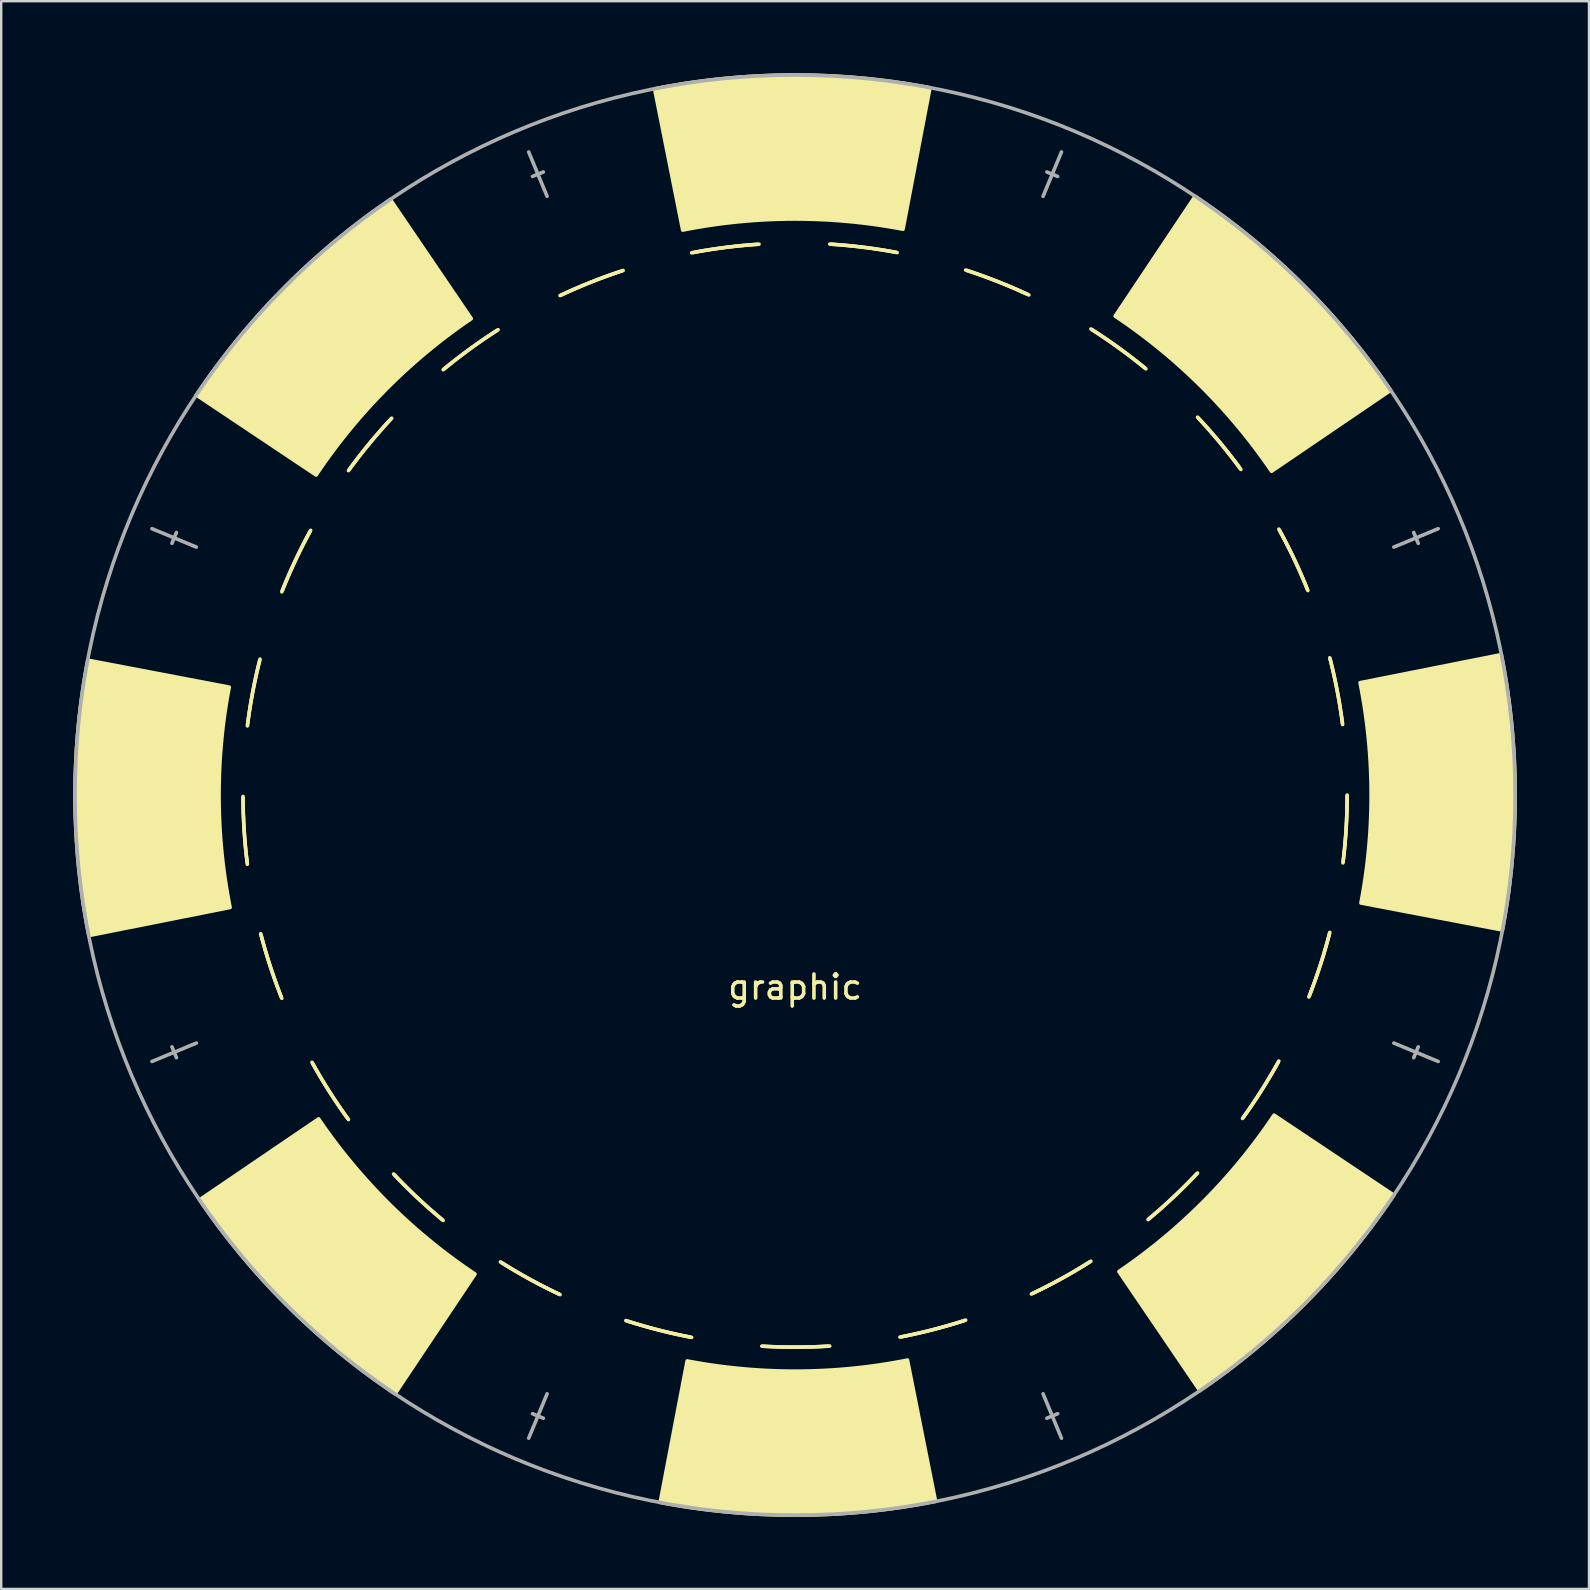
<source format=kicad_pcb>
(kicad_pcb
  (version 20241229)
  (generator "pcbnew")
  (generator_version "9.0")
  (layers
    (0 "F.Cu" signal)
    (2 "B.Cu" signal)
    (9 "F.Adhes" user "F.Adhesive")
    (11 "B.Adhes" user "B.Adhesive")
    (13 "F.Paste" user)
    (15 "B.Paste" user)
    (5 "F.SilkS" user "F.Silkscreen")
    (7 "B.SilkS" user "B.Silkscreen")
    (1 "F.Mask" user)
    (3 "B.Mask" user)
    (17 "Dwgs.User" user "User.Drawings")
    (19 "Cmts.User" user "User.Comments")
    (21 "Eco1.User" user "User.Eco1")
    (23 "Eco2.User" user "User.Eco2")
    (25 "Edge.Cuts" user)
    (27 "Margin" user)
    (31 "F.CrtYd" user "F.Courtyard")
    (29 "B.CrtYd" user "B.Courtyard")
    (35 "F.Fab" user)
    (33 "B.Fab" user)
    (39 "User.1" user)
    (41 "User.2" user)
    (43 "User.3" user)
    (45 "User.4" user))
  (footprint "graphic"
    (layer "F.Cu")
    (at 30.075 30.075)
    (property "Reference" "graphic" (at 0 8 0) (layer "F.SilkS") (effects (font (size 1 1) (thickness 0.15))))
    (attr through_hole)
    (fp_line (start -23 0.116) (end -23 0.058) (stroke (width 0.15) (type solid)) (layer "F.SilkS"))
    (fp_line (start -22.999 0.173) (end -23 0.116) (stroke (width 0.15) (type solid)) (layer "F.SilkS"))
    (fp_line (start -22.999 0.231) (end -22.999 0.173) (stroke (width 0.15) (type solid)) (layer "F.SilkS"))
    (fp_line (start -22.998 0.289) (end -22.999 0.231) (stroke (width 0.15) (type solid)) (layer "F.SilkS"))
    (fp_line (start -22.997 0.347) (end -22.998 0.289) (stroke (width 0.15) (type solid)) (layer "F.SilkS"))
    (fp_line (start -22.996 0.405) (end -22.997 0.347) (stroke (width 0.15) (type solid)) (layer "F.SilkS"))
    (fp_line (start -22.995 0.462) (end -22.996 0.405) (stroke (width 0.15) (type solid)) (layer "F.SilkS"))
    (fp_line (start -22.994 0.52) (end -22.995 0.462) (stroke (width 0.15) (type solid)) (layer "F.SilkS"))
    (fp_line (start -22.993 0.578) (end -22.994 0.52) (stroke (width 0.15) (type solid)) (layer "F.SilkS"))
    (fp_line (start -22.991 0.636) (end -22.993 0.578) (stroke (width 0.15) (type solid)) (layer "F.SilkS"))
    (fp_line (start -22.99 0.694) (end -22.991 0.636) (stroke (width 0.15) (type solid)) (layer "F.SilkS"))
    (fp_line (start -22.988 0.751) (end -22.99 0.694) (stroke (width 0.15) (type solid)) (layer "F.SilkS"))
    (fp_line (start -22.986 0.809) (end -22.988 0.751) (stroke (width 0.15) (type solid)) (layer "F.SilkS"))
    (fp_line (start -22.984 0.867) (end -22.986 0.809) (stroke (width 0.15) (type solid)) (layer "F.SilkS"))
    (fp_line (start -22.981 0.925) (end -22.984 0.867) (stroke (width 0.15) (type solid)) (layer "F.SilkS"))
    (fp_line (start -22.979 0.982) (end -22.981 0.925) (stroke (width 0.15) (type solid)) (layer "F.SilkS"))
    (fp_line (start -22.976 1.04) (end -22.979 0.982) (stroke (width 0.15) (type solid)) (layer "F.SilkS"))
    (fp_line (start -22.974 1.098) (end -22.976 1.04) (stroke (width 0.15) (type solid)) (layer "F.SilkS"))
    (fp_line (start -22.971 1.156) (end -22.974 1.098) (stroke (width 0.15) (type solid)) (layer "F.SilkS"))
    (fp_line (start -22.968 1.213) (end -22.971 1.156) (stroke (width 0.15) (type solid)) (layer "F.SilkS"))
    (fp_line (start -22.965 1.271) (end -22.968 1.213) (stroke (width 0.15) (type solid)) (layer "F.SilkS"))
    (fp_line (start -22.962 1.329) (end -22.965 1.271) (stroke (width 0.15) (type solid)) (layer "F.SilkS"))
    (fp_line (start -22.958 1.386) (end -22.962 1.329) (stroke (width 0.15) (type solid)) (layer "F.SilkS"))
    (fp_line (start -22.955 1.444) (end -22.958 1.386) (stroke (width 0.15) (type solid)) (layer "F.SilkS"))
    (fp_line (start -22.951 1.502) (end -22.955 1.444) (stroke (width 0.15) (type solid)) (layer "F.SilkS"))
    (fp_line (start -22.947 1.56) (end -22.951 1.502) (stroke (width 0.15) (type solid)) (layer "F.SilkS"))
    (fp_line (start -22.943 1.617) (end -22.947 1.56) (stroke (width 0.15) (type solid)) (layer "F.SilkS"))
    (fp_line (start -22.939 1.675) (end -22.943 1.617) (stroke (width 0.15) (type solid)) (layer "F.SilkS"))
    (fp_line (start -22.935 1.733) (end -22.939 1.675) (stroke (width 0.15) (type solid)) (layer "F.SilkS"))
    (fp_line (start -22.93 1.79) (end -22.935 1.733) (stroke (width 0.15) (type solid)) (layer "F.SilkS"))
    (fp_line (start -22.926 1.848) (end -22.93 1.79) (stroke (width 0.15) (type solid)) (layer "F.SilkS"))
    (fp_line (start -22.921 1.905) (end -22.926 1.848) (stroke (width 0.15) (type solid)) (layer "F.SilkS"))
    (fp_line (start -22.916 1.963) (end -22.921 1.905) (stroke (width 0.15) (type solid)) (layer "F.SilkS"))
    (fp_line (start -22.911 2.021) (end -22.916 1.963) (stroke (width 0.15) (type solid)) (layer "F.SilkS"))
    (fp_line (start -22.906 2.078) (end -22.911 2.021) (stroke (width 0.15) (type solid)) (layer "F.SilkS"))
    (fp_line (start -22.901 2.136) (end -22.906 2.078) (stroke (width 0.15) (type solid)) (layer "F.SilkS"))
    (fp_line (start -22.895 2.193) (end -22.901 2.136) (stroke (width 0.15) (type solid)) (layer "F.SilkS"))
    (fp_line (start -22.89 2.251) (end -22.895 2.193) (stroke (width 0.15) (type solid)) (layer "F.SilkS"))
    (fp_line (start -22.884 2.308) (end -22.89 2.251) (stroke (width 0.15) (type solid)) (layer "F.SilkS"))
    (fp_line (start -22.878 2.366) (end -22.884 2.308) (stroke (width 0.15) (type solid)) (layer "F.SilkS"))
    (fp_line (start -22.872 2.423) (end -22.878 2.366) (stroke (width 0.15) (type solid)) (layer "F.SilkS"))
    (fp_line (start -22.866 2.481) (end -22.872 2.423) (stroke (width 0.15) (type solid)) (layer "F.SilkS"))
    (fp_line (start -22.86 2.538) (end -22.866 2.481) (stroke (width 0.15) (type solid)) (layer "F.SilkS"))
    (fp_line (start -22.853 2.596) (end -22.86 2.538) (stroke (width 0.15) (type solid)) (layer "F.SilkS"))
    (fp_line (start -22.846 2.653) (end -22.853 2.596) (stroke (width 0.15) (type solid)) (layer "F.SilkS"))
    (fp_line (start -22.84 2.711) (end -22.846 2.653) (stroke (width 0.15) (type solid)) (layer "F.SilkS"))
    (fp_line (start -22.833 2.768) (end -22.84 2.711) (stroke (width 0.15) (type solid)) (layer "F.SilkS"))
    (fp_line (start -22.826 2.825) (end -22.833 2.768) (stroke (width 0.15) (type solid)) (layer "F.SilkS"))
    (fp_line (start -22.819 -2.883) (end -22.811 -2.94) (stroke (width 0.15) (type solid)) (layer "F.SilkS"))
    (fp_line (start -22.819 2.883) (end -22.826 2.825) (stroke (width 0.15) (type solid)) (layer "F.SilkS"))
    (fp_line (start -22.811 -2.94) (end -22.804 -2.997) (stroke (width 0.15) (type solid)) (layer "F.SilkS"))
    (fp_line (start -22.804 -2.997) (end -22.796 -3.055) (stroke (width 0.15) (type solid)) (layer "F.SilkS"))
    (fp_line (start -22.796 -3.055) (end -22.789 -3.112) (stroke (width 0.15) (type solid)) (layer "F.SilkS"))
    (fp_line (start -22.789 -3.112) (end -22.781 -3.169) (stroke (width 0.15) (type solid)) (layer "F.SilkS"))
    (fp_line (start -22.781 -3.169) (end -22.773 -3.226) (stroke (width 0.15) (type solid)) (layer "F.SilkS"))
    (fp_line (start -22.773 -3.226) (end -22.764 -3.284) (stroke (width 0.15) (type solid)) (layer "F.SilkS"))
    (fp_line (start -22.764 -3.284) (end -22.756 -3.341) (stroke (width 0.15) (type solid)) (layer "F.SilkS"))
    (fp_line (start -22.756 -3.341) (end -22.748 -3.398) (stroke (width 0.15) (type solid)) (layer "F.SilkS"))
    (fp_line (start -22.748 -3.398) (end -22.739 -3.455) (stroke (width 0.15) (type solid)) (layer "F.SilkS"))
    (fp_line (start -22.739 -3.455) (end -22.73 -3.512) (stroke (width 0.15) (type solid)) (layer "F.SilkS"))
    (fp_line (start -22.73 -3.512) (end -22.721 -3.569) (stroke (width 0.15) (type solid)) (layer "F.SilkS"))
    (fp_line (start -22.721 -3.569) (end -22.712 -3.627) (stroke (width 0.15) (type solid)) (layer "F.SilkS"))
    (fp_line (start -22.712 -3.627) (end -22.703 -3.684) (stroke (width 0.15) (type solid)) (layer "F.SilkS"))
    (fp_line (start -22.703 -3.684) (end -22.694 -3.741) (stroke (width 0.15) (type solid)) (layer "F.SilkS"))
    (fp_line (start -22.694 -3.741) (end -22.684 -3.798) (stroke (width 0.15) (type solid)) (layer "F.SilkS"))
    (fp_line (start -22.684 -3.798) (end -22.675 -3.855) (stroke (width 0.15) (type solid)) (layer "F.SilkS"))
    (fp_line (start -22.675 -3.855) (end -22.665 -3.912) (stroke (width 0.15) (type solid)) (layer "F.SilkS"))
    (fp_line (start -22.665 -3.912) (end -22.655 -3.969) (stroke (width 0.15) (type solid)) (layer "F.SilkS"))
    (fp_line (start -22.655 -3.969) (end -22.645 -4.026) (stroke (width 0.15) (type solid)) (layer "F.SilkS"))
    (fp_line (start -22.645 -4.026) (end -22.635 -4.082) (stroke (width 0.15) (type solid)) (layer "F.SilkS"))
    (fp_line (start -22.635 -4.082) (end -22.624 -4.139) (stroke (width 0.15) (type solid)) (layer "F.SilkS"))
    (fp_line (start -22.624 -4.139) (end -22.614 -4.196) (stroke (width 0.15) (type solid)) (layer "F.SilkS"))
    (fp_line (start -22.614 -4.196) (end -22.603 -4.253) (stroke (width 0.15) (type solid)) (layer "F.SilkS"))
    (fp_line (start -22.603 -4.253) (end -22.593 -4.31) (stroke (width 0.15) (type solid)) (layer "F.SilkS"))
    (fp_line (start -22.593 -4.31) (end -22.582 -4.367) (stroke (width 0.15) (type solid)) (layer "F.SilkS"))
    (fp_line (start -22.582 -4.367) (end -22.571 -4.423) (stroke (width 0.15) (type solid)) (layer "F.SilkS"))
    (fp_line (start -22.571 -4.423) (end -22.559 -4.48) (stroke (width 0.15) (type solid)) (layer "F.SilkS"))
    (fp_line (start -22.559 -4.48) (end -22.548 -4.537) (stroke (width 0.15) (type solid)) (layer "F.SilkS"))
    (fp_line (start -22.548 -4.537) (end -22.537 -4.593) (stroke (width 0.15) (type solid)) (layer "F.SilkS"))
    (fp_line (start -22.537 -4.593) (end -22.525 -4.65) (stroke (width 0.15) (type solid)) (layer "F.SilkS"))
    (fp_line (start -22.525 -4.65) (end -22.513 -4.707) (stroke (width 0.15) (type solid)) (layer "F.SilkS"))
    (fp_line (start -22.513 -4.707) (end -22.501 -4.763) (stroke (width 0.15) (type solid)) (layer "F.SilkS"))
    (fp_line (start -22.501 -4.763) (end -22.489 -4.82) (stroke (width 0.15) (type solid)) (layer "F.SilkS"))
    (fp_line (start -22.489 -4.82) (end -22.477 -4.876) (stroke (width 0.15) (type solid)) (layer "F.SilkS"))
    (fp_line (start -22.477 -4.876) (end -22.465 -4.933) (stroke (width 0.15) (type solid)) (layer "F.SilkS"))
    (fp_line (start -22.465 -4.933) (end -22.452 -4.989) (stroke (width 0.15) (type solid)) (layer "F.SilkS"))
    (fp_line (start -22.452 -4.989) (end -22.44 -5.045) (stroke (width 0.15) (type solid)) (layer "F.SilkS"))
    (fp_line (start -22.44 -5.045) (end -22.427 -5.102) (stroke (width 0.15) (type solid)) (layer "F.SilkS"))
    (fp_line (start -22.427 -5.102) (end -22.414 -5.158) (stroke (width 0.15) (type solid)) (layer "F.SilkS"))
    (fp_line (start -22.414 -5.158) (end -22.401 -5.215) (stroke (width 0.15) (type solid)) (layer "F.SilkS"))
    (fp_line (start -22.401 -5.215) (end -22.388 -5.271) (stroke (width 0.15) (type solid)) (layer "F.SilkS"))
    (fp_line (start -22.388 -5.271) (end -22.375 -5.327) (stroke (width 0.15) (type solid)) (layer "F.SilkS"))
    (fp_line (start -22.375 -5.327) (end -22.361 -5.383) (stroke (width 0.15) (type solid)) (layer "F.SilkS"))
    (fp_line (start -22.361 -5.383) (end -22.348 -5.439) (stroke (width 0.15) (type solid)) (layer "F.SilkS"))
    (fp_line (start -22.348 -5.439) (end -22.334 -5.496) (stroke (width 0.15) (type solid)) (layer "F.SilkS"))
    (fp_line (start -22.334 -5.496) (end -22.32 -5.552) (stroke (width 0.15) (type solid)) (layer "F.SilkS"))
    (fp_line (start -22.32 -5.552) (end -22.306 -5.608) (stroke (width 0.15) (type solid)) (layer "F.SilkS"))
    (fp_line (start -22.306 -5.608) (end -22.292 -5.664) (stroke (width 0.15) (type solid)) (layer "F.SilkS"))
    (fp_line (start -22.248 5.832) (end -22.263 5.776) (stroke (width 0.15) (type solid)) (layer "F.SilkS"))
    (fp_line (start -22.234 5.888) (end -22.248 5.832) (stroke (width 0.15) (type solid)) (layer "F.SilkS"))
    (fp_line (start -22.219 5.944) (end -22.234 5.888) (stroke (width 0.15) (type solid)) (layer "F.SilkS"))
    (fp_line (start -22.204 5.999) (end -22.219 5.944) (stroke (width 0.15) (type solid)) (layer "F.SilkS"))
    (fp_line (start -22.189 6.055) (end -22.204 5.999) (stroke (width 0.15) (type solid)) (layer "F.SilkS"))
    (fp_line (start -22.173 6.111) (end -22.189 6.055) (stroke (width 0.15) (type solid)) (layer "F.SilkS"))
    (fp_line (start -22.158 6.167) (end -22.173 6.111) (stroke (width 0.15) (type solid)) (layer "F.SilkS"))
    (fp_line (start -22.142 6.222) (end -22.158 6.167) (stroke (width 0.15) (type solid)) (layer "F.SilkS"))
    (fp_line (start -22.127 6.278) (end -22.142 6.222) (stroke (width 0.15) (type solid)) (layer "F.SilkS"))
    (fp_line (start -22.111 6.333) (end -22.127 6.278) (stroke (width 0.15) (type solid)) (layer "F.SilkS"))
    (fp_line (start -22.095 6.389) (end -22.111 6.333) (stroke (width 0.15) (type solid)) (layer "F.SilkS"))
    (fp_line (start -22.079 6.445) (end -22.095 6.389) (stroke (width 0.15) (type solid)) (layer "F.SilkS"))
    (fp_line (start -22.062 6.5) (end -22.079 6.445) (stroke (width 0.15) (type solid)) (layer "F.SilkS"))
    (fp_line (start -22.046 6.555) (end -22.062 6.5) (stroke (width 0.15) (type solid)) (layer "F.SilkS"))
    (fp_line (start -22.029 6.611) (end -22.046 6.555) (stroke (width 0.15) (type solid)) (layer "F.SilkS"))
    (fp_line (start -22.013 6.666) (end -22.029 6.611) (stroke (width 0.15) (type solid)) (layer "F.SilkS"))
    (fp_line (start -21.996 6.721) (end -22.013 6.666) (stroke (width 0.15) (type solid)) (layer "F.SilkS"))
    (fp_line (start -21.979 6.777) (end -21.996 6.721) (stroke (width 0.15) (type solid)) (layer "F.SilkS"))
    (fp_line (start -21.962 6.832) (end -21.979 6.777) (stroke (width 0.15) (type solid)) (layer "F.SilkS"))
    (fp_line (start -21.945 6.887) (end -21.962 6.832) (stroke (width 0.15) (type solid)) (layer "F.SilkS"))
    (fp_line (start -21.927 6.942) (end -21.945 6.887) (stroke (width 0.15) (type solid)) (layer "F.SilkS"))
    (fp_line (start -21.91 6.997) (end -21.927 6.942) (stroke (width 0.15) (type solid)) (layer "F.SilkS"))
    (fp_line (start -21.892 7.052) (end -21.91 6.997) (stroke (width 0.15) (type solid)) (layer "F.SilkS"))
    (fp_line (start -21.874 7.107) (end -21.892 7.052) (stroke (width 0.15) (type solid)) (layer "F.SilkS"))
    (fp_line (start -21.856 7.162) (end -21.874 7.107) (stroke (width 0.15) (type solid)) (layer "F.SilkS"))
    (fp_line (start -21.838 7.217) (end -21.856 7.162) (stroke (width 0.15) (type solid)) (layer "F.SilkS"))
    (fp_line (start -21.82 7.272) (end -21.838 7.217) (stroke (width 0.15) (type solid)) (layer "F.SilkS"))
    (fp_line (start -21.802 7.327) (end -21.82 7.272) (stroke (width 0.15) (type solid)) (layer "F.SilkS"))
    (fp_line (start -21.783 7.382) (end -21.802 7.327) (stroke (width 0.15) (type solid)) (layer "F.SilkS"))
    (fp_line (start -21.765 7.436) (end -21.783 7.382) (stroke (width 0.15) (type solid)) (layer "F.SilkS"))
    (fp_line (start -21.746 7.491) (end -21.765 7.436) (stroke (width 0.15) (type solid)) (layer "F.SilkS"))
    (fp_line (start -21.727 7.546) (end -21.746 7.491) (stroke (width 0.15) (type solid)) (layer "F.SilkS"))
    (fp_line (start -21.708 7.6) (end -21.727 7.546) (stroke (width 0.15) (type solid)) (layer "F.SilkS"))
    (fp_line (start -21.689 7.655) (end -21.708 7.6) (stroke (width 0.15) (type solid)) (layer "F.SilkS"))
    (fp_line (start -21.669 7.709) (end -21.689 7.655) (stroke (width 0.15) (type solid)) (layer "F.SilkS"))
    (fp_line (start -21.65 7.764) (end -21.669 7.709) (stroke (width 0.15) (type solid)) (layer "F.SilkS"))
    (fp_line (start -21.63 7.818) (end -21.65 7.764) (stroke (width 0.15) (type solid)) (layer "F.SilkS"))
    (fp_line (start -21.611 7.872) (end -21.63 7.818) (stroke (width 0.15) (type solid)) (layer "F.SilkS"))
    (fp_line (start -21.591 7.927) (end -21.611 7.872) (stroke (width 0.15) (type solid)) (layer "F.SilkS"))
    (fp_line (start -21.571 7.981) (end -21.591 7.927) (stroke (width 0.15) (type solid)) (layer "F.SilkS"))
    (fp_line (start -21.551 8.035) (end -21.571 7.981) (stroke (width 0.15) (type solid)) (layer "F.SilkS"))
    (fp_line (start -21.53 8.089) (end -21.551 8.035) (stroke (width 0.15) (type solid)) (layer "F.SilkS"))
    (fp_line (start -21.51 8.143) (end -21.53 8.089) (stroke (width 0.15) (type solid)) (layer "F.SilkS"))
    (fp_line (start -21.49 8.197) (end -21.51 8.143) (stroke (width 0.15) (type solid)) (layer "F.SilkS"))
    (fp_line (start -21.469 8.251) (end -21.49 8.197) (stroke (width 0.15) (type solid)) (layer "F.SilkS"))
    (fp_line (start -21.448 8.305) (end -21.469 8.251) (stroke (width 0.15) (type solid)) (layer "F.SilkS"))
    (fp_line (start -21.427 8.359) (end -21.448 8.305) (stroke (width 0.15) (type solid)) (layer "F.SilkS"))
    (fp_line (start -21.406 8.413) (end -21.427 8.359) (stroke (width 0.15) (type solid)) (layer "F.SilkS"))
    (fp_line (start -21.385 -8.467) (end -21.364 -8.521) (stroke (width 0.15) (type solid)) (layer "F.SilkS"))
    (fp_line (start -21.385 8.467) (end -21.406 8.413) (stroke (width 0.15) (type solid)) (layer "F.SilkS"))
    (fp_line (start -21.364 -8.521) (end -21.342 -8.574) (stroke (width 0.15) (type solid)) (layer "F.SilkS"))
    (fp_line (start -21.342 -8.574) (end -21.32 -8.628) (stroke (width 0.15) (type solid)) (layer "F.SilkS"))
    (fp_line (start -21.32 -8.628) (end -21.299 -8.681) (stroke (width 0.15) (type solid)) (layer "F.SilkS"))
    (fp_line (start -21.299 -8.681) (end -21.277 -8.735) (stroke (width 0.15) (type solid)) (layer "F.SilkS"))
    (fp_line (start -21.277 -8.735) (end -21.255 -8.788) (stroke (width 0.15) (type solid)) (layer "F.SilkS"))
    (fp_line (start -21.255 -8.788) (end -21.233 -8.842) (stroke (width 0.15) (type solid)) (layer "F.SilkS"))
    (fp_line (start -21.233 -8.842) (end -21.21 -8.895) (stroke (width 0.15) (type solid)) (layer "F.SilkS"))
    (fp_line (start -21.21 -8.895) (end -21.188 -8.948) (stroke (width 0.15) (type solid)) (layer "F.SilkS"))
    (fp_line (start -21.188 -8.948) (end -21.165 -9.002) (stroke (width 0.15) (type solid)) (layer "F.SilkS"))
    (fp_line (start -21.165 -9.002) (end -21.143 -9.055) (stroke (width 0.15) (type solid)) (layer "F.SilkS"))
    (fp_line (start -21.143 -9.055) (end -21.12 -9.108) (stroke (width 0.15) (type solid)) (layer "F.SilkS"))
    (fp_line (start -21.12 -9.108) (end -21.097 -9.161) (stroke (width 0.15) (type solid)) (layer "F.SilkS"))
    (fp_line (start -21.097 -9.161) (end -21.074 -9.214) (stroke (width 0.15) (type solid)) (layer "F.SilkS"))
    (fp_line (start -21.074 -9.214) (end -21.051 -9.267) (stroke (width 0.15) (type solid)) (layer "F.SilkS"))
    (fp_line (start -21.051 -9.267) (end -21.027 -9.32) (stroke (width 0.15) (type solid)) (layer "F.SilkS"))
    (fp_line (start -21.027 -9.32) (end -21.004 -9.373) (stroke (width 0.15) (type solid)) (layer "F.SilkS"))
    (fp_line (start -21.004 -9.373) (end -20.98 -9.425) (stroke (width 0.15) (type solid)) (layer "F.SilkS"))
    (fp_line (start -20.98 -9.425) (end -20.956 -9.478) (stroke (width 0.15) (type solid)) (layer "F.SilkS"))
    (fp_line (start -20.956 -9.478) (end -20.932 -9.531) (stroke (width 0.15) (type solid)) (layer "F.SilkS"))
    (fp_line (start -20.932 -9.531) (end -20.908 -9.583) (stroke (width 0.15) (type solid)) (layer "F.SilkS"))
    (fp_line (start -20.908 -9.583) (end -20.884 -9.636) (stroke (width 0.15) (type solid)) (layer "F.SilkS"))
    (fp_line (start -20.884 -9.636) (end -20.86 -9.688) (stroke (width 0.15) (type solid)) (layer "F.SilkS"))
    (fp_line (start -20.86 -9.688) (end -20.836 -9.741) (stroke (width 0.15) (type solid)) (layer "F.SilkS"))
    (fp_line (start -20.836 -9.741) (end -20.811 -9.793) (stroke (width 0.15) (type solid)) (layer "F.SilkS"))
    (fp_line (start -20.811 -9.793) (end -20.786 -9.845) (stroke (width 0.15) (type solid)) (layer "F.SilkS"))
    (fp_line (start -20.786 -9.845) (end -20.762 -9.897) (stroke (width 0.15) (type solid)) (layer "F.SilkS"))
    (fp_line (start -20.762 -9.897) (end -20.737 -9.95) (stroke (width 0.15) (type solid)) (layer "F.SilkS"))
    (fp_line (start -20.737 -9.95) (end -20.712 -10.002) (stroke (width 0.15) (type solid)) (layer "F.SilkS"))
    (fp_line (start -20.712 -10.002) (end -20.686 -10.054) (stroke (width 0.15) (type solid)) (layer "F.SilkS"))
    (fp_line (start -20.686 -10.054) (end -20.661 -10.106) (stroke (width 0.15) (type solid)) (layer "F.SilkS"))
    (fp_line (start -20.661 -10.106) (end -20.636 -10.158) (stroke (width 0.15) (type solid)) (layer "F.SilkS"))
    (fp_line (start -20.636 -10.158) (end -20.61 -10.209) (stroke (width 0.15) (type solid)) (layer "F.SilkS"))
    (fp_line (start -20.61 -10.209) (end -20.584 -10.261) (stroke (width 0.15) (type solid)) (layer "F.SilkS"))
    (fp_line (start -20.584 -10.261) (end -20.558 -10.313) (stroke (width 0.15) (type solid)) (layer "F.SilkS"))
    (fp_line (start -20.558 -10.313) (end -20.532 -10.364) (stroke (width 0.15) (type solid)) (layer "F.SilkS"))
    (fp_line (start -20.532 -10.364) (end -20.506 -10.416) (stroke (width 0.15) (type solid)) (layer "F.SilkS"))
    (fp_line (start -20.506 -10.416) (end -20.48 -10.468) (stroke (width 0.15) (type solid)) (layer "F.SilkS"))
    (fp_line (start -20.48 -10.468) (end -20.454 -10.519) (stroke (width 0.15) (type solid)) (layer "F.SilkS"))
    (fp_line (start -20.454 -10.519) (end -20.427 -10.57) (stroke (width 0.15) (type solid)) (layer "F.SilkS"))
    (fp_line (start -20.427 -10.57) (end -20.401 -10.622) (stroke (width 0.15) (type solid)) (layer "F.SilkS"))
    (fp_line (start -20.401 -10.622) (end -20.374 -10.673) (stroke (width 0.15) (type solid)) (layer "F.SilkS"))
    (fp_line (start -20.374 -10.673) (end -20.347 -10.724) (stroke (width 0.15) (type solid)) (layer "F.SilkS"))
    (fp_line (start -20.347 -10.724) (end -20.32 -10.775) (stroke (width 0.15) (type solid)) (layer "F.SilkS"))
    (fp_line (start -20.32 -10.775) (end -20.293 -10.826) (stroke (width 0.15) (type solid)) (layer "F.SilkS"))
    (fp_line (start -20.293 -10.826) (end -20.265 -10.877) (stroke (width 0.15) (type solid)) (layer "F.SilkS"))
    (fp_line (start -20.265 -10.877) (end -20.238 -10.928) (stroke (width 0.15) (type solid)) (layer "F.SilkS"))
    (fp_line (start -20.238 -10.928) (end -20.21 -10.979) (stroke (width 0.15) (type solid)) (layer "F.SilkS"))
    (fp_line (start -20.21 -10.979) (end -20.183 -11.03) (stroke (width 0.15) (type solid)) (layer "F.SilkS"))
    (fp_line (start -20.099 11.182) (end -20.127 11.131) (stroke (width 0.15) (type solid)) (layer "F.SilkS"))
    (fp_line (start -20.071 11.232) (end -20.099 11.182) (stroke (width 0.15) (type solid)) (layer "F.SilkS"))
    (fp_line (start -20.043 11.282) (end -20.071 11.232) (stroke (width 0.15) (type solid)) (layer "F.SilkS"))
    (fp_line (start -20.014 11.333) (end -20.043 11.282) (stroke (width 0.15) (type solid)) (layer "F.SilkS"))
    (fp_line (start -19.986 11.383) (end -20.014 11.333) (stroke (width 0.15) (type solid)) (layer "F.SilkS"))
    (fp_line (start -19.957 11.433) (end -19.986 11.383) (stroke (width 0.15) (type solid)) (layer "F.SilkS"))
    (fp_line (start -19.928 11.483) (end -19.957 11.433) (stroke (width 0.15) (type solid)) (layer "F.SilkS"))
    (fp_line (start -19.899 11.533) (end -19.928 11.483) (stroke (width 0.15) (type solid)) (layer "F.SilkS"))
    (fp_line (start -19.87 11.583) (end -19.899 11.533) (stroke (width 0.15) (type solid)) (layer "F.SilkS"))
    (fp_line (start -19.841 11.633) (end -19.87 11.583) (stroke (width 0.15) (type solid)) (layer "F.SilkS"))
    (fp_line (start -19.812 11.683) (end -19.841 11.633) (stroke (width 0.15) (type solid)) (layer "F.SilkS"))
    (fp_line (start -19.782 11.733) (end -19.812 11.683) (stroke (width 0.15) (type solid)) (layer "F.SilkS"))
    (fp_line (start -19.753 11.783) (end -19.782 11.733) (stroke (width 0.15) (type solid)) (layer "F.SilkS"))
    (fp_line (start -19.723 11.832) (end -19.753 11.783) (stroke (width 0.15) (type solid)) (layer "F.SilkS"))
    (fp_line (start -19.693 11.882) (end -19.723 11.832) (stroke (width 0.15) (type solid)) (layer "F.SilkS"))
    (fp_line (start -19.663 11.931) (end -19.693 11.882) (stroke (width 0.15) (type solid)) (layer "F.SilkS"))
    (fp_line (start -19.633 11.98) (end -19.663 11.931) (stroke (width 0.15) (type solid)) (layer "F.SilkS"))
    (fp_line (start -19.603 12.03) (end -19.633 11.98) (stroke (width 0.15) (type solid)) (layer "F.SilkS"))
    (fp_line (start -19.573 12.079) (end -19.603 12.03) (stroke (width 0.15) (type solid)) (layer "F.SilkS"))
    (fp_line (start -19.542 12.128) (end -19.573 12.079) (stroke (width 0.15) (type solid)) (layer "F.SilkS"))
    (fp_line (start -19.512 12.177) (end -19.542 12.128) (stroke (width 0.15) (type solid)) (layer "F.SilkS"))
    (fp_line (start -19.481 12.226) (end -19.512 12.177) (stroke (width 0.15) (type solid)) (layer "F.SilkS"))
    (fp_line (start -19.45 12.275) (end -19.481 12.226) (stroke (width 0.15) (type solid)) (layer "F.SilkS"))
    (fp_line (start -19.42 12.324) (end -19.45 12.275) (stroke (width 0.15) (type solid)) (layer "F.SilkS"))
    (fp_line (start -19.389 12.373) (end -19.42 12.324) (stroke (width 0.15) (type solid)) (layer "F.SilkS"))
    (fp_line (start -19.357 12.421) (end -19.389 12.373) (stroke (width 0.15) (type solid)) (layer "F.SilkS"))
    (fp_line (start -19.326 12.47) (end -19.357 12.421) (stroke (width 0.15) (type solid)) (layer "F.SilkS"))
    (fp_line (start -19.295 12.519) (end -19.326 12.47) (stroke (width 0.15) (type solid)) (layer "F.SilkS"))
    (fp_line (start -19.263 12.567) (end -19.295 12.519) (stroke (width 0.15) (type solid)) (layer "F.SilkS"))
    (fp_line (start -19.232 12.615) (end -19.263 12.567) (stroke (width 0.15) (type solid)) (layer "F.SilkS"))
    (fp_line (start -19.2 12.664) (end -19.232 12.615) (stroke (width 0.15) (type solid)) (layer "F.SilkS"))
    (fp_line (start -19.168 12.712) (end -19.2 12.664) (stroke (width 0.15) (type solid)) (layer "F.SilkS"))
    (fp_line (start -19.136 12.76) (end -19.168 12.712) (stroke (width 0.15) (type solid)) (layer "F.SilkS"))
    (fp_line (start -19.104 12.808) (end -19.136 12.76) (stroke (width 0.15) (type solid)) (layer "F.SilkS"))
    (fp_line (start -19.071 12.856) (end -19.104 12.808) (stroke (width 0.15) (type solid)) (layer "F.SilkS"))
    (fp_line (start -19.039 12.904) (end -19.071 12.856) (stroke (width 0.15) (type solid)) (layer "F.SilkS"))
    (fp_line (start -19.007 12.952) (end -19.039 12.904) (stroke (width 0.15) (type solid)) (layer "F.SilkS"))
    (fp_line (start -18.974 13) (end -19.007 12.952) (stroke (width 0.15) (type solid)) (layer "F.SilkS"))
    (fp_line (start -18.941 13.047) (end -18.974 13) (stroke (width 0.15) (type solid)) (layer "F.SilkS"))
    (fp_line (start -18.908 13.095) (end -18.941 13.047) (stroke (width 0.15) (type solid)) (layer "F.SilkS"))
    (fp_line (start -18.875 13.142) (end -18.908 13.095) (stroke (width 0.15) (type solid)) (layer "F.SilkS"))
    (fp_line (start -18.842 13.19) (end -18.875 13.142) (stroke (width 0.15) (type solid)) (layer "F.SilkS"))
    (fp_line (start -18.809 13.237) (end -18.842 13.19) (stroke (width 0.15) (type solid)) (layer "F.SilkS"))
    (fp_line (start -18.776 13.284) (end -18.809 13.237) (stroke (width 0.15) (type solid)) (layer "F.SilkS"))
    (fp_line (start -18.742 13.331) (end -18.776 13.284) (stroke (width 0.15) (type solid)) (layer "F.SilkS"))
    (fp_line (start -18.709 13.378) (end -18.742 13.331) (stroke (width 0.15) (type solid)) (layer "F.SilkS"))
    (fp_line (start -18.675 13.425) (end -18.709 13.378) (stroke (width 0.15) (type solid)) (layer "F.SilkS"))
    (fp_line (start -18.641 13.472) (end -18.675 13.425) (stroke (width 0.15) (type solid)) (layer "F.SilkS"))
    (fp_line (start -18.607 -13.519) (end -18.573 -13.566) (stroke (width 0.15) (type solid)) (layer "F.SilkS"))
    (fp_line (start -18.607 13.519) (end -18.641 13.472) (stroke (width 0.15) (type solid)) (layer "F.SilkS"))
    (fp_line (start -18.573 -13.566) (end -18.539 -13.612) (stroke (width 0.15) (type solid)) (layer "F.SilkS"))
    (fp_line (start -18.539 -13.612) (end -18.505 -13.659) (stroke (width 0.15) (type solid)) (layer "F.SilkS"))
    (fp_line (start -18.505 -13.659) (end -18.471 -13.705) (stroke (width 0.15) (type solid)) (layer "F.SilkS"))
    (fp_line (start -18.471 -13.705) (end -18.436 -13.752) (stroke (width 0.15) (type solid)) (layer "F.SilkS"))
    (fp_line (start -18.436 -13.752) (end -18.401 -13.798) (stroke (width 0.15) (type solid)) (layer "F.SilkS"))
    (fp_line (start -18.401 -13.798) (end -18.367 -13.844) (stroke (width 0.15) (type solid)) (layer "F.SilkS"))
    (fp_line (start -18.367 -13.844) (end -18.332 -13.89) (stroke (width 0.15) (type solid)) (layer "F.SilkS"))
    (fp_line (start -18.332 -13.89) (end -18.297 -13.936) (stroke (width 0.15) (type solid)) (layer "F.SilkS"))
    (fp_line (start -18.297 -13.936) (end -18.262 -13.982) (stroke (width 0.15) (type solid)) (layer "F.SilkS"))
    (fp_line (start -18.262 -13.982) (end -18.227 -14.028) (stroke (width 0.15) (type solid)) (layer "F.SilkS"))
    (fp_line (start -18.227 -14.028) (end -18.191 -14.074) (stroke (width 0.15) (type solid)) (layer "F.SilkS"))
    (fp_line (start -18.191 -14.074) (end -18.156 -14.12) (stroke (width 0.15) (type solid)) (layer "F.SilkS"))
    (fp_line (start -18.156 -14.12) (end -18.12 -14.165) (stroke (width 0.15) (type solid)) (layer "F.SilkS"))
    (fp_line (start -18.12 -14.165) (end -18.085 -14.211) (stroke (width 0.15) (type solid)) (layer "F.SilkS"))
    (fp_line (start -18.085 -14.211) (end -18.049 -14.256) (stroke (width 0.15) (type solid)) (layer "F.SilkS"))
    (fp_line (start -18.049 -14.256) (end -18.013 -14.301) (stroke (width 0.15) (type solid)) (layer "F.SilkS"))
    (fp_line (start -18.013 -14.301) (end -17.977 -14.347) (stroke (width 0.15) (type solid)) (layer "F.SilkS"))
    (fp_line (start -17.977 -14.347) (end -17.941 -14.392) (stroke (width 0.15) (type solid)) (layer "F.SilkS"))
    (fp_line (start -17.941 -14.392) (end -17.905 -14.437) (stroke (width 0.15) (type solid)) (layer "F.SilkS"))
    (fp_line (start -17.905 -14.437) (end -17.868 -14.482) (stroke (width 0.15) (type solid)) (layer "F.SilkS"))
    (fp_line (start -17.868 -14.482) (end -17.832 -14.527) (stroke (width 0.15) (type solid)) (layer "F.SilkS"))
    (fp_line (start -17.832 -14.527) (end -17.795 -14.571) (stroke (width 0.15) (type solid)) (layer "F.SilkS"))
    (fp_line (start -17.795 -14.571) (end -17.759 -14.616) (stroke (width 0.15) (type solid)) (layer "F.SilkS"))
    (fp_line (start -17.759 -14.616) (end -17.722 -14.661) (stroke (width 0.15) (type solid)) (layer "F.SilkS"))
    (fp_line (start -17.722 -14.661) (end -17.685 -14.705) (stroke (width 0.15) (type solid)) (layer "F.SilkS"))
    (fp_line (start -17.685 -14.705) (end -17.648 -14.75) (stroke (width 0.15) (type solid)) (layer "F.SilkS"))
    (fp_line (start -17.648 -14.75) (end -17.611 -14.794) (stroke (width 0.15) (type solid)) (layer "F.SilkS"))
    (fp_line (start -17.611 -14.794) (end -17.574 -14.838) (stroke (width 0.15) (type solid)) (layer "F.SilkS"))
    (fp_line (start -17.574 -14.838) (end -17.536 -14.882) (stroke (width 0.15) (type solid)) (layer "F.SilkS"))
    (fp_line (start -17.536 -14.882) (end -17.499 -14.926) (stroke (width 0.15) (type solid)) (layer "F.SilkS"))
    (fp_line (start -17.499 -14.926) (end -17.461 -14.97) (stroke (width 0.15) (type solid)) (layer "F.SilkS"))
    (fp_line (start -17.461 -14.97) (end -17.423 -15.014) (stroke (width 0.15) (type solid)) (layer "F.SilkS"))
    (fp_line (start -17.423 -15.014) (end -17.386 -15.058) (stroke (width 0.15) (type solid)) (layer "F.SilkS"))
    (fp_line (start -17.386 -15.058) (end -17.348 -15.101) (stroke (width 0.15) (type solid)) (layer "F.SilkS"))
    (fp_line (start -17.348 -15.101) (end -17.31 -15.145) (stroke (width 0.15) (type solid)) (layer "F.SilkS"))
    (fp_line (start -17.31 -15.145) (end -17.272 -15.188) (stroke (width 0.15) (type solid)) (layer "F.SilkS"))
    (fp_line (start -17.272 -15.188) (end -17.233 -15.232) (stroke (width 0.15) (type solid)) (layer "F.SilkS"))
    (fp_line (start -17.233 -15.232) (end -17.195 -15.275) (stroke (width 0.15) (type solid)) (layer "F.SilkS"))
    (fp_line (start -17.195 -15.275) (end -17.157 -15.318) (stroke (width 0.15) (type solid)) (layer "F.SilkS"))
    (fp_line (start -17.157 -15.318) (end -17.118 -15.361) (stroke (width 0.15) (type solid)) (layer "F.SilkS"))
    (fp_line (start -17.118 -15.361) (end -17.079 -15.404) (stroke (width 0.15) (type solid)) (layer "F.SilkS"))
    (fp_line (start -17.079 -15.404) (end -17.041 -15.447) (stroke (width 0.15) (type solid)) (layer "F.SilkS"))
    (fp_line (start -17.041 -15.447) (end -17.002 -15.49) (stroke (width 0.15) (type solid)) (layer "F.SilkS"))
    (fp_line (start -17.002 -15.49) (end -16.963 -15.533) (stroke (width 0.15) (type solid)) (layer "F.SilkS"))
    (fp_line (start -16.963 -15.533) (end -16.924 -15.575) (stroke (width 0.15) (type solid)) (layer "F.SilkS"))
    (fp_line (start -16.924 -15.575) (end -16.885 -15.618) (stroke (width 0.15) (type solid)) (layer "F.SilkS"))
    (fp_line (start -16.885 -15.618) (end -16.845 -15.66) (stroke (width 0.15) (type solid)) (layer "F.SilkS"))
    (fp_line (start -16.845 -15.66) (end -16.806 -15.702) (stroke (width 0.15) (type solid)) (layer "F.SilkS"))
    (fp_line (start -16.687 15.829) (end -16.727 15.787) (stroke (width 0.15) (type solid)) (layer "F.SilkS"))
    (fp_line (start -16.647 15.871) (end -16.687 15.829) (stroke (width 0.15) (type solid)) (layer "F.SilkS"))
    (fp_line (start -16.607 15.912) (end -16.647 15.871) (stroke (width 0.15) (type solid)) (layer "F.SilkS"))
    (fp_line (start -16.567 15.954) (end -16.607 15.912) (stroke (width 0.15) (type solid)) (layer "F.SilkS"))
    (fp_line (start -16.527 15.996) (end -16.567 15.954) (stroke (width 0.15) (type solid)) (layer "F.SilkS"))
    (fp_line (start -16.487 16.037) (end -16.527 15.996) (stroke (width 0.15) (type solid)) (layer "F.SilkS"))
    (fp_line (start -16.446 16.078) (end -16.487 16.037) (stroke (width 0.15) (type solid)) (layer "F.SilkS"))
    (fp_line (start -16.406 16.12) (end -16.446 16.078) (stroke (width 0.15) (type solid)) (layer "F.SilkS"))
    (fp_line (start -16.365 16.161) (end -16.406 16.12) (stroke (width 0.15) (type solid)) (layer "F.SilkS"))
    (fp_line (start -16.325 16.202) (end -16.365 16.161) (stroke (width 0.15) (type solid)) (layer "F.SilkS"))
    (fp_line (start -16.284 16.243) (end -16.325 16.202) (stroke (width 0.15) (type solid)) (layer "F.SilkS"))
    (fp_line (start -16.243 16.284) (end -16.284 16.243) (stroke (width 0.15) (type solid)) (layer "F.SilkS"))
    (fp_line (start -16.202 16.325) (end -16.243 16.284) (stroke (width 0.15) (type solid)) (layer "F.SilkS"))
    (fp_line (start -16.161 16.365) (end -16.202 16.325) (stroke (width 0.15) (type solid)) (layer "F.SilkS"))
    (fp_line (start -16.12 16.406) (end -16.161 16.365) (stroke (width 0.15) (type solid)) (layer "F.SilkS"))
    (fp_line (start -16.078 16.446) (end -16.12 16.406) (stroke (width 0.15) (type solid)) (layer "F.SilkS"))
    (fp_line (start -16.037 16.487) (end -16.078 16.446) (stroke (width 0.15) (type solid)) (layer "F.SilkS"))
    (fp_line (start -15.996 16.527) (end -16.037 16.487) (stroke (width 0.15) (type solid)) (layer "F.SilkS"))
    (fp_line (start -15.954 16.567) (end -15.996 16.527) (stroke (width 0.15) (type solid)) (layer "F.SilkS"))
    (fp_line (start -15.912 16.607) (end -15.954 16.567) (stroke (width 0.15) (type solid)) (layer "F.SilkS"))
    (fp_line (start -15.871 16.647) (end -15.912 16.607) (stroke (width 0.15) (type solid)) (layer "F.SilkS"))
    (fp_line (start -15.829 16.687) (end -15.871 16.647) (stroke (width 0.15) (type solid)) (layer "F.SilkS"))
    (fp_line (start -15.787 16.727) (end -15.829 16.687) (stroke (width 0.15) (type solid)) (layer "F.SilkS"))
    (fp_line (start -15.745 16.766) (end -15.787 16.727) (stroke (width 0.15) (type solid)) (layer "F.SilkS"))
    (fp_line (start -15.702 16.806) (end -15.745 16.766) (stroke (width 0.15) (type solid)) (layer "F.SilkS"))
    (fp_line (start -15.66 16.845) (end -15.702 16.806) (stroke (width 0.15) (type solid)) (layer "F.SilkS"))
    (fp_line (start -15.618 16.885) (end -15.66 16.845) (stroke (width 0.15) (type solid)) (layer "F.SilkS"))
    (fp_line (start -15.575 16.924) (end -15.618 16.885) (stroke (width 0.15) (type solid)) (layer "F.SilkS"))
    (fp_line (start -15.533 16.963) (end -15.575 16.924) (stroke (width 0.15) (type solid)) (layer "F.SilkS"))
    (fp_line (start -15.49 17.002) (end -15.533 16.963) (stroke (width 0.15) (type solid)) (layer "F.SilkS"))
    (fp_line (start -15.447 17.041) (end -15.49 17.002) (stroke (width 0.15) (type solid)) (layer "F.SilkS"))
    (fp_line (start -15.404 17.079) (end -15.447 17.041) (stroke (width 0.15) (type solid)) (layer "F.SilkS"))
    (fp_line (start -15.361 17.118) (end -15.404 17.079) (stroke (width 0.15) (type solid)) (layer "F.SilkS"))
    (fp_line (start -15.318 17.157) (end -15.361 17.118) (stroke (width 0.15) (type solid)) (layer "F.SilkS"))
    (fp_line (start -15.275 17.195) (end -15.318 17.157) (stroke (width 0.15) (type solid)) (layer "F.SilkS"))
    (fp_line (start -15.232 17.233) (end -15.275 17.195) (stroke (width 0.15) (type solid)) (layer "F.SilkS"))
    (fp_line (start -15.188 17.272) (end -15.232 17.233) (stroke (width 0.15) (type solid)) (layer "F.SilkS"))
    (fp_line (start -15.145 17.31) (end -15.188 17.272) (stroke (width 0.15) (type solid)) (layer "F.SilkS"))
    (fp_line (start -15.101 17.348) (end -15.145 17.31) (stroke (width 0.15) (type solid)) (layer "F.SilkS"))
    (fp_line (start -15.058 17.386) (end -15.101 17.348) (stroke (width 0.15) (type solid)) (layer "F.SilkS"))
    (fp_line (start -15.014 17.423) (end -15.058 17.386) (stroke (width 0.15) (type solid)) (layer "F.SilkS"))
    (fp_line (start -14.97 17.461) (end -15.014 17.423) (stroke (width 0.15) (type solid)) (layer "F.SilkS"))
    (fp_line (start -14.926 17.499) (end -14.97 17.461) (stroke (width 0.15) (type solid)) (layer "F.SilkS"))
    (fp_line (start -14.882 17.536) (end -14.926 17.499) (stroke (width 0.15) (type solid)) (layer "F.SilkS"))
    (fp_line (start -14.838 17.574) (end -14.882 17.536) (stroke (width 0.15) (type solid)) (layer "F.SilkS"))
    (fp_line (start -14.794 17.611) (end -14.838 17.574) (stroke (width 0.15) (type solid)) (layer "F.SilkS"))
    (fp_line (start -14.75 17.648) (end -14.794 17.611) (stroke (width 0.15) (type solid)) (layer "F.SilkS"))
    (fp_line (start -14.705 17.685) (end -14.75 17.648) (stroke (width 0.15) (type solid)) (layer "F.SilkS"))
    (fp_line (start -14.661 -17.722) (end -14.616 -17.759) (stroke (width 0.15) (type solid)) (layer "F.SilkS"))
    (fp_line (start -14.661 17.722) (end -14.705 17.685) (stroke (width 0.15) (type solid)) (layer "F.SilkS"))
    (fp_line (start -14.616 -17.759) (end -14.571 -17.795) (stroke (width 0.15) (type solid)) (layer "F.SilkS"))
    (fp_line (start -14.571 -17.795) (end -14.527 -17.832) (stroke (width 0.15) (type solid)) (layer "F.SilkS"))
    (fp_line (start -14.527 -17.832) (end -14.482 -17.868) (stroke (width 0.15) (type solid)) (layer "F.SilkS"))
    (fp_line (start -14.482 -17.868) (end -14.437 -17.905) (stroke (width 0.15) (type solid)) (layer "F.SilkS"))
    (fp_line (start -14.437 -17.905) (end -14.392 -17.941) (stroke (width 0.15) (type solid)) (layer "F.SilkS"))
    (fp_line (start -14.392 -17.941) (end -14.347 -17.977) (stroke (width 0.15) (type solid)) (layer "F.SilkS"))
    (fp_line (start -14.347 -17.977) (end -14.301 -18.013) (stroke (width 0.15) (type solid)) (layer "F.SilkS"))
    (fp_line (start -14.301 -18.013) (end -14.256 -18.049) (stroke (width 0.15) (type solid)) (layer "F.SilkS"))
    (fp_line (start -14.256 -18.049) (end -14.211 -18.085) (stroke (width 0.15) (type solid)) (layer "F.SilkS"))
    (fp_line (start -14.211 -18.085) (end -14.165 -18.12) (stroke (width 0.15) (type solid)) (layer "F.SilkS"))
    (fp_line (start -14.165 -18.12) (end -14.12 -18.156) (stroke (width 0.15) (type solid)) (layer "F.SilkS"))
    (fp_line (start -14.12 -18.156) (end -14.074 -18.191) (stroke (width 0.15) (type solid)) (layer "F.SilkS"))
    (fp_line (start -14.074 -18.191) (end -14.028 -18.227) (stroke (width 0.15) (type solid)) (layer "F.SilkS"))
    (fp_line (start -14.028 -18.227) (end -13.982 -18.262) (stroke (width 0.15) (type solid)) (layer "F.SilkS"))
    (fp_line (start -13.982 -18.262) (end -13.936 -18.297) (stroke (width 0.15) (type solid)) (layer "F.SilkS"))
    (fp_line (start -13.936 -18.297) (end -13.89 -18.332) (stroke (width 0.15) (type solid)) (layer "F.SilkS"))
    (fp_line (start -13.89 -18.332) (end -13.844 -18.367) (stroke (width 0.15) (type solid)) (layer "F.SilkS"))
    (fp_line (start -13.844 -18.367) (end -13.798 -18.401) (stroke (width 0.15) (type solid)) (layer "F.SilkS"))
    (fp_line (start -13.798 -18.401) (end -13.752 -18.436) (stroke (width 0.15) (type solid)) (layer "F.SilkS"))
    (fp_line (start -13.752 -18.436) (end -13.705 -18.471) (stroke (width 0.15) (type solid)) (layer "F.SilkS"))
    (fp_line (start -13.705 -18.471) (end -13.659 -18.505) (stroke (width 0.15) (type solid)) (layer "F.SilkS"))
    (fp_line (start -13.659 -18.505) (end -13.612 -18.539) (stroke (width 0.15) (type solid)) (layer "F.SilkS"))
    (fp_line (start -13.612 -18.539) (end -13.566 -18.573) (stroke (width 0.15) (type solid)) (layer "F.SilkS"))
    (fp_line (start -13.566 -18.573) (end -13.519 -18.607) (stroke (width 0.15) (type solid)) (layer "F.SilkS"))
    (fp_line (start -13.519 -18.607) (end -13.472 -18.641) (stroke (width 0.15) (type solid)) (layer "F.SilkS"))
    (fp_line (start -13.472 -18.641) (end -13.425 -18.675) (stroke (width 0.15) (type solid)) (layer "F.SilkS"))
    (fp_line (start -13.425 -18.675) (end -13.378 -18.709) (stroke (width 0.15) (type solid)) (layer "F.SilkS"))
    (fp_line (start -13.378 -18.709) (end -13.331 -18.742) (stroke (width 0.15) (type solid)) (layer "F.SilkS"))
    (fp_line (start -13.331 -18.742) (end -13.284 -18.776) (stroke (width 0.15) (type solid)) (layer "F.SilkS"))
    (fp_line (start -13.284 -18.776) (end -13.237 -18.809) (stroke (width 0.15) (type solid)) (layer "F.SilkS"))
    (fp_line (start -13.237 -18.809) (end -13.19 -18.842) (stroke (width 0.15) (type solid)) (layer "F.SilkS"))
    (fp_line (start -13.19 -18.842) (end -13.142 -18.875) (stroke (width 0.15) (type solid)) (layer "F.SilkS"))
    (fp_line (start -13.142 -18.875) (end -13.095 -18.908) (stroke (width 0.15) (type solid)) (layer "F.SilkS"))
    (fp_line (start -13.095 -18.908) (end -13.047 -18.941) (stroke (width 0.15) (type solid)) (layer "F.SilkS"))
    (fp_line (start -13.047 -18.941) (end -13 -18.974) (stroke (width 0.15) (type solid)) (layer "F.SilkS"))
    (fp_line (start -13 -18.974) (end -12.952 -19.007) (stroke (width 0.15) (type solid)) (layer "F.SilkS"))
    (fp_line (start -12.952 -19.007) (end -12.904 -19.039) (stroke (width 0.15) (type solid)) (layer "F.SilkS"))
    (fp_line (start -12.904 -19.039) (end -12.856 -19.071) (stroke (width 0.15) (type solid)) (layer "F.SilkS"))
    (fp_line (start -12.856 -19.071) (end -12.808 -19.104) (stroke (width 0.15) (type solid)) (layer "F.SilkS"))
    (fp_line (start -12.808 -19.104) (end -12.76 -19.136) (stroke (width 0.15) (type solid)) (layer "F.SilkS"))
    (fp_line (start -12.76 -19.136) (end -12.712 -19.168) (stroke (width 0.15) (type solid)) (layer "F.SilkS"))
    (fp_line (start -12.712 -19.168) (end -12.664 -19.2) (stroke (width 0.15) (type solid)) (layer "F.SilkS"))
    (fp_line (start -12.664 -19.2) (end -12.615 -19.232) (stroke (width 0.15) (type solid)) (layer "F.SilkS"))
    (fp_line (start -12.615 -19.232) (end -12.567 -19.263) (stroke (width 0.15) (type solid)) (layer "F.SilkS"))
    (fp_line (start -12.567 -19.263) (end -12.519 -19.295) (stroke (width 0.15) (type solid)) (layer "F.SilkS"))
    (fp_line (start -12.519 -19.295) (end -12.47 -19.326) (stroke (width 0.15) (type solid)) (layer "F.SilkS"))
    (fp_line (start -12.47 -19.326) (end -12.421 -19.357) (stroke (width 0.15) (type solid)) (layer "F.SilkS"))
    (fp_line (start -12.421 -19.357) (end -12.373 -19.389) (stroke (width 0.15) (type solid)) (layer "F.SilkS"))
    (fp_line (start -12.226 19.481) (end -12.275 19.45) (stroke (width 0.15) (type solid)) (layer "F.SilkS"))
    (fp_line (start -12.177 19.512) (end -12.226 19.481) (stroke (width 0.15) (type solid)) (layer "F.SilkS"))
    (fp_line (start -12.128 19.542) (end -12.177 19.512) (stroke (width 0.15) (type solid)) (layer "F.SilkS"))
    (fp_line (start -12.079 19.573) (end -12.128 19.542) (stroke (width 0.15) (type solid)) (layer "F.SilkS"))
    (fp_line (start -12.03 19.603) (end -12.079 19.573) (stroke (width 0.15) (type solid)) (layer "F.SilkS"))
    (fp_line (start -11.98 19.633) (end -12.03 19.603) (stroke (width 0.15) (type solid)) (layer "F.SilkS"))
    (fp_line (start -11.931 19.663) (end -11.98 19.633) (stroke (width 0.15) (type solid)) (layer "F.SilkS"))
    (fp_line (start -11.882 19.693) (end -11.931 19.663) (stroke (width 0.15) (type solid)) (layer "F.SilkS"))
    (fp_line (start -11.832 19.723) (end -11.882 19.693) (stroke (width 0.15) (type solid)) (layer "F.SilkS"))
    (fp_line (start -11.783 19.753) (end -11.832 19.723) (stroke (width 0.15) (type solid)) (layer "F.SilkS"))
    (fp_line (start -11.733 19.782) (end -11.783 19.753) (stroke (width 0.15) (type solid)) (layer "F.SilkS"))
    (fp_line (start -11.683 19.812) (end -11.733 19.782) (stroke (width 0.15) (type solid)) (layer "F.SilkS"))
    (fp_line (start -11.633 19.841) (end -11.683 19.812) (stroke (width 0.15) (type solid)) (layer "F.SilkS"))
    (fp_line (start -11.583 19.87) (end -11.633 19.841) (stroke (width 0.15) (type solid)) (layer "F.SilkS"))
    (fp_line (start -11.533 19.899) (end -11.583 19.87) (stroke (width 0.15) (type solid)) (layer "F.SilkS"))
    (fp_line (start -11.483 19.928) (end -11.533 19.899) (stroke (width 0.15) (type solid)) (layer "F.SilkS"))
    (fp_line (start -11.433 19.957) (end -11.483 19.928) (stroke (width 0.15) (type solid)) (layer "F.SilkS"))
    (fp_line (start -11.383 19.986) (end -11.433 19.957) (stroke (width 0.15) (type solid)) (layer "F.SilkS"))
    (fp_line (start -11.333 20.014) (end -11.383 19.986) (stroke (width 0.15) (type solid)) (layer "F.SilkS"))
    (fp_line (start -11.282 20.043) (end -11.333 20.014) (stroke (width 0.15) (type solid)) (layer "F.SilkS"))
    (fp_line (start -11.232 20.071) (end -11.282 20.043) (stroke (width 0.15) (type solid)) (layer "F.SilkS"))
    (fp_line (start -11.182 20.099) (end -11.232 20.071) (stroke (width 0.15) (type solid)) (layer "F.SilkS"))
    (fp_line (start -11.131 20.127) (end -11.182 20.099) (stroke (width 0.15) (type solid)) (layer "F.SilkS"))
    (fp_line (start -11.08 20.155) (end -11.131 20.127) (stroke (width 0.15) (type solid)) (layer "F.SilkS"))
    (fp_line (start -11.03 20.183) (end -11.08 20.155) (stroke (width 0.15) (type solid)) (layer "F.SilkS"))
    (fp_line (start -10.979 20.21) (end -11.03 20.183) (stroke (width 0.15) (type solid)) (layer "F.SilkS"))
    (fp_line (start -10.928 20.238) (end -10.979 20.21) (stroke (width 0.15) (type solid)) (layer "F.SilkS"))
    (fp_line (start -10.877 20.265) (end -10.928 20.238) (stroke (width 0.15) (type solid)) (layer "F.SilkS"))
    (fp_line (start -10.826 20.293) (end -10.877 20.265) (stroke (width 0.15) (type solid)) (layer "F.SilkS"))
    (fp_line (start -10.775 20.32) (end -10.826 20.293) (stroke (width 0.15) (type solid)) (layer "F.SilkS"))
    (fp_line (start -10.724 20.347) (end -10.775 20.32) (stroke (width 0.15) (type solid)) (layer "F.SilkS"))
    (fp_line (start -10.673 20.374) (end -10.724 20.347) (stroke (width 0.15) (type solid)) (layer "F.SilkS"))
    (fp_line (start -10.622 20.401) (end -10.673 20.374) (stroke (width 0.15) (type solid)) (layer "F.SilkS"))
    (fp_line (start -10.57 20.427) (end -10.622 20.401) (stroke (width 0.15) (type solid)) (layer "F.SilkS"))
    (fp_line (start -10.519 20.454) (end -10.57 20.427) (stroke (width 0.15) (type solid)) (layer "F.SilkS"))
    (fp_line (start -10.468 20.48) (end -10.519 20.454) (stroke (width 0.15) (type solid)) (layer "F.SilkS"))
    (fp_line (start -10.416 20.506) (end -10.468 20.48) (stroke (width 0.15) (type solid)) (layer "F.SilkS"))
    (fp_line (start -10.364 20.532) (end -10.416 20.506) (stroke (width 0.15) (type solid)) (layer "F.SilkS"))
    (fp_line (start -10.313 20.558) (end -10.364 20.532) (stroke (width 0.15) (type solid)) (layer "F.SilkS"))
    (fp_line (start -10.261 20.584) (end -10.313 20.558) (stroke (width 0.15) (type solid)) (layer "F.SilkS"))
    (fp_line (start -10.209 20.61) (end -10.261 20.584) (stroke (width 0.15) (type solid)) (layer "F.SilkS"))
    (fp_line (start -10.158 20.636) (end -10.209 20.61) (stroke (width 0.15) (type solid)) (layer "F.SilkS"))
    (fp_line (start -10.106 20.661) (end -10.158 20.636) (stroke (width 0.15) (type solid)) (layer "F.SilkS"))
    (fp_line (start -10.054 20.686) (end -10.106 20.661) (stroke (width 0.15) (type solid)) (layer "F.SilkS"))
    (fp_line (start -10.002 20.712) (end -10.054 20.686) (stroke (width 0.15) (type solid)) (layer "F.SilkS"))
    (fp_line (start -9.95 20.737) (end -10.002 20.712) (stroke (width 0.15) (type solid)) (layer "F.SilkS"))
    (fp_line (start -9.897 20.762) (end -9.95 20.737) (stroke (width 0.15) (type solid)) (layer "F.SilkS"))
    (fp_line (start -9.845 20.786) (end -9.897 20.762) (stroke (width 0.15) (type solid)) (layer "F.SilkS"))
    (fp_line (start -9.793 -20.811) (end -9.741 -20.836) (stroke (width 0.15) (type solid)) (layer "F.SilkS"))
    (fp_line (start -9.793 20.811) (end -9.845 20.786) (stroke (width 0.15) (type solid)) (layer "F.SilkS"))
    (fp_line (start -9.741 -20.836) (end -9.688 -20.86) (stroke (width 0.15) (type solid)) (layer "F.SilkS"))
    (fp_line (start -9.688 -20.86) (end -9.636 -20.884) (stroke (width 0.15) (type solid)) (layer "F.SilkS"))
    (fp_line (start -9.636 -20.884) (end -9.583 -20.908) (stroke (width 0.15) (type solid)) (layer "F.SilkS"))
    (fp_line (start -9.583 -20.908) (end -9.531 -20.932) (stroke (width 0.15) (type solid)) (layer "F.SilkS"))
    (fp_line (start -9.531 -20.932) (end -9.478 -20.956) (stroke (width 0.15) (type solid)) (layer "F.SilkS"))
    (fp_line (start -9.478 -20.956) (end -9.425 -20.98) (stroke (width 0.15) (type solid)) (layer "F.SilkS"))
    (fp_line (start -9.425 -20.98) (end -9.373 -21.004) (stroke (width 0.15) (type solid)) (layer "F.SilkS"))
    (fp_line (start -9.373 -21.004) (end -9.32 -21.027) (stroke (width 0.15) (type solid)) (layer "F.SilkS"))
    (fp_line (start -9.32 -21.027) (end -9.267 -21.051) (stroke (width 0.15) (type solid)) (layer "F.SilkS"))
    (fp_line (start -9.267 -21.051) (end -9.214 -21.074) (stroke (width 0.15) (type solid)) (layer "F.SilkS"))
    (fp_line (start -9.214 -21.074) (end -9.161 -21.097) (stroke (width 0.15) (type solid)) (layer "F.SilkS"))
    (fp_line (start -9.161 -21.097) (end -9.108 -21.12) (stroke (width 0.15) (type solid)) (layer "F.SilkS"))
    (fp_line (start -9.108 -21.12) (end -9.055 -21.143) (stroke (width 0.15) (type solid)) (layer "F.SilkS"))
    (fp_line (start -9.055 -21.143) (end -9.002 -21.165) (stroke (width 0.15) (type solid)) (layer "F.SilkS"))
    (fp_line (start -9.002 -21.165) (end -8.948 -21.188) (stroke (width 0.15) (type solid)) (layer "F.SilkS"))
    (fp_line (start -8.948 -21.188) (end -8.895 -21.21) (stroke (width 0.15) (type solid)) (layer "F.SilkS"))
    (fp_line (start -8.895 -21.21) (end -8.842 -21.233) (stroke (width 0.15) (type solid)) (layer "F.SilkS"))
    (fp_line (start -8.842 -21.233) (end -8.788 -21.255) (stroke (width 0.15) (type solid)) (layer "F.SilkS"))
    (fp_line (start -8.788 -21.255) (end -8.735 -21.277) (stroke (width 0.15) (type solid)) (layer "F.SilkS"))
    (fp_line (start -8.735 -21.277) (end -8.681 -21.299) (stroke (width 0.15) (type solid)) (layer "F.SilkS"))
    (fp_line (start -8.681 -21.299) (end -8.628 -21.32) (stroke (width 0.15) (type solid)) (layer "F.SilkS"))
    (fp_line (start -8.628 -21.32) (end -8.574 -21.342) (stroke (width 0.15) (type solid)) (layer "F.SilkS"))
    (fp_line (start -8.574 -21.342) (end -8.521 -21.364) (stroke (width 0.15) (type solid)) (layer "F.SilkS"))
    (fp_line (start -8.521 -21.364) (end -8.467 -21.385) (stroke (width 0.15) (type solid)) (layer "F.SilkS"))
    (fp_line (start -8.467 -21.385) (end -8.413 -21.406) (stroke (width 0.15) (type solid)) (layer "F.SilkS"))
    (fp_line (start -8.413 -21.406) (end -8.359 -21.427) (stroke (width 0.15) (type solid)) (layer "F.SilkS"))
    (fp_line (start -8.359 -21.427) (end -8.305 -21.448) (stroke (width 0.15) (type solid)) (layer "F.SilkS"))
    (fp_line (start -8.305 -21.448) (end -8.251 -21.469) (stroke (width 0.15) (type solid)) (layer "F.SilkS"))
    (fp_line (start -8.251 -21.469) (end -8.197 -21.49) (stroke (width 0.15) (type solid)) (layer "F.SilkS"))
    (fp_line (start -8.197 -21.49) (end -8.143 -21.51) (stroke (width 0.15) (type solid)) (layer "F.SilkS"))
    (fp_line (start -8.143 -21.51) (end -8.089 -21.53) (stroke (width 0.15) (type solid)) (layer "F.SilkS"))
    (fp_line (start -8.089 -21.53) (end -8.035 -21.551) (stroke (width 0.15) (type solid)) (layer "F.SilkS"))
    (fp_line (start -8.035 -21.551) (end -7.981 -21.571) (stroke (width 0.15) (type solid)) (layer "F.SilkS"))
    (fp_line (start -7.981 -21.571) (end -7.927 -21.591) (stroke (width 0.15) (type solid)) (layer "F.SilkS"))
    (fp_line (start -7.927 -21.591) (end -7.872 -21.611) (stroke (width 0.15) (type solid)) (layer "F.SilkS"))
    (fp_line (start -7.872 -21.611) (end -7.818 -21.63) (stroke (width 0.15) (type solid)) (layer "F.SilkS"))
    (fp_line (start -7.818 -21.63) (end -7.764 -21.65) (stroke (width 0.15) (type solid)) (layer "F.SilkS"))
    (fp_line (start -7.764 -21.65) (end -7.709 -21.669) (stroke (width 0.15) (type solid)) (layer "F.SilkS"))
    (fp_line (start -7.709 -21.669) (end -7.655 -21.689) (stroke (width 0.15) (type solid)) (layer "F.SilkS"))
    (fp_line (start -7.655 -21.689) (end -7.6 -21.708) (stroke (width 0.15) (type solid)) (layer "F.SilkS"))
    (fp_line (start -7.6 -21.708) (end -7.546 -21.727) (stroke (width 0.15) (type solid)) (layer "F.SilkS"))
    (fp_line (start -7.546 -21.727) (end -7.491 -21.746) (stroke (width 0.15) (type solid)) (layer "F.SilkS"))
    (fp_line (start -7.491 -21.746) (end -7.436 -21.765) (stroke (width 0.15) (type solid)) (layer "F.SilkS"))
    (fp_line (start -7.436 -21.765) (end -7.382 -21.783) (stroke (width 0.15) (type solid)) (layer "F.SilkS"))
    (fp_line (start -7.382 -21.783) (end -7.327 -21.802) (stroke (width 0.15) (type solid)) (layer "F.SilkS"))
    (fp_line (start -7.327 -21.802) (end -7.272 -21.82) (stroke (width 0.15) (type solid)) (layer "F.SilkS"))
    (fp_line (start -7.272 -21.82) (end -7.217 -21.838) (stroke (width 0.15) (type solid)) (layer "F.SilkS"))
    (fp_line (start -7.217 -21.838) (end -7.162 -21.856) (stroke (width 0.15) (type solid)) (layer "F.SilkS"))
    (fp_line (start -6.997 21.91) (end -7.052 21.892) (stroke (width 0.15) (type solid)) (layer "F.SilkS"))
    (fp_line (start -6.942 21.927) (end -6.997 21.91) (stroke (width 0.15) (type solid)) (layer "F.SilkS"))
    (fp_line (start -6.887 21.945) (end -6.942 21.927) (stroke (width 0.15) (type solid)) (layer "F.SilkS"))
    (fp_line (start -6.832 21.962) (end -6.887 21.945) (stroke (width 0.15) (type solid)) (layer "F.SilkS"))
    (fp_line (start -6.777 21.979) (end -6.832 21.962) (stroke (width 0.15) (type solid)) (layer "F.SilkS"))
    (fp_line (start -6.721 21.996) (end -6.777 21.979) (stroke (width 0.15) (type solid)) (layer "F.SilkS"))
    (fp_line (start -6.666 22.013) (end -6.721 21.996) (stroke (width 0.15) (type solid)) (layer "F.SilkS"))
    (fp_line (start -6.611 22.029) (end -6.666 22.013) (stroke (width 0.15) (type solid)) (layer "F.SilkS"))
    (fp_line (start -6.555 22.046) (end -6.611 22.029) (stroke (width 0.15) (type solid)) (layer "F.SilkS"))
    (fp_line (start -6.5 22.062) (end -6.555 22.046) (stroke (width 0.15) (type solid)) (layer "F.SilkS"))
    (fp_line (start -6.445 22.079) (end -6.5 22.062) (stroke (width 0.15) (type solid)) (layer "F.SilkS"))
    (fp_line (start -6.389 22.095) (end -6.445 22.079) (stroke (width 0.15) (type solid)) (layer "F.SilkS"))
    (fp_line (start -6.333 22.111) (end -6.389 22.095) (stroke (width 0.15) (type solid)) (layer "F.SilkS"))
    (fp_line (start -6.278 22.127) (end -6.333 22.111) (stroke (width 0.15) (type solid)) (layer "F.SilkS"))
    (fp_line (start -6.222 22.142) (end -6.278 22.127) (stroke (width 0.15) (type solid)) (layer "F.SilkS"))
    (fp_line (start -6.167 22.158) (end -6.222 22.142) (stroke (width 0.15) (type solid)) (layer "F.SilkS"))
    (fp_line (start -6.111 22.173) (end -6.167 22.158) (stroke (width 0.15) (type solid)) (layer "F.SilkS"))
    (fp_line (start -6.055 22.189) (end -6.111 22.173) (stroke (width 0.15) (type solid)) (layer "F.SilkS"))
    (fp_line (start -5.999 22.204) (end -6.055 22.189) (stroke (width 0.15) (type solid)) (layer "F.SilkS"))
    (fp_line (start -5.944 22.219) (end -5.999 22.204) (stroke (width 0.15) (type solid)) (layer "F.SilkS"))
    (fp_line (start -5.888 22.234) (end -5.944 22.219) (stroke (width 0.15) (type solid)) (layer "F.SilkS"))
    (fp_line (start -5.832 22.248) (end -5.888 22.234) (stroke (width 0.15) (type solid)) (layer "F.SilkS"))
    (fp_line (start -5.776 22.263) (end -5.832 22.248) (stroke (width 0.15) (type solid)) (layer "F.SilkS"))
    (fp_line (start -5.72 22.277) (end -5.776 22.263) (stroke (width 0.15) (type solid)) (layer "F.SilkS"))
    (fp_line (start -5.664 22.292) (end -5.72 22.277) (stroke (width 0.15) (type solid)) (layer "F.SilkS"))
    (fp_line (start -5.608 22.306) (end -5.664 22.292) (stroke (width 0.15) (type solid)) (layer "F.SilkS"))
    (fp_line (start -5.552 22.32) (end -5.608 22.306) (stroke (width 0.15) (type solid)) (layer "F.SilkS"))
    (fp_line (start -5.496 22.334) (end -5.552 22.32) (stroke (width 0.15) (type solid)) (layer "F.SilkS"))
    (fp_line (start -5.439 22.348) (end -5.496 22.334) (stroke (width 0.15) (type solid)) (layer "F.SilkS"))
    (fp_line (start -5.383 22.361) (end -5.439 22.348) (stroke (width 0.15) (type solid)) (layer "F.SilkS"))
    (fp_line (start -5.327 22.375) (end -5.383 22.361) (stroke (width 0.15) (type solid)) (layer "F.SilkS"))
    (fp_line (start -5.271 22.388) (end -5.327 22.375) (stroke (width 0.15) (type solid)) (layer "F.SilkS"))
    (fp_line (start -5.215 22.401) (end -5.271 22.388) (stroke (width 0.15) (type solid)) (layer "F.SilkS"))
    (fp_line (start -5.158 22.414) (end -5.215 22.401) (stroke (width 0.15) (type solid)) (layer "F.SilkS"))
    (fp_line (start -5.102 22.427) (end -5.158 22.414) (stroke (width 0.15) (type solid)) (layer "F.SilkS"))
    (fp_line (start -5.045 22.44) (end -5.102 22.427) (stroke (width 0.15) (type solid)) (layer "F.SilkS"))
    (fp_line (start -4.989 22.452) (end -5.045 22.44) (stroke (width 0.15) (type solid)) (layer "F.SilkS"))
    (fp_line (start -4.933 22.465) (end -4.989 22.452) (stroke (width 0.15) (type solid)) (layer "F.SilkS"))
    (fp_line (start -4.876 22.477) (end -4.933 22.465) (stroke (width 0.15) (type solid)) (layer "F.SilkS"))
    (fp_line (start -4.82 22.489) (end -4.876 22.477) (stroke (width 0.15) (type solid)) (layer "F.SilkS"))
    (fp_line (start -4.763 22.501) (end -4.82 22.489) (stroke (width 0.15) (type solid)) (layer "F.SilkS"))
    (fp_line (start -4.707 22.513) (end -4.763 22.501) (stroke (width 0.15) (type solid)) (layer "F.SilkS"))
    (fp_line (start -4.65 22.525) (end -4.707 22.513) (stroke (width 0.15) (type solid)) (layer "F.SilkS"))
    (fp_line (start -4.593 22.537) (end -4.65 22.525) (stroke (width 0.15) (type solid)) (layer "F.SilkS"))
    (fp_line (start -4.537 22.548) (end -4.593 22.537) (stroke (width 0.15) (type solid)) (layer "F.SilkS"))
    (fp_line (start -4.48 22.559) (end -4.537 22.548) (stroke (width 0.15) (type solid)) (layer "F.SilkS"))
    (fp_line (start -4.423 22.571) (end -4.48 22.559) (stroke (width 0.15) (type solid)) (layer "F.SilkS"))
    (fp_line (start -4.367 22.582) (end -4.423 22.571) (stroke (width 0.15) (type solid)) (layer "F.SilkS"))
    (fp_line (start -4.31 -22.593) (end -4.253 -22.603) (stroke (width 0.15) (type solid)) (layer "F.SilkS"))
    (fp_line (start -4.31 22.593) (end -4.367 22.582) (stroke (width 0.15) (type solid)) (layer "F.SilkS"))
    (fp_line (start -4.253 -22.603) (end -4.196 -22.614) (stroke (width 0.15) (type solid)) (layer "F.SilkS"))
    (fp_line (start -4.196 -22.614) (end -4.139 -22.624) (stroke (width 0.15) (type solid)) (layer "F.SilkS"))
    (fp_line (start -4.139 -22.624) (end -4.082 -22.635) (stroke (width 0.15) (type solid)) (layer "F.SilkS"))
    (fp_line (start -4.082 -22.635) (end -4.026 -22.645) (stroke (width 0.15) (type solid)) (layer "F.SilkS"))
    (fp_line (start -4.026 -22.645) (end -3.969 -22.655) (stroke (width 0.15) (type solid)) (layer "F.SilkS"))
    (fp_line (start -3.969 -22.655) (end -3.912 -22.665) (stroke (width 0.15) (type solid)) (layer "F.SilkS"))
    (fp_line (start -3.912 -22.665) (end -3.855 -22.675) (stroke (width 0.15) (type solid)) (layer "F.SilkS"))
    (fp_line (start -3.855 -22.675) (end -3.798 -22.684) (stroke (width 0.15) (type solid)) (layer "F.SilkS"))
    (fp_line (start -3.798 -22.684) (end -3.741 -22.694) (stroke (width 0.15) (type solid)) (layer "F.SilkS"))
    (fp_line (start -3.741 -22.694) (end -3.684 -22.703) (stroke (width 0.15) (type solid)) (layer "F.SilkS"))
    (fp_line (start -3.684 -22.703) (end -3.627 -22.712) (stroke (width 0.15) (type solid)) (layer "F.SilkS"))
    (fp_line (start -3.627 -22.712) (end -3.569 -22.721) (stroke (width 0.15) (type solid)) (layer "F.SilkS"))
    (fp_line (start -3.569 -22.721) (end -3.512 -22.73) (stroke (width 0.15) (type solid)) (layer "F.SilkS"))
    (fp_line (start -3.512 -22.73) (end -3.455 -22.739) (stroke (width 0.15) (type solid)) (layer "F.SilkS"))
    (fp_line (start -3.455 -22.739) (end -3.398 -22.748) (stroke (width 0.15) (type solid)) (layer "F.SilkS"))
    (fp_line (start -3.398 -22.748) (end -3.341 -22.756) (stroke (width 0.15) (type solid)) (layer "F.SilkS"))
    (fp_line (start -3.341 -22.756) (end -3.284 -22.764) (stroke (width 0.15) (type solid)) (layer "F.SilkS"))
    (fp_line (start -3.284 -22.764) (end -3.226 -22.773) (stroke (width 0.15) (type solid)) (layer "F.SilkS"))
    (fp_line (start -3.226 -22.773) (end -3.169 -22.781) (stroke (width 0.15) (type solid)) (layer "F.SilkS"))
    (fp_line (start -3.169 -22.781) (end -3.112 -22.789) (stroke (width 0.15) (type solid)) (layer "F.SilkS"))
    (fp_line (start -3.112 -22.789) (end -3.055 -22.796) (stroke (width 0.15) (type solid)) (layer "F.SilkS"))
    (fp_line (start -3.055 -22.796) (end -2.997 -22.804) (stroke (width 0.15) (type solid)) (layer "F.SilkS"))
    (fp_line (start -2.997 -22.804) (end -2.94 -22.811) (stroke (width 0.15) (type solid)) (layer "F.SilkS"))
    (fp_line (start -2.94 -22.811) (end -2.883 -22.819) (stroke (width 0.15) (type solid)) (layer "F.SilkS"))
    (fp_line (start -2.883 -22.819) (end -2.825 -22.826) (stroke (width 0.15) (type solid)) (layer "F.SilkS"))
    (fp_line (start -2.825 -22.826) (end -2.768 -22.833) (stroke (width 0.15) (type solid)) (layer "F.SilkS"))
    (fp_line (start -2.768 -22.833) (end -2.711 -22.84) (stroke (width 0.15) (type solid)) (layer "F.SilkS"))
    (fp_line (start -2.711 -22.84) (end -2.653 -22.846) (stroke (width 0.15) (type solid)) (layer "F.SilkS"))
    (fp_line (start -2.653 -22.846) (end -2.596 -22.853) (stroke (width 0.15) (type solid)) (layer "F.SilkS"))
    (fp_line (start -2.596 -22.853) (end -2.538 -22.86) (stroke (width 0.15) (type solid)) (layer "F.SilkS"))
    (fp_line (start -2.538 -22.86) (end -2.481 -22.866) (stroke (width 0.15) (type solid)) (layer "F.SilkS"))
    (fp_line (start -2.481 -22.866) (end -2.423 -22.872) (stroke (width 0.15) (type solid)) (layer "F.SilkS"))
    (fp_line (start -2.423 -22.872) (end -2.366 -22.878) (stroke (width 0.15) (type solid)) (layer "F.SilkS"))
    (fp_line (start -2.366 -22.878) (end -2.308 -22.884) (stroke (width 0.15) (type solid)) (layer "F.SilkS"))
    (fp_line (start -2.308 -22.884) (end -2.251 -22.89) (stroke (width 0.15) (type solid)) (layer "F.SilkS"))
    (fp_line (start -2.251 -22.89) (end -2.193 -22.895) (stroke (width 0.15) (type solid)) (layer "F.SilkS"))
    (fp_line (start -2.193 -22.895) (end -2.136 -22.901) (stroke (width 0.15) (type solid)) (layer "F.SilkS"))
    (fp_line (start -2.136 -22.901) (end -2.078 -22.906) (stroke (width 0.15) (type solid)) (layer "F.SilkS"))
    (fp_line (start -2.078 -22.906) (end -2.021 -22.911) (stroke (width 0.15) (type solid)) (layer "F.SilkS"))
    (fp_line (start -2.021 -22.911) (end -1.963 -22.916) (stroke (width 0.15) (type solid)) (layer "F.SilkS"))
    (fp_line (start -1.963 -22.916) (end -1.905 -22.921) (stroke (width 0.15) (type solid)) (layer "F.SilkS"))
    (fp_line (start -1.905 -22.921) (end -1.848 -22.926) (stroke (width 0.15) (type solid)) (layer "F.SilkS"))
    (fp_line (start -1.848 -22.926) (end -1.79 -22.93) (stroke (width 0.15) (type solid)) (layer "F.SilkS"))
    (fp_line (start -1.79 -22.93) (end -1.733 -22.935) (stroke (width 0.15) (type solid)) (layer "F.SilkS"))
    (fp_line (start -1.733 -22.935) (end -1.675 -22.939) (stroke (width 0.15) (type solid)) (layer "F.SilkS"))
    (fp_line (start -1.675 -22.939) (end -1.617 -22.943) (stroke (width 0.15) (type solid)) (layer "F.SilkS"))
    (fp_line (start -1.617 -22.943) (end -1.56 -22.947) (stroke (width 0.15) (type solid)) (layer "F.SilkS"))
    (fp_line (start -1.56 -22.947) (end -1.502 -22.951) (stroke (width 0.15) (type solid)) (layer "F.SilkS"))
    (fp_line (start -1.329 22.962) (end -1.386 22.958) (stroke (width 0.15) (type solid)) (layer "F.SilkS"))
    (fp_line (start -1.271 22.965) (end -1.329 22.962) (stroke (width 0.15) (type solid)) (layer "F.SilkS"))
    (fp_line (start -1.213 22.968) (end -1.271 22.965) (stroke (width 0.15) (type solid)) (layer "F.SilkS"))
    (fp_line (start -1.156 22.971) (end -1.213 22.968) (stroke (width 0.15) (type solid)) (layer "F.SilkS"))
    (fp_line (start -1.098 22.974) (end -1.156 22.971) (stroke (width 0.15) (type solid)) (layer "F.SilkS"))
    (fp_line (start -1.04 22.976) (end -1.098 22.974) (stroke (width 0.15) (type solid)) (layer "F.SilkS"))
    (fp_line (start -0.982 22.979) (end -1.04 22.976) (stroke (width 0.15) (type solid)) (layer "F.SilkS"))
    (fp_line (start -0.925 22.981) (end -0.982 22.979) (stroke (width 0.15) (type solid)) (layer "F.SilkS"))
    (fp_line (start -0.867 22.984) (end -0.925 22.981) (stroke (width 0.15) (type solid)) (layer "F.SilkS"))
    (fp_line (start -0.809 22.986) (end -0.867 22.984) (stroke (width 0.15) (type solid)) (layer "F.SilkS"))
    (fp_line (start -0.751 22.988) (end -0.809 22.986) (stroke (width 0.15) (type solid)) (layer "F.SilkS"))
    (fp_line (start -0.694 22.99) (end -0.751 22.988) (stroke (width 0.15) (type solid)) (layer "F.SilkS"))
    (fp_line (start -0.636 22.991) (end -0.694 22.99) (stroke (width 0.15) (type solid)) (layer "F.SilkS"))
    (fp_line (start -0.578 22.993) (end -0.636 22.991) (stroke (width 0.15) (type solid)) (layer "F.SilkS"))
    (fp_line (start -0.52 22.994) (end -0.578 22.993) (stroke (width 0.15) (type solid)) (layer "F.SilkS"))
    (fp_line (start -0.462 22.995) (end -0.52 22.994) (stroke (width 0.15) (type solid)) (layer "F.SilkS"))
    (fp_line (start -0.405 22.996) (end -0.462 22.995) (stroke (width 0.15) (type solid)) (layer "F.SilkS"))
    (fp_line (start -0.347 22.997) (end -0.405 22.996) (stroke (width 0.15) (type solid)) (layer "F.SilkS"))
    (fp_line (start -0.289 22.998) (end -0.347 22.997) (stroke (width 0.15) (type solid)) (layer "F.SilkS"))
    (fp_line (start -0.231 22.999) (end -0.289 22.998) (stroke (width 0.15) (type solid)) (layer "F.SilkS"))
    (fp_line (start -0.173 22.999) (end -0.231 22.999) (stroke (width 0.15) (type solid)) (layer "F.SilkS"))
    (fp_line (start -0.116 23) (end -0.173 22.999) (stroke (width 0.15) (type solid)) (layer "F.SilkS"))
    (fp_line (start -0.058 23) (end -0.116 23) (stroke (width 0.15) (type solid)) (layer "F.SilkS"))
    (fp_line (start 0 23) (end -0.058 23) (stroke (width 0.15) (type solid)) (layer "F.SilkS"))
    (fp_line (start 0.058 23) (end 0 23) (stroke (width 0.15) (type solid)) (layer "F.SilkS"))
    (fp_line (start 0.116 23) (end 0.058 23) (stroke (width 0.15) (type solid)) (layer "F.SilkS"))
    (fp_line (start 0.173 22.999) (end 0.116 23) (stroke (width 0.15) (type solid)) (layer "F.SilkS"))
    (fp_line (start 0.231 22.999) (end 0.173 22.999) (stroke (width 0.15) (type solid)) (layer "F.SilkS"))
    (fp_line (start 0.289 22.998) (end 0.231 22.999) (stroke (width 0.15) (type solid)) (layer "F.SilkS"))
    (fp_line (start 0.347 22.997) (end 0.289 22.998) (stroke (width 0.15) (type solid)) (layer "F.SilkS"))
    (fp_line (start 0.405 22.996) (end 0.347 22.997) (stroke (width 0.15) (type solid)) (layer "F.SilkS"))
    (fp_line (start 0.462 22.995) (end 0.405 22.996) (stroke (width 0.15) (type solid)) (layer "F.SilkS"))
    (fp_line (start 0.52 22.994) (end 0.462 22.995) (stroke (width 0.15) (type solid)) (layer "F.SilkS"))
    (fp_line (start 0.578 22.993) (end 0.52 22.994) (stroke (width 0.15) (type solid)) (layer "F.SilkS"))
    (fp_line (start 0.636 22.991) (end 0.578 22.993) (stroke (width 0.15) (type solid)) (layer "F.SilkS"))
    (fp_line (start 0.694 22.99) (end 0.636 22.991) (stroke (width 0.15) (type solid)) (layer "F.SilkS"))
    (fp_line (start 0.751 22.988) (end 0.694 22.99) (stroke (width 0.15) (type solid)) (layer "F.SilkS"))
    (fp_line (start 0.809 22.986) (end 0.751 22.988) (stroke (width 0.15) (type solid)) (layer "F.SilkS"))
    (fp_line (start 0.867 22.984) (end 0.809 22.986) (stroke (width 0.15) (type solid)) (layer "F.SilkS"))
    (fp_line (start 0.925 22.981) (end 0.867 22.984) (stroke (width 0.15) (type solid)) (layer "F.SilkS"))
    (fp_line (start 0.982 22.979) (end 0.925 22.981) (stroke (width 0.15) (type solid)) (layer "F.SilkS"))
    (fp_line (start 1.04 22.976) (end 0.982 22.979) (stroke (width 0.15) (type solid)) (layer "F.SilkS"))
    (fp_line (start 1.098 22.974) (end 1.04 22.976) (stroke (width 0.15) (type solid)) (layer "F.SilkS"))
    (fp_line (start 1.156 22.971) (end 1.098 22.974) (stroke (width 0.15) (type solid)) (layer "F.SilkS"))
    (fp_line (start 1.213 22.968) (end 1.156 22.971) (stroke (width 0.15) (type solid)) (layer "F.SilkS"))
    (fp_line (start 1.271 22.965) (end 1.213 22.968) (stroke (width 0.15) (type solid)) (layer "F.SilkS"))
    (fp_line (start 1.329 22.962) (end 1.271 22.965) (stroke (width 0.15) (type solid)) (layer "F.SilkS"))
    (fp_line (start 1.386 22.958) (end 1.329 22.962) (stroke (width 0.15) (type solid)) (layer "F.SilkS"))
    (fp_line (start 1.444 -22.955) (end 1.502 -22.951) (stroke (width 0.15) (type solid)) (layer "F.SilkS"))
    (fp_line (start 1.444 22.955) (end 1.386 22.958) (stroke (width 0.15) (type solid)) (layer "F.SilkS"))
    (fp_line (start 1.502 -22.951) (end 1.56 -22.947) (stroke (width 0.15) (type solid)) (layer "F.SilkS"))
    (fp_line (start 1.56 -22.947) (end 1.617 -22.943) (stroke (width 0.15) (type solid)) (layer "F.SilkS"))
    (fp_line (start 1.617 -22.943) (end 1.675 -22.939) (stroke (width 0.15) (type solid)) (layer "F.SilkS"))
    (fp_line (start 1.675 -22.939) (end 1.733 -22.935) (stroke (width 0.15) (type solid)) (layer "F.SilkS"))
    (fp_line (start 1.733 -22.935) (end 1.79 -22.93) (stroke (width 0.15) (type solid)) (layer "F.SilkS"))
    (fp_line (start 1.79 -22.93) (end 1.848 -22.926) (stroke (width 0.15) (type solid)) (layer "F.SilkS"))
    (fp_line (start 1.848 -22.926) (end 1.905 -22.921) (stroke (width 0.15) (type solid)) (layer "F.SilkS"))
    (fp_line (start 1.905 -22.921) (end 1.963 -22.916) (stroke (width 0.15) (type solid)) (layer "F.SilkS"))
    (fp_line (start 1.963 -22.916) (end 2.021 -22.911) (stroke (width 0.15) (type solid)) (layer "F.SilkS"))
    (fp_line (start 2.021 -22.911) (end 2.078 -22.906) (stroke (width 0.15) (type solid)) (layer "F.SilkS"))
    (fp_line (start 2.078 -22.906) (end 2.136 -22.901) (stroke (width 0.15) (type solid)) (layer "F.SilkS"))
    (fp_line (start 2.136 -22.901) (end 2.193 -22.895) (stroke (width 0.15) (type solid)) (layer "F.SilkS"))
    (fp_line (start 2.193 -22.895) (end 2.251 -22.89) (stroke (width 0.15) (type solid)) (layer "F.SilkS"))
    (fp_line (start 2.251 -22.89) (end 2.308 -22.884) (stroke (width 0.15) (type solid)) (layer "F.SilkS"))
    (fp_line (start 2.308 -22.884) (end 2.366 -22.878) (stroke (width 0.15) (type solid)) (layer "F.SilkS"))
    (fp_line (start 2.366 -22.878) (end 2.423 -22.872) (stroke (width 0.15) (type solid)) (layer "F.SilkS"))
    (fp_line (start 2.423 -22.872) (end 2.481 -22.866) (stroke (width 0.15) (type solid)) (layer "F.SilkS"))
    (fp_line (start 2.481 -22.866) (end 2.538 -22.86) (stroke (width 0.15) (type solid)) (layer "F.SilkS"))
    (fp_line (start 2.538 -22.86) (end 2.596 -22.853) (stroke (width 0.15) (type solid)) (layer "F.SilkS"))
    (fp_line (start 2.596 -22.853) (end 2.653 -22.846) (stroke (width 0.15) (type solid)) (layer "F.SilkS"))
    (fp_line (start 2.653 -22.846) (end 2.711 -22.84) (stroke (width 0.15) (type solid)) (layer "F.SilkS"))
    (fp_line (start 2.711 -22.84) (end 2.768 -22.833) (stroke (width 0.15) (type solid)) (layer "F.SilkS"))
    (fp_line (start 2.768 -22.833) (end 2.825 -22.826) (stroke (width 0.15) (type solid)) (layer "F.SilkS"))
    (fp_line (start 2.825 -22.826) (end 2.883 -22.819) (stroke (width 0.15) (type solid)) (layer "F.SilkS"))
    (fp_line (start 2.883 -22.819) (end 2.94 -22.811) (stroke (width 0.15) (type solid)) (layer "F.SilkS"))
    (fp_line (start 2.94 -22.811) (end 2.997 -22.804) (stroke (width 0.15) (type solid)) (layer "F.SilkS"))
    (fp_line (start 2.997 -22.804) (end 3.055 -22.796) (stroke (width 0.15) (type solid)) (layer "F.SilkS"))
    (fp_line (start 3.055 -22.796) (end 3.112 -22.789) (stroke (width 0.15) (type solid)) (layer "F.SilkS"))
    (fp_line (start 3.112 -22.789) (end 3.169 -22.781) (stroke (width 0.15) (type solid)) (layer "F.SilkS"))
    (fp_line (start 3.169 -22.781) (end 3.226 -22.773) (stroke (width 0.15) (type solid)) (layer "F.SilkS"))
    (fp_line (start 3.226 -22.773) (end 3.284 -22.764) (stroke (width 0.15) (type solid)) (layer "F.SilkS"))
    (fp_line (start 3.284 -22.764) (end 3.341 -22.756) (stroke (width 0.15) (type solid)) (layer "F.SilkS"))
    (fp_line (start 3.341 -22.756) (end 3.398 -22.748) (stroke (width 0.15) (type solid)) (layer "F.SilkS"))
    (fp_line (start 3.398 -22.748) (end 3.455 -22.739) (stroke (width 0.15) (type solid)) (layer "F.SilkS"))
    (fp_line (start 3.455 -22.739) (end 3.512 -22.73) (stroke (width 0.15) (type solid)) (layer "F.SilkS"))
    (fp_line (start 3.512 -22.73) (end 3.569 -22.721) (stroke (width 0.15) (type solid)) (layer "F.SilkS"))
    (fp_line (start 3.569 -22.721) (end 3.627 -22.712) (stroke (width 0.15) (type solid)) (layer "F.SilkS"))
    (fp_line (start 3.627 -22.712) (end 3.684 -22.703) (stroke (width 0.15) (type solid)) (layer "F.SilkS"))
    (fp_line (start 3.684 -22.703) (end 3.741 -22.694) (stroke (width 0.15) (type solid)) (layer "F.SilkS"))
    (fp_line (start 3.741 -22.694) (end 3.798 -22.684) (stroke (width 0.15) (type solid)) (layer "F.SilkS"))
    (fp_line (start 3.798 -22.684) (end 3.855 -22.675) (stroke (width 0.15) (type solid)) (layer "F.SilkS"))
    (fp_line (start 3.855 -22.675) (end 3.912 -22.665) (stroke (width 0.15) (type solid)) (layer "F.SilkS"))
    (fp_line (start 3.912 -22.665) (end 3.969 -22.655) (stroke (width 0.15) (type solid)) (layer "F.SilkS"))
    (fp_line (start 3.969 -22.655) (end 4.026 -22.645) (stroke (width 0.15) (type solid)) (layer "F.SilkS"))
    (fp_line (start 4.026 -22.645) (end 4.082 -22.635) (stroke (width 0.15) (type solid)) (layer "F.SilkS"))
    (fp_line (start 4.082 -22.635) (end 4.139 -22.624) (stroke (width 0.15) (type solid)) (layer "F.SilkS"))
    (fp_line (start 4.139 -22.624) (end 4.196 -22.614) (stroke (width 0.15) (type solid)) (layer "F.SilkS"))
    (fp_line (start 4.196 -22.614) (end 4.253 -22.603) (stroke (width 0.15) (type solid)) (layer "F.SilkS"))
    (fp_line (start 4.423 22.571) (end 4.367 22.582) (stroke (width 0.15) (type solid)) (layer "F.SilkS"))
    (fp_line (start 4.48 22.559) (end 4.423 22.571) (stroke (width 0.15) (type solid)) (layer "F.SilkS"))
    (fp_line (start 4.537 22.548) (end 4.48 22.559) (stroke (width 0.15) (type solid)) (layer "F.SilkS"))
    (fp_line (start 4.593 22.537) (end 4.537 22.548) (stroke (width 0.15) (type solid)) (layer "F.SilkS"))
    (fp_line (start 4.65 22.525) (end 4.593 22.537) (stroke (width 0.15) (type solid)) (layer "F.SilkS"))
    (fp_line (start 4.707 22.513) (end 4.65 22.525) (stroke (width 0.15) (type solid)) (layer "F.SilkS"))
    (fp_line (start 4.763 22.501) (end 4.707 22.513) (stroke (width 0.15) (type solid)) (layer "F.SilkS"))
    (fp_line (start 4.82 22.489) (end 4.763 22.501) (stroke (width 0.15) (type solid)) (layer "F.SilkS"))
    (fp_line (start 4.876 22.477) (end 4.82 22.489) (stroke (width 0.15) (type solid)) (layer "F.SilkS"))
    (fp_line (start 4.933 22.465) (end 4.876 22.477) (stroke (width 0.15) (type solid)) (layer "F.SilkS"))
    (fp_line (start 4.989 22.452) (end 4.933 22.465) (stroke (width 0.15) (type solid)) (layer "F.SilkS"))
    (fp_line (start 5.045 22.44) (end 4.989 22.452) (stroke (width 0.15) (type solid)) (layer "F.SilkS"))
    (fp_line (start 5.102 22.427) (end 5.045 22.44) (stroke (width 0.15) (type solid)) (layer "F.SilkS"))
    (fp_line (start 5.158 22.414) (end 5.102 22.427) (stroke (width 0.15) (type solid)) (layer "F.SilkS"))
    (fp_line (start 5.215 22.401) (end 5.158 22.414) (stroke (width 0.15) (type solid)) (layer "F.SilkS"))
    (fp_line (start 5.271 22.388) (end 5.215 22.401) (stroke (width 0.15) (type solid)) (layer "F.SilkS"))
    (fp_line (start 5.327 22.375) (end 5.271 22.388) (stroke (width 0.15) (type solid)) (layer "F.SilkS"))
    (fp_line (start 5.383 22.361) (end 5.327 22.375) (stroke (width 0.15) (type solid)) (layer "F.SilkS"))
    (fp_line (start 5.439 22.348) (end 5.383 22.361) (stroke (width 0.15) (type solid)) (layer "F.SilkS"))
    (fp_line (start 5.496 22.334) (end 5.439 22.348) (stroke (width 0.15) (type solid)) (layer "F.SilkS"))
    (fp_line (start 5.552 22.32) (end 5.496 22.334) (stroke (width 0.15) (type solid)) (layer "F.SilkS"))
    (fp_line (start 5.608 22.306) (end 5.552 22.32) (stroke (width 0.15) (type solid)) (layer "F.SilkS"))
    (fp_line (start 5.664 22.292) (end 5.608 22.306) (stroke (width 0.15) (type solid)) (layer "F.SilkS"))
    (fp_line (start 5.72 22.277) (end 5.664 22.292) (stroke (width 0.15) (type solid)) (layer "F.SilkS"))
    (fp_line (start 5.776 22.263) (end 5.72 22.277) (stroke (width 0.15) (type solid)) (layer "F.SilkS"))
    (fp_line (start 5.832 22.248) (end 5.776 22.263) (stroke (width 0.15) (type solid)) (layer "F.SilkS"))
    (fp_line (start 5.888 22.234) (end 5.832 22.248) (stroke (width 0.15) (type solid)) (layer "F.SilkS"))
    (fp_line (start 5.944 22.219) (end 5.888 22.234) (stroke (width 0.15) (type solid)) (layer "F.SilkS"))
    (fp_line (start 5.999 22.204) (end 5.944 22.219) (stroke (width 0.15) (type solid)) (layer "F.SilkS"))
    (fp_line (start 6.055 22.189) (end 5.999 22.204) (stroke (width 0.15) (type solid)) (layer "F.SilkS"))
    (fp_line (start 6.111 22.173) (end 6.055 22.189) (stroke (width 0.15) (type solid)) (layer "F.SilkS"))
    (fp_line (start 6.167 22.158) (end 6.111 22.173) (stroke (width 0.15) (type solid)) (layer "F.SilkS"))
    (fp_line (start 6.222 22.142) (end 6.167 22.158) (stroke (width 0.15) (type solid)) (layer "F.SilkS"))
    (fp_line (start 6.278 22.127) (end 6.222 22.142) (stroke (width 0.15) (type solid)) (layer "F.SilkS"))
    (fp_line (start 6.333 22.111) (end 6.278 22.127) (stroke (width 0.15) (type solid)) (layer "F.SilkS"))
    (fp_line (start 6.389 22.095) (end 6.333 22.111) (stroke (width 0.15) (type solid)) (layer "F.SilkS"))
    (fp_line (start 6.445 22.079) (end 6.389 22.095) (stroke (width 0.15) (type solid)) (layer "F.SilkS"))
    (fp_line (start 6.5 22.062) (end 6.445 22.079) (stroke (width 0.15) (type solid)) (layer "F.SilkS"))
    (fp_line (start 6.555 22.046) (end 6.5 22.062) (stroke (width 0.15) (type solid)) (layer "F.SilkS"))
    (fp_line (start 6.611 22.029) (end 6.555 22.046) (stroke (width 0.15) (type solid)) (layer "F.SilkS"))
    (fp_line (start 6.666 22.013) (end 6.611 22.029) (stroke (width 0.15) (type solid)) (layer "F.SilkS"))
    (fp_line (start 6.721 21.996) (end 6.666 22.013) (stroke (width 0.15) (type solid)) (layer "F.SilkS"))
    (fp_line (start 6.777 21.979) (end 6.721 21.996) (stroke (width 0.15) (type solid)) (layer "F.SilkS"))
    (fp_line (start 6.832 21.962) (end 6.777 21.979) (stroke (width 0.15) (type solid)) (layer "F.SilkS"))
    (fp_line (start 6.887 21.945) (end 6.832 21.962) (stroke (width 0.15) (type solid)) (layer "F.SilkS"))
    (fp_line (start 6.942 21.927) (end 6.887 21.945) (stroke (width 0.15) (type solid)) (layer "F.SilkS"))
    (fp_line (start 6.997 21.91) (end 6.942 21.927) (stroke (width 0.15) (type solid)) (layer "F.SilkS"))
    (fp_line (start 7.052 21.892) (end 6.997 21.91) (stroke (width 0.15) (type solid)) (layer "F.SilkS"))
    (fp_line (start 7.107 -21.874) (end 7.162 -21.856) (stroke (width 0.15) (type solid)) (layer "F.SilkS"))
    (fp_line (start 7.107 21.874) (end 7.052 21.892) (stroke (width 0.15) (type solid)) (layer "F.SilkS"))
    (fp_line (start 7.162 -21.856) (end 7.217 -21.838) (stroke (width 0.15) (type solid)) (layer "F.SilkS"))
    (fp_line (start 7.217 -21.838) (end 7.272 -21.82) (stroke (width 0.15) (type solid)) (layer "F.SilkS"))
    (fp_line (start 7.272 -21.82) (end 7.327 -21.802) (stroke (width 0.15) (type solid)) (layer "F.SilkS"))
    (fp_line (start 7.327 -21.802) (end 7.382 -21.783) (stroke (width 0.15) (type solid)) (layer "F.SilkS"))
    (fp_line (start 7.382 -21.783) (end 7.436 -21.765) (stroke (width 0.15) (type solid)) (layer "F.SilkS"))
    (fp_line (start 7.436 -21.765) (end 7.491 -21.746) (stroke (width 0.15) (type solid)) (layer "F.SilkS"))
    (fp_line (start 7.491 -21.746) (end 7.546 -21.727) (stroke (width 0.15) (type solid)) (layer "F.SilkS"))
    (fp_line (start 7.546 -21.727) (end 7.6 -21.708) (stroke (width 0.15) (type solid)) (layer "F.SilkS"))
    (fp_line (start 7.6 -21.708) (end 7.655 -21.689) (stroke (width 0.15) (type solid)) (layer "F.SilkS"))
    (fp_line (start 7.655 -21.689) (end 7.709 -21.669) (stroke (width 0.15) (type solid)) (layer "F.SilkS"))
    (fp_line (start 7.709 -21.669) (end 7.764 -21.65) (stroke (width 0.15) (type solid)) (layer "F.SilkS"))
    (fp_line (start 7.764 -21.65) (end 7.818 -21.63) (stroke (width 0.15) (type solid)) (layer "F.SilkS"))
    (fp_line (start 7.818 -21.63) (end 7.872 -21.611) (stroke (width 0.15) (type solid)) (layer "F.SilkS"))
    (fp_line (start 7.872 -21.611) (end 7.927 -21.591) (stroke (width 0.15) (type solid)) (layer "F.SilkS"))
    (fp_line (start 7.927 -21.591) (end 7.981 -21.571) (stroke (width 0.15) (type solid)) (layer "F.SilkS"))
    (fp_line (start 7.981 -21.571) (end 8.035 -21.551) (stroke (width 0.15) (type solid)) (layer "F.SilkS"))
    (fp_line (start 8.035 -21.551) (end 8.089 -21.53) (stroke (width 0.15) (type solid)) (layer "F.SilkS"))
    (fp_line (start 8.089 -21.53) (end 8.143 -21.51) (stroke (width 0.15) (type solid)) (layer "F.SilkS"))
    (fp_line (start 8.143 -21.51) (end 8.197 -21.49) (stroke (width 0.15) (type solid)) (layer "F.SilkS"))
    (fp_line (start 8.197 -21.49) (end 8.251 -21.469) (stroke (width 0.15) (type solid)) (layer "F.SilkS"))
    (fp_line (start 8.251 -21.469) (end 8.305 -21.448) (stroke (width 0.15) (type solid)) (layer "F.SilkS"))
    (fp_line (start 8.305 -21.448) (end 8.359 -21.427) (stroke (width 0.15) (type solid)) (layer "F.SilkS"))
    (fp_line (start 8.359 -21.427) (end 8.413 -21.406) (stroke (width 0.15) (type solid)) (layer "F.SilkS"))
    (fp_line (start 8.413 -21.406) (end 8.467 -21.385) (stroke (width 0.15) (type solid)) (layer "F.SilkS"))
    (fp_line (start 8.467 -21.385) (end 8.521 -21.364) (stroke (width 0.15) (type solid)) (layer "F.SilkS"))
    (fp_line (start 8.521 -21.364) (end 8.574 -21.342) (stroke (width 0.15) (type solid)) (layer "F.SilkS"))
    (fp_line (start 8.574 -21.342) (end 8.628 -21.32) (stroke (width 0.15) (type solid)) (layer "F.SilkS"))
    (fp_line (start 8.628 -21.32) (end 8.681 -21.299) (stroke (width 0.15) (type solid)) (layer "F.SilkS"))
    (fp_line (start 8.681 -21.299) (end 8.735 -21.277) (stroke (width 0.15) (type solid)) (layer "F.SilkS"))
    (fp_line (start 8.735 -21.277) (end 8.788 -21.255) (stroke (width 0.15) (type solid)) (layer "F.SilkS"))
    (fp_line (start 8.788 -21.255) (end 8.842 -21.233) (stroke (width 0.15) (type solid)) (layer "F.SilkS"))
    (fp_line (start 8.842 -21.233) (end 8.895 -21.21) (stroke (width 0.15) (type solid)) (layer "F.SilkS"))
    (fp_line (start 8.895 -21.21) (end 8.948 -21.188) (stroke (width 0.15) (type solid)) (layer "F.SilkS"))
    (fp_line (start 8.948 -21.188) (end 9.002 -21.165) (stroke (width 0.15) (type solid)) (layer "F.SilkS"))
    (fp_line (start 9.002 -21.165) (end 9.055 -21.143) (stroke (width 0.15) (type solid)) (layer "F.SilkS"))
    (fp_line (start 9.055 -21.143) (end 9.108 -21.12) (stroke (width 0.15) (type solid)) (layer "F.SilkS"))
    (fp_line (start 9.108 -21.12) (end 9.161 -21.097) (stroke (width 0.15) (type solid)) (layer "F.SilkS"))
    (fp_line (start 9.161 -21.097) (end 9.214 -21.074) (stroke (width 0.15) (type solid)) (layer "F.SilkS"))
    (fp_line (start 9.214 -21.074) (end 9.267 -21.051) (stroke (width 0.15) (type solid)) (layer "F.SilkS"))
    (fp_line (start 9.267 -21.051) (end 9.32 -21.027) (stroke (width 0.15) (type solid)) (layer "F.SilkS"))
    (fp_line (start 9.32 -21.027) (end 9.373 -21.004) (stroke (width 0.15) (type solid)) (layer "F.SilkS"))
    (fp_line (start 9.373 -21.004) (end 9.425 -20.98) (stroke (width 0.15) (type solid)) (layer "F.SilkS"))
    (fp_line (start 9.425 -20.98) (end 9.478 -20.956) (stroke (width 0.15) (type solid)) (layer "F.SilkS"))
    (fp_line (start 9.478 -20.956) (end 9.531 -20.932) (stroke (width 0.15) (type solid)) (layer "F.SilkS"))
    (fp_line (start 9.531 -20.932) (end 9.583 -20.908) (stroke (width 0.15) (type solid)) (layer "F.SilkS"))
    (fp_line (start 9.583 -20.908) (end 9.636 -20.884) (stroke (width 0.15) (type solid)) (layer "F.SilkS"))
    (fp_line (start 9.636 -20.884) (end 9.688 -20.86) (stroke (width 0.15) (type solid)) (layer "F.SilkS"))
    (fp_line (start 9.688 -20.86) (end 9.741 -20.836) (stroke (width 0.15) (type solid)) (layer "F.SilkS"))
    (fp_line (start 9.897 20.762) (end 9.845 20.786) (stroke (width 0.15) (type solid)) (layer "F.SilkS"))
    (fp_line (start 9.95 20.737) (end 9.897 20.762) (stroke (width 0.15) (type solid)) (layer "F.SilkS"))
    (fp_line (start 10.002 20.712) (end 9.95 20.737) (stroke (width 0.15) (type solid)) (layer "F.SilkS"))
    (fp_line (start 10.054 20.686) (end 10.002 20.712) (stroke (width 0.15) (type solid)) (layer "F.SilkS"))
    (fp_line (start 10.106 20.661) (end 10.054 20.686) (stroke (width 0.15) (type solid)) (layer "F.SilkS"))
    (fp_line (start 10.158 20.636) (end 10.106 20.661) (stroke (width 0.15) (type solid)) (layer "F.SilkS"))
    (fp_line (start 10.209 20.61) (end 10.158 20.636) (stroke (width 0.15) (type solid)) (layer "F.SilkS"))
    (fp_line (start 10.261 20.584) (end 10.209 20.61) (stroke (width 0.15) (type solid)) (layer "F.SilkS"))
    (fp_line (start 10.313 20.558) (end 10.261 20.584) (stroke (width 0.15) (type solid)) (layer "F.SilkS"))
    (fp_line (start 10.364 20.532) (end 10.313 20.558) (stroke (width 0.15) (type solid)) (layer "F.SilkS"))
    (fp_line (start 10.416 20.506) (end 10.364 20.532) (stroke (width 0.15) (type solid)) (layer "F.SilkS"))
    (fp_line (start 10.468 20.48) (end 10.416 20.506) (stroke (width 0.15) (type solid)) (layer "F.SilkS"))
    (fp_line (start 10.519 20.454) (end 10.468 20.48) (stroke (width 0.15) (type solid)) (layer "F.SilkS"))
    (fp_line (start 10.57 20.427) (end 10.519 20.454) (stroke (width 0.15) (type solid)) (layer "F.SilkS"))
    (fp_line (start 10.622 20.401) (end 10.57 20.427) (stroke (width 0.15) (type solid)) (layer "F.SilkS"))
    (fp_line (start 10.673 20.374) (end 10.622 20.401) (stroke (width 0.15) (type solid)) (layer "F.SilkS"))
    (fp_line (start 10.724 20.347) (end 10.673 20.374) (stroke (width 0.15) (type solid)) (layer "F.SilkS"))
    (fp_line (start 10.775 20.32) (end 10.724 20.347) (stroke (width 0.15) (type solid)) (layer "F.SilkS"))
    (fp_line (start 10.826 20.293) (end 10.775 20.32) (stroke (width 0.15) (type solid)) (layer "F.SilkS"))
    (fp_line (start 10.877 20.265) (end 10.826 20.293) (stroke (width 0.15) (type solid)) (layer "F.SilkS"))
    (fp_line (start 10.928 20.238) (end 10.877 20.265) (stroke (width 0.15) (type solid)) (layer "F.SilkS"))
    (fp_line (start 10.979 20.21) (end 10.928 20.238) (stroke (width 0.15) (type solid)) (layer "F.SilkS"))
    (fp_line (start 11.03 20.183) (end 10.979 20.21) (stroke (width 0.15) (type solid)) (layer "F.SilkS"))
    (fp_line (start 11.08 20.155) (end 11.03 20.183) (stroke (width 0.15) (type solid)) (layer "F.SilkS"))
    (fp_line (start 11.131 20.127) (end 11.08 20.155) (stroke (width 0.15) (type solid)) (layer "F.SilkS"))
    (fp_line (start 11.182 20.099) (end 11.131 20.127) (stroke (width 0.15) (type solid)) (layer "F.SilkS"))
    (fp_line (start 11.232 20.071) (end 11.182 20.099) (stroke (width 0.15) (type solid)) (layer "F.SilkS"))
    (fp_line (start 11.282 20.043) (end 11.232 20.071) (stroke (width 0.15) (type solid)) (layer "F.SilkS"))
    (fp_line (start 11.333 20.014) (end 11.282 20.043) (stroke (width 0.15) (type solid)) (layer "F.SilkS"))
    (fp_line (start 11.383 19.986) (end 11.333 20.014) (stroke (width 0.15) (type solid)) (layer "F.SilkS"))
    (fp_line (start 11.433 19.957) (end 11.383 19.986) (stroke (width 0.15) (type solid)) (layer "F.SilkS"))
    (fp_line (start 11.483 19.928) (end 11.433 19.957) (stroke (width 0.15) (type solid)) (layer "F.SilkS"))
    (fp_line (start 11.533 19.899) (end 11.483 19.928) (stroke (width 0.15) (type solid)) (layer "F.SilkS"))
    (fp_line (start 11.583 19.87) (end 11.533 19.899) (stroke (width 0.15) (type solid)) (layer "F.SilkS"))
    (fp_line (start 11.633 19.841) (end 11.583 19.87) (stroke (width 0.15) (type solid)) (layer "F.SilkS"))
    (fp_line (start 11.683 19.812) (end 11.633 19.841) (stroke (width 0.15) (type solid)) (layer "F.SilkS"))
    (fp_line (start 11.733 19.782) (end 11.683 19.812) (stroke (width 0.15) (type solid)) (layer "F.SilkS"))
    (fp_line (start 11.783 19.753) (end 11.733 19.782) (stroke (width 0.15) (type solid)) (layer "F.SilkS"))
    (fp_line (start 11.832 19.723) (end 11.783 19.753) (stroke (width 0.15) (type solid)) (layer "F.SilkS"))
    (fp_line (start 11.882 19.693) (end 11.832 19.723) (stroke (width 0.15) (type solid)) (layer "F.SilkS"))
    (fp_line (start 11.931 19.663) (end 11.882 19.693) (stroke (width 0.15) (type solid)) (layer "F.SilkS"))
    (fp_line (start 11.98 19.633) (end 11.931 19.663) (stroke (width 0.15) (type solid)) (layer "F.SilkS"))
    (fp_line (start 12.03 19.603) (end 11.98 19.633) (stroke (width 0.15) (type solid)) (layer "F.SilkS"))
    (fp_line (start 12.079 19.573) (end 12.03 19.603) (stroke (width 0.15) (type solid)) (layer "F.SilkS"))
    (fp_line (start 12.128 19.542) (end 12.079 19.573) (stroke (width 0.15) (type solid)) (layer "F.SilkS"))
    (fp_line (start 12.177 19.512) (end 12.128 19.542) (stroke (width 0.15) (type solid)) (layer "F.SilkS"))
    (fp_line (start 12.226 19.481) (end 12.177 19.512) (stroke (width 0.15) (type solid)) (layer "F.SilkS"))
    (fp_line (start 12.275 19.45) (end 12.226 19.481) (stroke (width 0.15) (type solid)) (layer "F.SilkS"))
    (fp_line (start 12.324 -19.42) (end 12.373 -19.389) (stroke (width 0.15) (type solid)) (layer "F.SilkS"))
    (fp_line (start 12.324 19.42) (end 12.275 19.45) (stroke (width 0.15) (type solid)) (layer "F.SilkS"))
    (fp_line (start 12.373 -19.389) (end 12.421 -19.357) (stroke (width 0.15) (type solid)) (layer "F.SilkS"))
    (fp_line (start 12.421 -19.357) (end 12.47 -19.326) (stroke (width 0.15) (type solid)) (layer "F.SilkS"))
    (fp_line (start 12.47 -19.326) (end 12.519 -19.295) (stroke (width 0.15) (type solid)) (layer "F.SilkS"))
    (fp_line (start 12.519 -19.295) (end 12.567 -19.263) (stroke (width 0.15) (type solid)) (layer "F.SilkS"))
    (fp_line (start 12.567 -19.263) (end 12.615 -19.232) (stroke (width 0.15) (type solid)) (layer "F.SilkS"))
    (fp_line (start 12.615 -19.232) (end 12.664 -19.2) (stroke (width 0.15) (type solid)) (layer "F.SilkS"))
    (fp_line (start 12.664 -19.2) (end 12.712 -19.168) (stroke (width 0.15) (type solid)) (layer "F.SilkS"))
    (fp_line (start 12.712 -19.168) (end 12.76 -19.136) (stroke (width 0.15) (type solid)) (layer "F.SilkS"))
    (fp_line (start 12.76 -19.136) (end 12.808 -19.104) (stroke (width 0.15) (type solid)) (layer "F.SilkS"))
    (fp_line (start 12.808 -19.104) (end 12.856 -19.071) (stroke (width 0.15) (type solid)) (layer "F.SilkS"))
    (fp_line (start 12.856 -19.071) (end 12.904 -19.039) (stroke (width 0.15) (type solid)) (layer "F.SilkS"))
    (fp_line (start 12.904 -19.039) (end 12.952 -19.007) (stroke (width 0.15) (type solid)) (layer "F.SilkS"))
    (fp_line (start 12.952 -19.007) (end 13 -18.974) (stroke (width 0.15) (type solid)) (layer "F.SilkS"))
    (fp_line (start 13 -18.974) (end 13.047 -18.941) (stroke (width 0.15) (type solid)) (layer "F.SilkS"))
    (fp_line (start 13.047 -18.941) (end 13.095 -18.908) (stroke (width 0.15) (type solid)) (layer "F.SilkS"))
    (fp_line (start 13.095 -18.908) (end 13.142 -18.875) (stroke (width 0.15) (type solid)) (layer "F.SilkS"))
    (fp_line (start 13.142 -18.875) (end 13.19 -18.842) (stroke (width 0.15) (type solid)) (layer "F.SilkS"))
    (fp_line (start 13.19 -18.842) (end 13.237 -18.809) (stroke (width 0.15) (type solid)) (layer "F.SilkS"))
    (fp_line (start 13.237 -18.809) (end 13.284 -18.776) (stroke (width 0.15) (type solid)) (layer "F.SilkS"))
    (fp_line (start 13.284 -18.776) (end 13.331 -18.742) (stroke (width 0.15) (type solid)) (layer "F.SilkS"))
    (fp_line (start 13.331 -18.742) (end 13.378 -18.709) (stroke (width 0.15) (type solid)) (layer "F.SilkS"))
    (fp_line (start 13.378 -18.709) (end 13.425 -18.675) (stroke (width 0.15) (type solid)) (layer "F.SilkS"))
    (fp_line (start 13.425 -18.675) (end 13.472 -18.641) (stroke (width 0.15) (type solid)) (layer "F.SilkS"))
    (fp_line (start 13.472 -18.641) (end 13.519 -18.607) (stroke (width 0.15) (type solid)) (layer "F.SilkS"))
    (fp_line (start 13.519 -18.607) (end 13.566 -18.573) (stroke (width 0.15) (type solid)) (layer "F.SilkS"))
    (fp_line (start 13.566 -18.573) (end 13.612 -18.539) (stroke (width 0.15) (type solid)) (layer "F.SilkS"))
    (fp_line (start 13.612 -18.539) (end 13.659 -18.505) (stroke (width 0.15) (type solid)) (layer "F.SilkS"))
    (fp_line (start 13.659 -18.505) (end 13.705 -18.471) (stroke (width 0.15) (type solid)) (layer "F.SilkS"))
    (fp_line (start 13.705 -18.471) (end 13.752 -18.436) (stroke (width 0.15) (type solid)) (layer "F.SilkS"))
    (fp_line (start 13.752 -18.436) (end 13.798 -18.401) (stroke (width 0.15) (type solid)) (layer "F.SilkS"))
    (fp_line (start 13.798 -18.401) (end 13.844 -18.367) (stroke (width 0.15) (type solid)) (layer "F.SilkS"))
    (fp_line (start 13.844 -18.367) (end 13.89 -18.332) (stroke (width 0.15) (type solid)) (layer "F.SilkS"))
    (fp_line (start 13.89 -18.332) (end 13.936 -18.297) (stroke (width 0.15) (type solid)) (layer "F.SilkS"))
    (fp_line (start 13.936 -18.297) (end 13.982 -18.262) (stroke (width 0.15) (type solid)) (layer "F.SilkS"))
    (fp_line (start 13.982 -18.262) (end 14.028 -18.227) (stroke (width 0.15) (type solid)) (layer "F.SilkS"))
    (fp_line (start 14.028 -18.227) (end 14.074 -18.191) (stroke (width 0.15) (type solid)) (layer "F.SilkS"))
    (fp_line (start 14.074 -18.191) (end 14.12 -18.156) (stroke (width 0.15) (type solid)) (layer "F.SilkS"))
    (fp_line (start 14.12 -18.156) (end 14.165 -18.12) (stroke (width 0.15) (type solid)) (layer "F.SilkS"))
    (fp_line (start 14.165 -18.12) (end 14.211 -18.085) (stroke (width 0.15) (type solid)) (layer "F.SilkS"))
    (fp_line (start 14.211 -18.085) (end 14.256 -18.049) (stroke (width 0.15) (type solid)) (layer "F.SilkS"))
    (fp_line (start 14.256 -18.049) (end 14.301 -18.013) (stroke (width 0.15) (type solid)) (layer "F.SilkS"))
    (fp_line (start 14.301 -18.013) (end 14.347 -17.977) (stroke (width 0.15) (type solid)) (layer "F.SilkS"))
    (fp_line (start 14.347 -17.977) (end 14.392 -17.941) (stroke (width 0.15) (type solid)) (layer "F.SilkS"))
    (fp_line (start 14.392 -17.941) (end 14.437 -17.905) (stroke (width 0.15) (type solid)) (layer "F.SilkS"))
    (fp_line (start 14.437 -17.905) (end 14.482 -17.868) (stroke (width 0.15) (type solid)) (layer "F.SilkS"))
    (fp_line (start 14.482 -17.868) (end 14.527 -17.832) (stroke (width 0.15) (type solid)) (layer "F.SilkS"))
    (fp_line (start 14.527 -17.832) (end 14.571 -17.795) (stroke (width 0.15) (type solid)) (layer "F.SilkS"))
    (fp_line (start 14.571 -17.795) (end 14.616 -17.759) (stroke (width 0.15) (type solid)) (layer "F.SilkS"))
    (fp_line (start 14.75 17.648) (end 14.705 17.685) (stroke (width 0.15) (type solid)) (layer "F.SilkS"))
    (fp_line (start 14.794 17.611) (end 14.75 17.648) (stroke (width 0.15) (type solid)) (layer "F.SilkS"))
    (fp_line (start 14.838 17.574) (end 14.794 17.611) (stroke (width 0.15) (type solid)) (layer "F.SilkS"))
    (fp_line (start 14.882 17.536) (end 14.838 17.574) (stroke (width 0.15) (type solid)) (layer "F.SilkS"))
    (fp_line (start 14.926 17.499) (end 14.882 17.536) (stroke (width 0.15) (type solid)) (layer "F.SilkS"))
    (fp_line (start 14.97 17.461) (end 14.926 17.499) (stroke (width 0.15) (type solid)) (layer "F.SilkS"))
    (fp_line (start 15.014 17.423) (end 14.97 17.461) (stroke (width 0.15) (type solid)) (layer "F.SilkS"))
    (fp_line (start 15.058 17.386) (end 15.014 17.423) (stroke (width 0.15) (type solid)) (layer "F.SilkS"))
    (fp_line (start 15.101 17.348) (end 15.058 17.386) (stroke (width 0.15) (type solid)) (layer "F.SilkS"))
    (fp_line (start 15.145 17.31) (end 15.101 17.348) (stroke (width 0.15) (type solid)) (layer "F.SilkS"))
    (fp_line (start 15.188 17.272) (end 15.145 17.31) (stroke (width 0.15) (type solid)) (layer "F.SilkS"))
    (fp_line (start 15.232 17.233) (end 15.188 17.272) (stroke (width 0.15) (type solid)) (layer "F.SilkS"))
    (fp_line (start 15.275 17.195) (end 15.232 17.233) (stroke (width 0.15) (type solid)) (layer "F.SilkS"))
    (fp_line (start 15.318 17.157) (end 15.275 17.195) (stroke (width 0.15) (type solid)) (layer "F.SilkS"))
    (fp_line (start 15.361 17.118) (end 15.318 17.157) (stroke (width 0.15) (type solid)) (layer "F.SilkS"))
    (fp_line (start 15.404 17.079) (end 15.361 17.118) (stroke (width 0.15) (type solid)) (layer "F.SilkS"))
    (fp_line (start 15.447 17.041) (end 15.404 17.079) (stroke (width 0.15) (type solid)) (layer "F.SilkS"))
    (fp_line (start 15.49 17.002) (end 15.447 17.041) (stroke (width 0.15) (type solid)) (layer "F.SilkS"))
    (fp_line (start 15.533 16.963) (end 15.49 17.002) (stroke (width 0.15) (type solid)) (layer "F.SilkS"))
    (fp_line (start 15.575 16.924) (end 15.533 16.963) (stroke (width 0.15) (type solid)) (layer "F.SilkS"))
    (fp_line (start 15.618 16.885) (end 15.575 16.924) (stroke (width 0.15) (type solid)) (layer "F.SilkS"))
    (fp_line (start 15.66 16.845) (end 15.618 16.885) (stroke (width 0.15) (type solid)) (layer "F.SilkS"))
    (fp_line (start 15.702 16.806) (end 15.66 16.845) (stroke (width 0.15) (type solid)) (layer "F.SilkS"))
    (fp_line (start 15.745 16.766) (end 15.702 16.806) (stroke (width 0.15) (type solid)) (layer "F.SilkS"))
    (fp_line (start 15.787 16.727) (end 15.745 16.766) (stroke (width 0.15) (type solid)) (layer "F.SilkS"))
    (fp_line (start 15.829 16.687) (end 15.787 16.727) (stroke (width 0.15) (type solid)) (layer "F.SilkS"))
    (fp_line (start 15.871 16.647) (end 15.829 16.687) (stroke (width 0.15) (type solid)) (layer "F.SilkS"))
    (fp_line (start 15.912 16.607) (end 15.871 16.647) (stroke (width 0.15) (type solid)) (layer "F.SilkS"))
    (fp_line (start 15.954 16.567) (end 15.912 16.607) (stroke (width 0.15) (type solid)) (layer "F.SilkS"))
    (fp_line (start 15.996 16.527) (end 15.954 16.567) (stroke (width 0.15) (type solid)) (layer "F.SilkS"))
    (fp_line (start 16.037 16.487) (end 15.996 16.527) (stroke (width 0.15) (type solid)) (layer "F.SilkS"))
    (fp_line (start 16.078 16.446) (end 16.037 16.487) (stroke (width 0.15) (type solid)) (layer "F.SilkS"))
    (fp_line (start 16.12 16.406) (end 16.078 16.446) (stroke (width 0.15) (type solid)) (layer "F.SilkS"))
    (fp_line (start 16.161 16.365) (end 16.12 16.406) (stroke (width 0.15) (type solid)) (layer "F.SilkS"))
    (fp_line (start 16.202 16.325) (end 16.161 16.365) (stroke (width 0.15) (type solid)) (layer "F.SilkS"))
    (fp_line (start 16.243 16.284) (end 16.202 16.325) (stroke (width 0.15) (type solid)) (layer "F.SilkS"))
    (fp_line (start 16.284 16.243) (end 16.243 16.284) (stroke (width 0.15) (type solid)) (layer "F.SilkS"))
    (fp_line (start 16.325 16.202) (end 16.284 16.243) (stroke (width 0.15) (type solid)) (layer "F.SilkS"))
    (fp_line (start 16.365 16.161) (end 16.325 16.202) (stroke (width 0.15) (type solid)) (layer "F.SilkS"))
    (fp_line (start 16.406 16.12) (end 16.365 16.161) (stroke (width 0.15) (type solid)) (layer "F.SilkS"))
    (fp_line (start 16.446 16.078) (end 16.406 16.12) (stroke (width 0.15) (type solid)) (layer "F.SilkS"))
    (fp_line (start 16.487 16.037) (end 16.446 16.078) (stroke (width 0.15) (type solid)) (layer "F.SilkS"))
    (fp_line (start 16.527 15.996) (end 16.487 16.037) (stroke (width 0.15) (type solid)) (layer "F.SilkS"))
    (fp_line (start 16.567 15.954) (end 16.527 15.996) (stroke (width 0.15) (type solid)) (layer "F.SilkS"))
    (fp_line (start 16.607 15.912) (end 16.567 15.954) (stroke (width 0.15) (type solid)) (layer "F.SilkS"))
    (fp_line (start 16.647 15.871) (end 16.607 15.912) (stroke (width 0.15) (type solid)) (layer "F.SilkS"))
    (fp_line (start 16.687 15.829) (end 16.647 15.871) (stroke (width 0.15) (type solid)) (layer "F.SilkS"))
    (fp_line (start 16.727 15.787) (end 16.687 15.829) (stroke (width 0.15) (type solid)) (layer "F.SilkS"))
    (fp_line (start 16.766 -15.745) (end 16.806 -15.702) (stroke (width 0.15) (type solid)) (layer "F.SilkS"))
    (fp_line (start 16.766 15.745) (end 16.727 15.787) (stroke (width 0.15) (type solid)) (layer "F.SilkS"))
    (fp_line (start 16.806 -15.702) (end 16.845 -15.66) (stroke (width 0.15) (type solid)) (layer "F.SilkS"))
    (fp_line (start 16.845 -15.66) (end 16.885 -15.618) (stroke (width 0.15) (type solid)) (layer "F.SilkS"))
    (fp_line (start 16.885 -15.618) (end 16.924 -15.575) (stroke (width 0.15) (type solid)) (layer "F.SilkS"))
    (fp_line (start 16.924 -15.575) (end 16.963 -15.533) (stroke (width 0.15) (type solid)) (layer "F.SilkS"))
    (fp_line (start 16.963 -15.533) (end 17.002 -15.49) (stroke (width 0.15) (type solid)) (layer "F.SilkS"))
    (fp_line (start 17.002 -15.49) (end 17.041 -15.447) (stroke (width 0.15) (type solid)) (layer "F.SilkS"))
    (fp_line (start 17.041 -15.447) (end 17.079 -15.404) (stroke (width 0.15) (type solid)) (layer "F.SilkS"))
    (fp_line (start 17.079 -15.404) (end 17.118 -15.361) (stroke (width 0.15) (type solid)) (layer "F.SilkS"))
    (fp_line (start 17.118 -15.361) (end 17.157 -15.318) (stroke (width 0.15) (type solid)) (layer "F.SilkS"))
    (fp_line (start 17.157 -15.318) (end 17.195 -15.275) (stroke (width 0.15) (type solid)) (layer "F.SilkS"))
    (fp_line (start 17.195 -15.275) (end 17.233 -15.232) (stroke (width 0.15) (type solid)) (layer "F.SilkS"))
    (fp_line (start 17.233 -15.232) (end 17.272 -15.188) (stroke (width 0.15) (type solid)) (layer "F.SilkS"))
    (fp_line (start 17.272 -15.188) (end 17.31 -15.145) (stroke (width 0.15) (type solid)) (layer "F.SilkS"))
    (fp_line (start 17.31 -15.145) (end 17.348 -15.101) (stroke (width 0.15) (type solid)) (layer "F.SilkS"))
    (fp_line (start 17.348 -15.101) (end 17.386 -15.058) (stroke (width 0.15) (type solid)) (layer "F.SilkS"))
    (fp_line (start 17.386 -15.058) (end 17.423 -15.014) (stroke (width 0.15) (type solid)) (layer "F.SilkS"))
    (fp_line (start 17.423 -15.014) (end 17.461 -14.97) (stroke (width 0.15) (type solid)) (layer "F.SilkS"))
    (fp_line (start 17.461 -14.97) (end 17.499 -14.926) (stroke (width 0.15) (type solid)) (layer "F.SilkS"))
    (fp_line (start 17.499 -14.926) (end 17.536 -14.882) (stroke (width 0.15) (type solid)) (layer "F.SilkS"))
    (fp_line (start 17.536 -14.882) (end 17.574 -14.838) (stroke (width 0.15) (type solid)) (layer "F.SilkS"))
    (fp_line (start 17.574 -14.838) (end 17.611 -14.794) (stroke (width 0.15) (type solid)) (layer "F.SilkS"))
    (fp_line (start 17.611 -14.794) (end 17.648 -14.75) (stroke (width 0.15) (type solid)) (layer "F.SilkS"))
    (fp_line (start 17.648 -14.75) (end 17.685 -14.705) (stroke (width 0.15) (type solid)) (layer "F.SilkS"))
    (fp_line (start 17.685 -14.705) (end 17.722 -14.661) (stroke (width 0.15) (type solid)) (layer "F.SilkS"))
    (fp_line (start 17.722 -14.661) (end 17.759 -14.616) (stroke (width 0.15) (type solid)) (layer "F.SilkS"))
    (fp_line (start 17.759 -14.616) (end 17.795 -14.571) (stroke (width 0.15) (type solid)) (layer "F.SilkS"))
    (fp_line (start 17.795 -14.571) (end 17.832 -14.527) (stroke (width 0.15) (type solid)) (layer "F.SilkS"))
    (fp_line (start 17.832 -14.527) (end 17.868 -14.482) (stroke (width 0.15) (type solid)) (layer "F.SilkS"))
    (fp_line (start 17.868 -14.482) (end 17.905 -14.437) (stroke (width 0.15) (type solid)) (layer "F.SilkS"))
    (fp_line (start 17.905 -14.437) (end 17.941 -14.392) (stroke (width 0.15) (type solid)) (layer "F.SilkS"))
    (fp_line (start 17.941 -14.392) (end 17.977 -14.347) (stroke (width 0.15) (type solid)) (layer "F.SilkS"))
    (fp_line (start 17.977 -14.347) (end 18.013 -14.301) (stroke (width 0.15) (type solid)) (layer "F.SilkS"))
    (fp_line (start 18.013 -14.301) (end 18.049 -14.256) (stroke (width 0.15) (type solid)) (layer "F.SilkS"))
    (fp_line (start 18.049 -14.256) (end 18.085 -14.211) (stroke (width 0.15) (type solid)) (layer "F.SilkS"))
    (fp_line (start 18.085 -14.211) (end 18.12 -14.165) (stroke (width 0.15) (type solid)) (layer "F.SilkS"))
    (fp_line (start 18.12 -14.165) (end 18.156 -14.12) (stroke (width 0.15) (type solid)) (layer "F.SilkS"))
    (fp_line (start 18.156 -14.12) (end 18.191 -14.074) (stroke (width 0.15) (type solid)) (layer "F.SilkS"))
    (fp_line (start 18.191 -14.074) (end 18.227 -14.028) (stroke (width 0.15) (type solid)) (layer "F.SilkS"))
    (fp_line (start 18.227 -14.028) (end 18.262 -13.982) (stroke (width 0.15) (type solid)) (layer "F.SilkS"))
    (fp_line (start 18.262 -13.982) (end 18.297 -13.936) (stroke (width 0.15) (type solid)) (layer "F.SilkS"))
    (fp_line (start 18.297 -13.936) (end 18.332 -13.89) (stroke (width 0.15) (type solid)) (layer "F.SilkS"))
    (fp_line (start 18.332 -13.89) (end 18.367 -13.844) (stroke (width 0.15) (type solid)) (layer "F.SilkS"))
    (fp_line (start 18.367 -13.844) (end 18.401 -13.798) (stroke (width 0.15) (type solid)) (layer "F.SilkS"))
    (fp_line (start 18.401 -13.798) (end 18.436 -13.752) (stroke (width 0.15) (type solid)) (layer "F.SilkS"))
    (fp_line (start 18.436 -13.752) (end 18.471 -13.705) (stroke (width 0.15) (type solid)) (layer "F.SilkS"))
    (fp_line (start 18.471 -13.705) (end 18.505 -13.659) (stroke (width 0.15) (type solid)) (layer "F.SilkS"))
    (fp_line (start 18.505 -13.659) (end 18.539 -13.612) (stroke (width 0.15) (type solid)) (layer "F.SilkS"))
    (fp_line (start 18.539 -13.612) (end 18.573 -13.566) (stroke (width 0.15) (type solid)) (layer "F.SilkS"))
    (fp_line (start 18.675 13.425) (end 18.641 13.472) (stroke (width 0.15) (type solid)) (layer "F.SilkS"))
    (fp_line (start 18.709 13.378) (end 18.675 13.425) (stroke (width 0.15) (type solid)) (layer "F.SilkS"))
    (fp_line (start 18.742 13.331) (end 18.709 13.378) (stroke (width 0.15) (type solid)) (layer "F.SilkS"))
    (fp_line (start 18.776 13.284) (end 18.742 13.331) (stroke (width 0.15) (type solid)) (layer "F.SilkS"))
    (fp_line (start 18.809 13.237) (end 18.776 13.284) (stroke (width 0.15) (type solid)) (layer "F.SilkS"))
    (fp_line (start 18.842 13.19) (end 18.809 13.237) (stroke (width 0.15) (type solid)) (layer "F.SilkS"))
    (fp_line (start 18.875 13.142) (end 18.842 13.19) (stroke (width 0.15) (type solid)) (layer "F.SilkS"))
    (fp_line (start 18.908 13.095) (end 18.875 13.142) (stroke (width 0.15) (type solid)) (layer "F.SilkS"))
    (fp_line (start 18.941 13.047) (end 18.908 13.095) (stroke (width 0.15) (type solid)) (layer "F.SilkS"))
    (fp_line (start 18.974 13) (end 18.941 13.047) (stroke (width 0.15) (type solid)) (layer "F.SilkS"))
    (fp_line (start 19.007 12.952) (end 18.974 13) (stroke (width 0.15) (type solid)) (layer "F.SilkS"))
    (fp_line (start 19.039 12.904) (end 19.007 12.952) (stroke (width 0.15) (type solid)) (layer "F.SilkS"))
    (fp_line (start 19.071 12.856) (end 19.039 12.904) (stroke (width 0.15) (type solid)) (layer "F.SilkS"))
    (fp_line (start 19.104 12.808) (end 19.071 12.856) (stroke (width 0.15) (type solid)) (layer "F.SilkS"))
    (fp_line (start 19.136 12.76) (end 19.104 12.808) (stroke (width 0.15) (type solid)) (layer "F.SilkS"))
    (fp_line (start 19.168 12.712) (end 19.136 12.76) (stroke (width 0.15) (type solid)) (layer "F.SilkS"))
    (fp_line (start 19.2 12.664) (end 19.168 12.712) (stroke (width 0.15) (type solid)) (layer "F.SilkS"))
    (fp_line (start 19.232 12.615) (end 19.2 12.664) (stroke (width 0.15) (type solid)) (layer "F.SilkS"))
    (fp_line (start 19.263 12.567) (end 19.232 12.615) (stroke (width 0.15) (type solid)) (layer "F.SilkS"))
    (fp_line (start 19.295 12.519) (end 19.263 12.567) (stroke (width 0.15) (type solid)) (layer "F.SilkS"))
    (fp_line (start 19.326 12.47) (end 19.295 12.519) (stroke (width 0.15) (type solid)) (layer "F.SilkS"))
    (fp_line (start 19.357 12.421) (end 19.326 12.47) (stroke (width 0.15) (type solid)) (layer "F.SilkS"))
    (fp_line (start 19.389 12.373) (end 19.357 12.421) (stroke (width 0.15) (type solid)) (layer "F.SilkS"))
    (fp_line (start 19.42 12.324) (end 19.389 12.373) (stroke (width 0.15) (type solid)) (layer "F.SilkS"))
    (fp_line (start 19.45 12.275) (end 19.42 12.324) (stroke (width 0.15) (type solid)) (layer "F.SilkS"))
    (fp_line (start 19.481 12.226) (end 19.45 12.275) (stroke (width 0.15) (type solid)) (layer "F.SilkS"))
    (fp_line (start 19.512 12.177) (end 19.481 12.226) (stroke (width 0.15) (type solid)) (layer "F.SilkS"))
    (fp_line (start 19.542 12.128) (end 19.512 12.177) (stroke (width 0.15) (type solid)) (layer "F.SilkS"))
    (fp_line (start 19.573 12.079) (end 19.542 12.128) (stroke (width 0.15) (type solid)) (layer "F.SilkS"))
    (fp_line (start 19.603 12.03) (end 19.573 12.079) (stroke (width 0.15) (type solid)) (layer "F.SilkS"))
    (fp_line (start 19.633 11.98) (end 19.603 12.03) (stroke (width 0.15) (type solid)) (layer "F.SilkS"))
    (fp_line (start 19.663 11.931) (end 19.633 11.98) (stroke (width 0.15) (type solid)) (layer "F.SilkS"))
    (fp_line (start 19.693 11.882) (end 19.663 11.931) (stroke (width 0.15) (type solid)) (layer "F.SilkS"))
    (fp_line (start 19.723 11.832) (end 19.693 11.882) (stroke (width 0.15) (type solid)) (layer "F.SilkS"))
    (fp_line (start 19.753 11.783) (end 19.723 11.832) (stroke (width 0.15) (type solid)) (layer "F.SilkS"))
    (fp_line (start 19.782 11.733) (end 19.753 11.783) (stroke (width 0.15) (type solid)) (layer "F.SilkS"))
    (fp_line (start 19.812 11.683) (end 19.782 11.733) (stroke (width 0.15) (type solid)) (layer "F.SilkS"))
    (fp_line (start 19.841 11.633) (end 19.812 11.683) (stroke (width 0.15) (type solid)) (layer "F.SilkS"))
    (fp_line (start 19.87 11.583) (end 19.841 11.633) (stroke (width 0.15) (type solid)) (layer "F.SilkS"))
    (fp_line (start 19.899 11.533) (end 19.87 11.583) (stroke (width 0.15) (type solid)) (layer "F.SilkS"))
    (fp_line (start 19.928 11.483) (end 19.899 11.533) (stroke (width 0.15) (type solid)) (layer "F.SilkS"))
    (fp_line (start 19.957 11.433) (end 19.928 11.483) (stroke (width 0.15) (type solid)) (layer "F.SilkS"))
    (fp_line (start 19.986 11.383) (end 19.957 11.433) (stroke (width 0.15) (type solid)) (layer "F.SilkS"))
    (fp_line (start 20.014 11.333) (end 19.986 11.383) (stroke (width 0.15) (type solid)) (layer "F.SilkS"))
    (fp_line (start 20.043 11.282) (end 20.014 11.333) (stroke (width 0.15) (type solid)) (layer "F.SilkS"))
    (fp_line (start 20.071 11.232) (end 20.043 11.282) (stroke (width 0.15) (type solid)) (layer "F.SilkS"))
    (fp_line (start 20.099 11.182) (end 20.071 11.232) (stroke (width 0.15) (type solid)) (layer "F.SilkS"))
    (fp_line (start 20.127 11.131) (end 20.099 11.182) (stroke (width 0.15) (type solid)) (layer "F.SilkS"))
    (fp_line (start 20.155 -11.08) (end 20.183 -11.03) (stroke (width 0.15) (type solid)) (layer "F.SilkS"))
    (fp_line (start 20.155 11.08) (end 20.127 11.131) (stroke (width 0.15) (type solid)) (layer "F.SilkS"))
    (fp_line (start 20.183 -11.03) (end 20.21 -10.979) (stroke (width 0.15) (type solid)) (layer "F.SilkS"))
    (fp_line (start 20.21 -10.979) (end 20.238 -10.928) (stroke (width 0.15) (type solid)) (layer "F.SilkS"))
    (fp_line (start 20.238 -10.928) (end 20.265 -10.877) (stroke (width 0.15) (type solid)) (layer "F.SilkS"))
    (fp_line (start 20.265 -10.877) (end 20.293 -10.826) (stroke (width 0.15) (type solid)) (layer "F.SilkS"))
    (fp_line (start 20.293 -10.826) (end 20.32 -10.775) (stroke (width 0.15) (type solid)) (layer "F.SilkS"))
    (fp_line (start 20.32 -10.775) (end 20.347 -10.724) (stroke (width 0.15) (type solid)) (layer "F.SilkS"))
    (fp_line (start 20.347 -10.724) (end 20.374 -10.673) (stroke (width 0.15) (type solid)) (layer "F.SilkS"))
    (fp_line (start 20.374 -10.673) (end 20.401 -10.622) (stroke (width 0.15) (type solid)) (layer "F.SilkS"))
    (fp_line (start 20.401 -10.622) (end 20.427 -10.57) (stroke (width 0.15) (type solid)) (layer "F.SilkS"))
    (fp_line (start 20.427 -10.57) (end 20.454 -10.519) (stroke (width 0.15) (type solid)) (layer "F.SilkS"))
    (fp_line (start 20.454 -10.519) (end 20.48 -10.468) (stroke (width 0.15) (type solid)) (layer "F.SilkS"))
    (fp_line (start 20.48 -10.468) (end 20.506 -10.416) (stroke (width 0.15) (type solid)) (layer "F.SilkS"))
    (fp_line (start 20.506 -10.416) (end 20.532 -10.364) (stroke (width 0.15) (type solid)) (layer "F.SilkS"))
    (fp_line (start 20.532 -10.364) (end 20.558 -10.313) (stroke (width 0.15) (type solid)) (layer "F.SilkS"))
    (fp_line (start 20.558 -10.313) (end 20.584 -10.261) (stroke (width 0.15) (type solid)) (layer "F.SilkS"))
    (fp_line (start 20.584 -10.261) (end 20.61 -10.209) (stroke (width 0.15) (type solid)) (layer "F.SilkS"))
    (fp_line (start 20.61 -10.209) (end 20.636 -10.158) (stroke (width 0.15) (type solid)) (layer "F.SilkS"))
    (fp_line (start 20.636 -10.158) (end 20.661 -10.106) (stroke (width 0.15) (type solid)) (layer "F.SilkS"))
    (fp_line (start 20.661 -10.106) (end 20.686 -10.054) (stroke (width 0.15) (type solid)) (layer "F.SilkS"))
    (fp_line (start 20.686 -10.054) (end 20.712 -10.002) (stroke (width 0.15) (type solid)) (layer "F.SilkS"))
    (fp_line (start 20.712 -10.002) (end 20.737 -9.95) (stroke (width 0.15) (type solid)) (layer "F.SilkS"))
    (fp_line (start 20.737 -9.95) (end 20.762 -9.897) (stroke (width 0.15) (type solid)) (layer "F.SilkS"))
    (fp_line (start 20.762 -9.897) (end 20.786 -9.845) (stroke (width 0.15) (type solid)) (layer "F.SilkS"))
    (fp_line (start 20.786 -9.845) (end 20.811 -9.793) (stroke (width 0.15) (type solid)) (layer "F.SilkS"))
    (fp_line (start 20.811 -9.793) (end 20.836 -9.741) (stroke (width 0.15) (type solid)) (layer "F.SilkS"))
    (fp_line (start 20.836 -9.741) (end 20.86 -9.688) (stroke (width 0.15) (type solid)) (layer "F.SilkS"))
    (fp_line (start 20.86 -9.688) (end 20.884 -9.636) (stroke (width 0.15) (type solid)) (layer "F.SilkS"))
    (fp_line (start 20.884 -9.636) (end 20.908 -9.583) (stroke (width 0.15) (type solid)) (layer "F.SilkS"))
    (fp_line (start 20.908 -9.583) (end 20.932 -9.531) (stroke (width 0.15) (type solid)) (layer "F.SilkS"))
    (fp_line (start 20.932 -9.531) (end 20.956 -9.478) (stroke (width 0.15) (type solid)) (layer "F.SilkS"))
    (fp_line (start 20.956 -9.478) (end 20.98 -9.425) (stroke (width 0.15) (type solid)) (layer "F.SilkS"))
    (fp_line (start 20.98 -9.425) (end 21.004 -9.373) (stroke (width 0.15) (type solid)) (layer "F.SilkS"))
    (fp_line (start 21.004 -9.373) (end 21.027 -9.32) (stroke (width 0.15) (type solid)) (layer "F.SilkS"))
    (fp_line (start 21.027 -9.32) (end 21.051 -9.267) (stroke (width 0.15) (type solid)) (layer "F.SilkS"))
    (fp_line (start 21.051 -9.267) (end 21.074 -9.214) (stroke (width 0.15) (type solid)) (layer "F.SilkS"))
    (fp_line (start 21.074 -9.214) (end 21.097 -9.161) (stroke (width 0.15) (type solid)) (layer "F.SilkS"))
    (fp_line (start 21.097 -9.161) (end 21.12 -9.108) (stroke (width 0.15) (type solid)) (layer "F.SilkS"))
    (fp_line (start 21.12 -9.108) (end 21.143 -9.055) (stroke (width 0.15) (type solid)) (layer "F.SilkS"))
    (fp_line (start 21.143 -9.055) (end 21.165 -9.002) (stroke (width 0.15) (type solid)) (layer "F.SilkS"))
    (fp_line (start 21.165 -9.002) (end 21.188 -8.948) (stroke (width 0.15) (type solid)) (layer "F.SilkS"))
    (fp_line (start 21.188 -8.948) (end 21.21 -8.895) (stroke (width 0.15) (type solid)) (layer "F.SilkS"))
    (fp_line (start 21.21 -8.895) (end 21.233 -8.842) (stroke (width 0.15) (type solid)) (layer "F.SilkS"))
    (fp_line (start 21.233 -8.842) (end 21.255 -8.788) (stroke (width 0.15) (type solid)) (layer "F.SilkS"))
    (fp_line (start 21.255 -8.788) (end 21.277 -8.735) (stroke (width 0.15) (type solid)) (layer "F.SilkS"))
    (fp_line (start 21.277 -8.735) (end 21.299 -8.681) (stroke (width 0.15) (type solid)) (layer "F.SilkS"))
    (fp_line (start 21.299 -8.681) (end 21.32 -8.628) (stroke (width 0.15) (type solid)) (layer "F.SilkS"))
    (fp_line (start 21.32 -8.628) (end 21.342 -8.574) (stroke (width 0.15) (type solid)) (layer "F.SilkS"))
    (fp_line (start 21.342 -8.574) (end 21.364 -8.521) (stroke (width 0.15) (type solid)) (layer "F.SilkS"))
    (fp_line (start 21.427 8.359) (end 21.406 8.413) (stroke (width 0.15) (type solid)) (layer "F.SilkS"))
    (fp_line (start 21.448 8.305) (end 21.427 8.359) (stroke (width 0.15) (type solid)) (layer "F.SilkS"))
    (fp_line (start 21.469 8.251) (end 21.448 8.305) (stroke (width 0.15) (type solid)) (layer "F.SilkS"))
    (fp_line (start 21.49 8.197) (end 21.469 8.251) (stroke (width 0.15) (type solid)) (layer "F.SilkS"))
    (fp_line (start 21.51 8.143) (end 21.49 8.197) (stroke (width 0.15) (type solid)) (layer "F.SilkS"))
    (fp_line (start 21.53 8.089) (end 21.51 8.143) (stroke (width 0.15) (type solid)) (layer "F.SilkS"))
    (fp_line (start 21.551 8.035) (end 21.53 8.089) (stroke (width 0.15) (type solid)) (layer "F.SilkS"))
    (fp_line (start 21.571 7.981) (end 21.551 8.035) (stroke (width 0.15) (type solid)) (layer "F.SilkS"))
    (fp_line (start 21.591 7.927) (end 21.571 7.981) (stroke (width 0.15) (type solid)) (layer "F.SilkS"))
    (fp_line (start 21.611 7.872) (end 21.591 7.927) (stroke (width 0.15) (type solid)) (layer "F.SilkS"))
    (fp_line (start 21.63 7.818) (end 21.611 7.872) (stroke (width 0.15) (type solid)) (layer "F.SilkS"))
    (fp_line (start 21.65 7.764) (end 21.63 7.818) (stroke (width 0.15) (type solid)) (layer "F.SilkS"))
    (fp_line (start 21.669 7.709) (end 21.65 7.764) (stroke (width 0.15) (type solid)) (layer "F.SilkS"))
    (fp_line (start 21.689 7.655) (end 21.669 7.709) (stroke (width 0.15) (type solid)) (layer "F.SilkS"))
    (fp_line (start 21.708 7.6) (end 21.689 7.655) (stroke (width 0.15) (type solid)) (layer "F.SilkS"))
    (fp_line (start 21.727 7.546) (end 21.708 7.6) (stroke (width 0.15) (type solid)) (layer "F.SilkS"))
    (fp_line (start 21.746 7.491) (end 21.727 7.546) (stroke (width 0.15) (type solid)) (layer "F.SilkS"))
    (fp_line (start 21.765 7.436) (end 21.746 7.491) (stroke (width 0.15) (type solid)) (layer "F.SilkS"))
    (fp_line (start 21.783 7.382) (end 21.765 7.436) (stroke (width 0.15) (type solid)) (layer "F.SilkS"))
    (fp_line (start 21.802 7.327) (end 21.783 7.382) (stroke (width 0.15) (type solid)) (layer "F.SilkS"))
    (fp_line (start 21.82 7.272) (end 21.802 7.327) (stroke (width 0.15) (type solid)) (layer "F.SilkS"))
    (fp_line (start 21.838 7.217) (end 21.82 7.272) (stroke (width 0.15) (type solid)) (layer "F.SilkS"))
    (fp_line (start 21.856 7.162) (end 21.838 7.217) (stroke (width 0.15) (type solid)) (layer "F.SilkS"))
    (fp_line (start 21.874 7.107) (end 21.856 7.162) (stroke (width 0.15) (type solid)) (layer "F.SilkS"))
    (fp_line (start 21.892 7.052) (end 21.874 7.107) (stroke (width 0.15) (type solid)) (layer "F.SilkS"))
    (fp_line (start 21.91 6.997) (end 21.892 7.052) (stroke (width 0.15) (type solid)) (layer "F.SilkS"))
    (fp_line (start 21.927 6.942) (end 21.91 6.997) (stroke (width 0.15) (type solid)) (layer "F.SilkS"))
    (fp_line (start 21.945 6.887) (end 21.927 6.942) (stroke (width 0.15) (type solid)) (layer "F.SilkS"))
    (fp_line (start 21.962 6.832) (end 21.945 6.887) (stroke (width 0.15) (type solid)) (layer "F.SilkS"))
    (fp_line (start 21.979 6.777) (end 21.962 6.832) (stroke (width 0.15) (type solid)) (layer "F.SilkS"))
    (fp_line (start 21.996 6.721) (end 21.979 6.777) (stroke (width 0.15) (type solid)) (layer "F.SilkS"))
    (fp_line (start 22.013 6.666) (end 21.996 6.721) (stroke (width 0.15) (type solid)) (layer "F.SilkS"))
    (fp_line (start 22.029 6.611) (end 22.013 6.666) (stroke (width 0.15) (type solid)) (layer "F.SilkS"))
    (fp_line (start 22.046 6.555) (end 22.029 6.611) (stroke (width 0.15) (type solid)) (layer "F.SilkS"))
    (fp_line (start 22.062 6.5) (end 22.046 6.555) (stroke (width 0.15) (type solid)) (layer "F.SilkS"))
    (fp_line (start 22.079 6.445) (end 22.062 6.5) (stroke (width 0.15) (type solid)) (layer "F.SilkS"))
    (fp_line (start 22.095 6.389) (end 22.079 6.445) (stroke (width 0.15) (type solid)) (layer "F.SilkS"))
    (fp_line (start 22.111 6.333) (end 22.095 6.389) (stroke (width 0.15) (type solid)) (layer "F.SilkS"))
    (fp_line (start 22.127 6.278) (end 22.111 6.333) (stroke (width 0.15) (type solid)) (layer "F.SilkS"))
    (fp_line (start 22.142 6.222) (end 22.127 6.278) (stroke (width 0.15) (type solid)) (layer "F.SilkS"))
    (fp_line (start 22.158 6.167) (end 22.142 6.222) (stroke (width 0.15) (type solid)) (layer "F.SilkS"))
    (fp_line (start 22.173 6.111) (end 22.158 6.167) (stroke (width 0.15) (type solid)) (layer "F.SilkS"))
    (fp_line (start 22.189 6.055) (end 22.173 6.111) (stroke (width 0.15) (type solid)) (layer "F.SilkS"))
    (fp_line (start 22.204 5.999) (end 22.189 6.055) (stroke (width 0.15) (type solid)) (layer "F.SilkS"))
    (fp_line (start 22.219 5.944) (end 22.204 5.999) (stroke (width 0.15) (type solid)) (layer "F.SilkS"))
    (fp_line (start 22.234 5.888) (end 22.219 5.944) (stroke (width 0.15) (type solid)) (layer "F.SilkS"))
    (fp_line (start 22.248 5.832) (end 22.234 5.888) (stroke (width 0.15) (type solid)) (layer "F.SilkS"))
    (fp_line (start 22.263 5.776) (end 22.248 5.832) (stroke (width 0.15) (type solid)) (layer "F.SilkS"))
    (fp_line (start 22.277 -5.72) (end 22.292 -5.664) (stroke (width 0.15) (type solid)) (layer "F.SilkS"))
    (fp_line (start 22.277 5.72) (end 22.263 5.776) (stroke (width 0.15) (type solid)) (layer "F.SilkS"))
    (fp_line (start 22.292 -5.664) (end 22.306 -5.608) (stroke (width 0.15) (type solid)) (layer "F.SilkS"))
    (fp_line (start 22.306 -5.608) (end 22.32 -5.552) (stroke (width 0.15) (type solid)) (layer "F.SilkS"))
    (fp_line (start 22.32 -5.552) (end 22.334 -5.496) (stroke (width 0.15) (type solid)) (layer "F.SilkS"))
    (fp_line (start 22.334 -5.496) (end 22.348 -5.439) (stroke (width 0.15) (type solid)) (layer "F.SilkS"))
    (fp_line (start 22.348 -5.439) (end 22.361 -5.383) (stroke (width 0.15) (type solid)) (layer "F.SilkS"))
    (fp_line (start 22.361 -5.383) (end 22.375 -5.327) (stroke (width 0.15) (type solid)) (layer "F.SilkS"))
    (fp_line (start 22.375 -5.327) (end 22.388 -5.271) (stroke (width 0.15) (type solid)) (layer "F.SilkS"))
    (fp_line (start 22.388 -5.271) (end 22.401 -5.215) (stroke (width 0.15) (type solid)) (layer "F.SilkS"))
    (fp_line (start 22.401 -5.215) (end 22.414 -5.158) (stroke (width 0.15) (type solid)) (layer "F.SilkS"))
    (fp_line (start 22.414 -5.158) (end 22.427 -5.102) (stroke (width 0.15) (type solid)) (layer "F.SilkS"))
    (fp_line (start 22.427 -5.102) (end 22.44 -5.045) (stroke (width 0.15) (type solid)) (layer "F.SilkS"))
    (fp_line (start 22.44 -5.045) (end 22.452 -4.989) (stroke (width 0.15) (type solid)) (layer "F.SilkS"))
    (fp_line (start 22.452 -4.989) (end 22.465 -4.933) (stroke (width 0.15) (type solid)) (layer "F.SilkS"))
    (fp_line (start 22.465 -4.933) (end 22.477 -4.876) (stroke (width 0.15) (type solid)) (layer "F.SilkS"))
    (fp_line (start 22.477 -4.876) (end 22.489 -4.82) (stroke (width 0.15) (type solid)) (layer "F.SilkS"))
    (fp_line (start 22.489 -4.82) (end 22.501 -4.763) (stroke (width 0.15) (type solid)) (layer "F.SilkS"))
    (fp_line (start 22.501 -4.763) (end 22.513 -4.707) (stroke (width 0.15) (type solid)) (layer "F.SilkS"))
    (fp_line (start 22.513 -4.707) (end 22.525 -4.65) (stroke (width 0.15) (type solid)) (layer "F.SilkS"))
    (fp_line (start 22.525 -4.65) (end 22.537 -4.593) (stroke (width 0.15) (type solid)) (layer "F.SilkS"))
    (fp_line (start 22.537 -4.593) (end 22.548 -4.537) (stroke (width 0.15) (type solid)) (layer "F.SilkS"))
    (fp_line (start 22.548 -4.537) (end 22.559 -4.48) (stroke (width 0.15) (type solid)) (layer "F.SilkS"))
    (fp_line (start 22.559 -4.48) (end 22.571 -4.423) (stroke (width 0.15) (type solid)) (layer "F.SilkS"))
    (fp_line (start 22.571 -4.423) (end 22.582 -4.367) (stroke (width 0.15) (type solid)) (layer "F.SilkS"))
    (fp_line (start 22.582 -4.367) (end 22.593 -4.31) (stroke (width 0.15) (type solid)) (layer "F.SilkS"))
    (fp_line (start 22.593 -4.31) (end 22.603 -4.253) (stroke (width 0.15) (type solid)) (layer "F.SilkS"))
    (fp_line (start 22.603 -4.253) (end 22.614 -4.196) (stroke (width 0.15) (type solid)) (layer "F.SilkS"))
    (fp_line (start 22.614 -4.196) (end 22.624 -4.139) (stroke (width 0.15) (type solid)) (layer "F.SilkS"))
    (fp_line (start 22.624 -4.139) (end 22.635 -4.082) (stroke (width 0.15) (type solid)) (layer "F.SilkS"))
    (fp_line (start 22.635 -4.082) (end 22.645 -4.026) (stroke (width 0.15) (type solid)) (layer "F.SilkS"))
    (fp_line (start 22.645 -4.026) (end 22.655 -3.969) (stroke (width 0.15) (type solid)) (layer "F.SilkS"))
    (fp_line (start 22.655 -3.969) (end 22.665 -3.912) (stroke (width 0.15) (type solid)) (layer "F.SilkS"))
    (fp_line (start 22.665 -3.912) (end 22.675 -3.855) (stroke (width 0.15) (type solid)) (layer "F.SilkS"))
    (fp_line (start 22.675 -3.855) (end 22.684 -3.798) (stroke (width 0.15) (type solid)) (layer "F.SilkS"))
    (fp_line (start 22.684 -3.798) (end 22.694 -3.741) (stroke (width 0.15) (type solid)) (layer "F.SilkS"))
    (fp_line (start 22.694 -3.741) (end 22.703 -3.684) (stroke (width 0.15) (type solid)) (layer "F.SilkS"))
    (fp_line (start 22.703 -3.684) (end 22.712 -3.627) (stroke (width 0.15) (type solid)) (layer "F.SilkS"))
    (fp_line (start 22.712 -3.627) (end 22.721 -3.569) (stroke (width 0.15) (type solid)) (layer "F.SilkS"))
    (fp_line (start 22.721 -3.569) (end 22.73 -3.512) (stroke (width 0.15) (type solid)) (layer "F.SilkS"))
    (fp_line (start 22.73 -3.512) (end 22.739 -3.455) (stroke (width 0.15) (type solid)) (layer "F.SilkS"))
    (fp_line (start 22.739 -3.455) (end 22.748 -3.398) (stroke (width 0.15) (type solid)) (layer "F.SilkS"))
    (fp_line (start 22.748 -3.398) (end 22.756 -3.341) (stroke (width 0.15) (type solid)) (layer "F.SilkS"))
    (fp_line (start 22.756 -3.341) (end 22.764 -3.284) (stroke (width 0.15) (type solid)) (layer "F.SilkS"))
    (fp_line (start 22.764 -3.284) (end 22.773 -3.226) (stroke (width 0.15) (type solid)) (layer "F.SilkS"))
    (fp_line (start 22.773 -3.226) (end 22.781 -3.169) (stroke (width 0.15) (type solid)) (layer "F.SilkS"))
    (fp_line (start 22.781 -3.169) (end 22.789 -3.112) (stroke (width 0.15) (type solid)) (layer "F.SilkS"))
    (fp_line (start 22.789 -3.112) (end 22.796 -3.055) (stroke (width 0.15) (type solid)) (layer "F.SilkS"))
    (fp_line (start 22.796 -3.055) (end 22.804 -2.997) (stroke (width 0.15) (type solid)) (layer "F.SilkS"))
    (fp_line (start 22.804 -2.997) (end 22.811 -2.94) (stroke (width 0.15) (type solid)) (layer "F.SilkS"))
    (fp_line (start 22.833 2.768) (end 22.826 2.825) (stroke (width 0.15) (type solid)) (layer "F.SilkS"))
    (fp_line (start 22.84 2.711) (end 22.833 2.768) (stroke (width 0.15) (type solid)) (layer "F.SilkS"))
    (fp_line (start 22.846 2.653) (end 22.84 2.711) (stroke (width 0.15) (type solid)) (layer "F.SilkS"))
    (fp_line (start 22.853 2.596) (end 22.846 2.653) (stroke (width 0.15) (type solid)) (layer "F.SilkS"))
    (fp_line (start 22.86 2.538) (end 22.853 2.596) (stroke (width 0.15) (type solid)) (layer "F.SilkS"))
    (fp_line (start 22.866 2.481) (end 22.86 2.538) (stroke (width 0.15) (type solid)) (layer "F.SilkS"))
    (fp_line (start 22.872 2.423) (end 22.866 2.481) (stroke (width 0.15) (type solid)) (layer "F.SilkS"))
    (fp_line (start 22.878 2.366) (end 22.872 2.423) (stroke (width 0.15) (type solid)) (layer "F.SilkS"))
    (fp_line (start 22.884 2.308) (end 22.878 2.366) (stroke (width 0.15) (type solid)) (layer "F.SilkS"))
    (fp_line (start 22.89 2.251) (end 22.884 2.308) (stroke (width 0.15) (type solid)) (layer "F.SilkS"))
    (fp_line (start 22.895 2.193) (end 22.89 2.251) (stroke (width 0.15) (type solid)) (layer "F.SilkS"))
    (fp_line (start 22.901 2.136) (end 22.895 2.193) (stroke (width 0.15) (type solid)) (layer "F.SilkS"))
    (fp_line (start 22.906 2.078) (end 22.901 2.136) (stroke (width 0.15) (type solid)) (layer "F.SilkS"))
    (fp_line (start 22.911 2.021) (end 22.906 2.078) (stroke (width 0.15) (type solid)) (layer "F.SilkS"))
    (fp_line (start 22.916 1.963) (end 22.911 2.021) (stroke (width 0.15) (type solid)) (layer "F.SilkS"))
    (fp_line (start 22.921 1.905) (end 22.916 1.963) (stroke (width 0.15) (type solid)) (layer "F.SilkS"))
    (fp_line (start 22.926 1.848) (end 22.921 1.905) (stroke (width 0.15) (type solid)) (layer "F.SilkS"))
    (fp_line (start 22.93 1.79) (end 22.926 1.848) (stroke (width 0.15) (type solid)) (layer "F.SilkS"))
    (fp_line (start 22.935 1.733) (end 22.93 1.79) (stroke (width 0.15) (type solid)) (layer "F.SilkS"))
    (fp_line (start 22.939 1.675) (end 22.935 1.733) (stroke (width 0.15) (type solid)) (layer "F.SilkS"))
    (fp_line (start 22.943 1.617) (end 22.939 1.675) (stroke (width 0.15) (type solid)) (layer "F.SilkS"))
    (fp_line (start 22.947 1.56) (end 22.943 1.617) (stroke (width 0.15) (type solid)) (layer "F.SilkS"))
    (fp_line (start 22.951 1.502) (end 22.947 1.56) (stroke (width 0.15) (type solid)) (layer "F.SilkS"))
    (fp_line (start 22.955 1.444) (end 22.951 1.502) (stroke (width 0.15) (type solid)) (layer "F.SilkS"))
    (fp_line (start 22.958 1.386) (end 22.955 1.444) (stroke (width 0.15) (type solid)) (layer "F.SilkS"))
    (fp_line (start 22.962 1.329) (end 22.958 1.386) (stroke (width 0.15) (type solid)) (layer "F.SilkS"))
    (fp_line (start 22.965 1.271) (end 22.962 1.329) (stroke (width 0.15) (type solid)) (layer "F.SilkS"))
    (fp_line (start 22.968 1.213) (end 22.965 1.271) (stroke (width 0.15) (type solid)) (layer "F.SilkS"))
    (fp_line (start 22.971 1.156) (end 22.968 1.213) (stroke (width 0.15) (type solid)) (layer "F.SilkS"))
    (fp_line (start 22.974 1.098) (end 22.971 1.156) (stroke (width 0.15) (type solid)) (layer "F.SilkS"))
    (fp_line (start 22.976 1.04) (end 22.974 1.098) (stroke (width 0.15) (type solid)) (layer "F.SilkS"))
    (fp_line (start 22.979 0.982) (end 22.976 1.04) (stroke (width 0.15) (type solid)) (layer "F.SilkS"))
    (fp_line (start 22.981 0.925) (end 22.979 0.982) (stroke (width 0.15) (type solid)) (layer "F.SilkS"))
    (fp_line (start 22.984 0.867) (end 22.981 0.925) (stroke (width 0.15) (type solid)) (layer "F.SilkS"))
    (fp_line (start 22.986 0.809) (end 22.984 0.867) (stroke (width 0.15) (type solid)) (layer "F.SilkS"))
    (fp_line (start 22.988 0.751) (end 22.986 0.809) (stroke (width 0.15) (type solid)) (layer "F.SilkS"))
    (fp_line (start 22.99 0.694) (end 22.988 0.751) (stroke (width 0.15) (type solid)) (layer "F.SilkS"))
    (fp_line (start 22.991 0.636) (end 22.99 0.694) (stroke (width 0.15) (type solid)) (layer "F.SilkS"))
    (fp_line (start 22.993 0.578) (end 22.991 0.636) (stroke (width 0.15) (type solid)) (layer "F.SilkS"))
    (fp_line (start 22.994 0.52) (end 22.993 0.578) (stroke (width 0.15) (type solid)) (layer "F.SilkS"))
    (fp_line (start 22.995 0.462) (end 22.994 0.52) (stroke (width 0.15) (type solid)) (layer "F.SilkS"))
    (fp_line (start 22.996 0.405) (end 22.995 0.462) (stroke (width 0.15) (type solid)) (layer "F.SilkS"))
    (fp_line (start 22.997 0.347) (end 22.996 0.405) (stroke (width 0.15) (type solid)) (layer "F.SilkS"))
    (fp_line (start 22.998 0.289) (end 22.997 0.347) (stroke (width 0.15) (type solid)) (layer "F.SilkS"))
    (fp_line (start 22.999 0.231) (end 22.998 0.289) (stroke (width 0.15) (type solid)) (layer "F.SilkS"))
    (fp_line (start 22.999 0.173) (end 22.999 0.231) (stroke (width 0.15) (type solid)) (layer "F.SilkS"))
    (fp_line (start 23 0.116) (end 22.999 0.173) (stroke (width 0.15) (type solid)) (layer "F.SilkS"))
    (fp_line (start 23 0.058) (end 23 0.116) (stroke (width 0.15) (type solid)) (layer "F.SilkS"))
    (fp_line (start 23 0) (end 23 0.058) (stroke (width 0.15) (type solid)) (layer "F.SilkS"))
    (fp_poly (pts (xy -29.424 5.853) (xy -29.469 5.621) (xy -29.512 5.39) (xy -29.553 5.158) (xy -29.593 4.926) (xy -29.631 4.693) (xy -29.667 4.46) (xy -29.701 4.227) (xy -29.733 3.994) (xy -29.763 3.76) (xy -29.792 3.526) (xy -29.819 3.292) (xy -29.844 3.058) (xy -29.867 2.823) (xy -29.888 2.589) (xy -29.908 2.354) (xy -29.925 2.119) (xy -29.941 1.884) (xy -29.955 1.649) (xy -29.967 1.413) (xy -29.977 1.178) (xy -29.985 0.942) (xy -29.992 0.707) (xy -29.996 0.471) (xy -29.999 0.236) (xy -30 0) (xy -29.999 -0.236) (xy -29.996 -0.471) (xy -29.992 -0.707) (xy -29.985 -0.942) (xy -29.977 -1.178) (xy -29.967 -1.413) (xy -29.955 -1.649) (xy -29.941 -1.884) (xy -29.925 -2.119) (xy -29.908 -2.354) (xy -29.888 -2.589) (xy -29.867 -2.823) (xy -29.844 -3.058) (xy -29.819 -3.292) (xy -29.792 -3.526) (xy -29.763 -3.76) (xy -29.733 -3.994) (xy -29.701 -4.227) (xy -29.667 -4.46) (xy -29.631 -4.693) (xy -29.593 -4.926) (xy -29.553 -5.158) (xy -29.512 -5.39) (xy -29.469 -5.621) (xy -23.575 -4.497) (xy -23.609 -4.312) (xy -23.643 -4.126) (xy -23.674 -3.94) (xy -23.705 -3.754) (xy -23.733 -3.568) (xy -23.761 -3.382) (xy -23.786 -3.195) (xy -23.811 -3.008) (xy -23.834 -2.821) (xy -23.855 -2.634) (xy -23.875 -2.446) (xy -23.893 -2.259) (xy -23.91 -2.071) (xy -23.926 -1.883) (xy -23.94 -1.695) (xy -23.953 -1.507) (xy -23.964 -1.319) (xy -23.973 -1.131) (xy -23.981 -0.942) (xy -23.988 -0.754) (xy -23.993 -0.565) (xy -23.997 -0.377) (xy -23.999 -0.188) (xy -24 0) (xy -23.999 0.188) (xy -23.997 0.377) (xy -23.993 0.565) (xy -23.988 0.754) (xy -23.981 0.942) (xy -23.973 1.131) (xy -23.964 1.319) (xy -23.953 1.507) (xy -23.94 1.695) (xy -23.926 1.883) (xy -23.91 2.071) (xy -23.893 2.259) (xy -23.875 2.446) (xy -23.855 2.634) (xy -23.834 2.821) (xy -23.811 3.008) (xy -23.786 3.195) (xy -23.761 3.382) (xy -23.733 3.568) (xy -23.705 3.754) (xy -23.674 3.94) (xy -23.643 4.126) (xy -23.609 4.312) (xy -23.575 4.497) (xy -23.539 4.682)) (stroke (width 0.15) (type solid)) (fill yes) (layer "F.SilkS"))
    (fp_poly (pts (xy -24.944 -16.667) (xy -24.812 -16.863) (xy -24.679 -17.057) (xy -24.544 -17.25) (xy -24.408 -17.442) (xy -24.271 -17.634) (xy -24.131 -17.824) (xy -23.991 -18.013) (xy -23.848 -18.2) (xy -23.705 -18.387) (xy -23.56 -18.573) (xy -23.413 -18.757) (xy -23.265 -18.941) (xy -23.115 -19.123) (xy -22.964 -19.304) (xy -22.812 -19.483) (xy -22.658 -19.662) (xy -22.503 -19.839) (xy -22.347 -20.015) (xy -22.189 -20.19) (xy -22.03 -20.364) (xy -21.869 -20.536) (xy -21.707 -20.708) (xy -21.544 -20.877) (xy -21.379 -21.046) (xy -21.213 -21.213) (xy -21.046 -21.379) (xy -20.877 -21.544) (xy -20.708 -21.707) (xy -20.536 -21.869) (xy -20.364 -22.03) (xy -20.19 -22.189) (xy -20.015 -22.347) (xy -19.839 -22.503) (xy -19.662 -22.658) (xy -19.483 -22.812) (xy -19.304 -22.964) (xy -19.123 -23.115) (xy -18.941 -23.265) (xy -18.757 -23.413) (xy -18.573 -23.56) (xy -18.387 -23.705) (xy -18.2 -23.848) (xy -18.013 -23.991) (xy -17.824 -24.131) (xy -17.634 -24.271) (xy -17.442 -24.408) (xy -17.25 -24.544) (xy -17.057 -24.679) (xy -16.863 -24.812) (xy -13.49 -19.85) (xy -13.645 -19.743) (xy -13.8 -19.636) (xy -13.954 -19.527) (xy -14.107 -19.416) (xy -14.259 -19.305) (xy -14.41 -19.192) (xy -14.56 -19.079) (xy -14.71 -18.964) (xy -14.858 -18.848) (xy -15.006 -18.73) (xy -15.152 -18.612) (xy -15.298 -18.492) (xy -15.443 -18.372) (xy -15.587 -18.25) (xy -15.73 -18.127) (xy -15.871 -18.003) (xy -16.012 -17.877) (xy -16.152 -17.751) (xy -16.291 -17.624) (xy -16.429 -17.495) (xy -16.566 -17.366) (xy -16.702 -17.235) (xy -16.837 -17.103) (xy -16.971 -16.971) (xy -17.103 -16.837) (xy -17.235 -16.702) (xy -17.366 -16.566) (xy -17.495 -16.429) (xy -17.624 -16.291) (xy -17.751 -16.152) (xy -17.877 -16.012) (xy -18.003 -15.871) (xy -18.127 -15.73) (xy -18.25 -15.587) (xy -18.372 -15.443) (xy -18.492 -15.298) (xy -18.612 -15.152) (xy -18.73 -15.006) (xy -18.848 -14.858) (xy -18.964 -14.71) (xy -19.079 -14.56) (xy -19.192 -14.41) (xy -19.305 -14.259) (xy -19.416 -14.107) (xy -19.527 -13.954) (xy -19.636 -13.8) (xy -19.743 -13.645) (xy -19.85 -13.49) (xy -19.955 -13.334)) (stroke (width 0.15) (type solid)) (fill yes) (layer "F.SilkS"))
    (fp_poly (pts (xy -16.667 24.944) (xy -16.863 24.812) (xy -17.057 24.679) (xy -17.25 24.544) (xy -17.442 24.408) (xy -17.634 24.271) (xy -17.824 24.131) (xy -18.013 23.991) (xy -18.2 23.848) (xy -18.387 23.705) (xy -18.573 23.56) (xy -18.757 23.413) (xy -18.941 23.265) (xy -19.123 23.115) (xy -19.304 22.964) (xy -19.483 22.812) (xy -19.662 22.658) (xy -19.839 22.503) (xy -20.015 22.347) (xy -20.19 22.189) (xy -20.364 22.03) (xy -20.536 21.869) (xy -20.708 21.707) (xy -20.877 21.544) (xy -21.046 21.379) (xy -21.213 21.213) (xy -21.379 21.046) (xy -21.544 20.877) (xy -21.707 20.708) (xy -21.869 20.536) (xy -22.03 20.364) (xy -22.189 20.19) (xy -22.347 20.015) (xy -22.503 19.839) (xy -22.658 19.662) (xy -22.812 19.483) (xy -22.964 19.304) (xy -23.115 19.123) (xy -23.265 18.941) (xy -23.413 18.757) (xy -23.56 18.573) (xy -23.705 18.387) (xy -23.848 18.2) (xy -23.991 18.013) (xy -24.131 17.824) (xy -24.271 17.634) (xy -24.408 17.442) (xy -24.544 17.25) (xy -24.679 17.057) (xy -24.812 16.863) (xy -19.85 13.49) (xy -19.743 13.645) (xy -19.636 13.8) (xy -19.527 13.954) (xy -19.416 14.107) (xy -19.305 14.259) (xy -19.192 14.41) (xy -19.079 14.56) (xy -18.964 14.71) (xy -18.848 14.858) (xy -18.73 15.006) (xy -18.612 15.152) (xy -18.492 15.298) (xy -18.372 15.443) (xy -18.25 15.587) (xy -18.127 15.73) (xy -18.003 15.871) (xy -17.877 16.012) (xy -17.751 16.152) (xy -17.624 16.291) (xy -17.495 16.429) (xy -17.366 16.566) (xy -17.235 16.702) (xy -17.103 16.837) (xy -16.971 16.971) (xy -16.837 17.103) (xy -16.702 17.235) (xy -16.566 17.366) (xy -16.429 17.495) (xy -16.291 17.624) (xy -16.152 17.751) (xy -16.012 17.877) (xy -15.871 18.003) (xy -15.73 18.127) (xy -15.587 18.25) (xy -15.443 18.372) (xy -15.298 18.492) (xy -15.152 18.612) (xy -15.006 18.73) (xy -14.858 18.848) (xy -14.71 18.964) (xy -14.56 19.079) (xy -14.41 19.192) (xy -14.259 19.305) (xy -14.107 19.416) (xy -13.954 19.527) (xy -13.8 19.636) (xy -13.645 19.743) (xy -13.49 19.85) (xy -13.334 19.955)) (stroke (width 0.15) (type solid)) (fill yes) (layer "F.SilkS"))
    (fp_poly (pts (xy -5.853 -29.424) (xy -5.621 -29.469) (xy -5.39 -29.512) (xy -5.158 -29.553) (xy -4.926 -29.593) (xy -4.693 -29.631) (xy -4.46 -29.667) (xy -4.227 -29.701) (xy -3.994 -29.733) (xy -3.76 -29.763) (xy -3.526 -29.792) (xy -3.292 -29.819) (xy -3.058 -29.844) (xy -2.823 -29.867) (xy -2.589 -29.888) (xy -2.354 -29.908) (xy -2.119 -29.925) (xy -1.884 -29.941) (xy -1.649 -29.955) (xy -1.413 -29.967) (xy -1.178 -29.977) (xy -0.942 -29.985) (xy -0.707 -29.992) (xy -0.471 -29.996) (xy -0.236 -29.999) (xy 0 -30) (xy 0.236 -29.999) (xy 0.471 -29.996) (xy 0.707 -29.992) (xy 0.942 -29.985) (xy 1.178 -29.977) (xy 1.413 -29.967) (xy 1.649 -29.955) (xy 1.884 -29.941) (xy 2.119 -29.925) (xy 2.354 -29.908) (xy 2.589 -29.888) (xy 2.823 -29.867) (xy 3.058 -29.844) (xy 3.292 -29.819) (xy 3.526 -29.792) (xy 3.76 -29.763) (xy 3.994 -29.733) (xy 4.227 -29.701) (xy 4.46 -29.667) (xy 4.693 -29.631) (xy 4.926 -29.593) (xy 5.158 -29.553) (xy 5.39 -29.512) (xy 5.621 -29.469) (xy 4.497 -23.575) (xy 4.312 -23.609) (xy 4.126 -23.643) (xy 3.94 -23.674) (xy 3.754 -23.705) (xy 3.568 -23.733) (xy 3.382 -23.761) (xy 3.195 -23.786) (xy 3.008 -23.811) (xy 2.821 -23.834) (xy 2.634 -23.855) (xy 2.446 -23.875) (xy 2.259 -23.893) (xy 2.071 -23.91) (xy 1.883 -23.926) (xy 1.695 -23.94) (xy 1.507 -23.953) (xy 1.319 -23.964) (xy 1.131 -23.973) (xy 0.942 -23.981) (xy 0.754 -23.988) (xy 0.565 -23.993) (xy 0.377 -23.997) (xy 0.188 -23.999) (xy 0 -24) (xy -0.188 -23.999) (xy -0.377 -23.997) (xy -0.565 -23.993) (xy -0.754 -23.988) (xy -0.942 -23.981) (xy -1.131 -23.973) (xy -1.319 -23.964) (xy -1.507 -23.953) (xy -1.695 -23.94) (xy -1.883 -23.926) (xy -2.071 -23.91) (xy -2.259 -23.893) (xy -2.446 -23.875) (xy -2.634 -23.855) (xy -2.821 -23.834) (xy -3.008 -23.811) (xy -3.195 -23.786) (xy -3.382 -23.761) (xy -3.568 -23.733) (xy -3.754 -23.705) (xy -3.94 -23.674) (xy -4.126 -23.643) (xy -4.312 -23.609) (xy -4.497 -23.575) (xy -4.682 -23.539)) (stroke (width 0.15) (type solid)) (fill yes) (layer "F.SilkS"))
    (fp_poly (pts (xy 5.853 29.424) (xy 5.621 29.469) (xy 5.39 29.512) (xy 5.158 29.553) (xy 4.926 29.593) (xy 4.693 29.631) (xy 4.46 29.667) (xy 4.227 29.701) (xy 3.994 29.733) (xy 3.76 29.763) (xy 3.526 29.792) (xy 3.292 29.819) (xy 3.058 29.844) (xy 2.823 29.867) (xy 2.589 29.888) (xy 2.354 29.908) (xy 2.119 29.925) (xy 1.884 29.941) (xy 1.649 29.955) (xy 1.413 29.967) (xy 1.178 29.977) (xy 0.942 29.985) (xy 0.707 29.992) (xy 0.471 29.996) (xy 0.236 29.999) (xy 0 30) (xy -0.236 29.999) (xy -0.471 29.996) (xy -0.707 29.992) (xy -0.942 29.985) (xy -1.178 29.977) (xy -1.413 29.967) (xy -1.649 29.955) (xy -1.884 29.941) (xy -2.119 29.925) (xy -2.354 29.908) (xy -2.589 29.888) (xy -2.823 29.867) (xy -3.058 29.844) (xy -3.292 29.819) (xy -3.526 29.792) (xy -3.76 29.763) (xy -3.994 29.733) (xy -4.227 29.701) (xy -4.46 29.667) (xy -4.693 29.631) (xy -4.926 29.593) (xy -5.158 29.553) (xy -5.39 29.512) (xy -5.621 29.469) (xy -4.497 23.575) (xy -4.312 23.609) (xy -4.126 23.643) (xy -3.94 23.674) (xy -3.754 23.705) (xy -3.568 23.733) (xy -3.382 23.761) (xy -3.195 23.786) (xy -3.008 23.811) (xy -2.821 23.834) (xy -2.634 23.855) (xy -2.446 23.875) (xy -2.259 23.893) (xy -2.071 23.91) (xy -1.883 23.926) (xy -1.695 23.94) (xy -1.507 23.953) (xy -1.319 23.964) (xy -1.131 23.973) (xy -0.942 23.981) (xy -0.754 23.988) (xy -0.565 23.993) (xy -0.377 23.997) (xy -0.188 23.999) (xy 0 24) (xy 0.188 23.999) (xy 0.377 23.997) (xy 0.565 23.993) (xy 0.754 23.988) (xy 0.942 23.981) (xy 1.131 23.973) (xy 1.319 23.964) (xy 1.507 23.953) (xy 1.695 23.94) (xy 1.883 23.926) (xy 2.071 23.91) (xy 2.259 23.893) (xy 2.446 23.875) (xy 2.634 23.855) (xy 2.821 23.834) (xy 3.008 23.811) (xy 3.195 23.786) (xy 3.382 23.761) (xy 3.568 23.733) (xy 3.754 23.705) (xy 3.94 23.674) (xy 4.126 23.643) (xy 4.312 23.609) (xy 4.497 23.575) (xy 4.682 23.539)) (stroke (width 0.15) (type solid)) (fill yes) (layer "F.SilkS"))
    (fp_poly (pts (xy 16.667 -24.944) (xy 16.863 -24.812) (xy 17.057 -24.679) (xy 17.25 -24.544) (xy 17.442 -24.408) (xy 17.634 -24.271) (xy 17.824 -24.131) (xy 18.013 -23.991) (xy 18.2 -23.848) (xy 18.387 -23.705) (xy 18.573 -23.56) (xy 18.757 -23.413) (xy 18.941 -23.265) (xy 19.123 -23.115) (xy 19.304 -22.964) (xy 19.483 -22.812) (xy 19.662 -22.658) (xy 19.839 -22.503) (xy 20.015 -22.347) (xy 20.19 -22.189) (xy 20.364 -22.03) (xy 20.536 -21.869) (xy 20.708 -21.707) (xy 20.877 -21.544) (xy 21.046 -21.379) (xy 21.213 -21.213) (xy 21.379 -21.046) (xy 21.544 -20.877) (xy 21.707 -20.708) (xy 21.869 -20.536) (xy 22.03 -20.364) (xy 22.189 -20.19) (xy 22.347 -20.015) (xy 22.503 -19.839) (xy 22.658 -19.662) (xy 22.812 -19.483) (xy 22.964 -19.304) (xy 23.115 -19.123) (xy 23.265 -18.941) (xy 23.413 -18.757) (xy 23.56 -18.573) (xy 23.705 -18.387) (xy 23.848 -18.2) (xy 23.991 -18.013) (xy 24.131 -17.824) (xy 24.271 -17.634) (xy 24.408 -17.442) (xy 24.544 -17.25) (xy 24.679 -17.057) (xy 24.812 -16.863) (xy 19.85 -13.49) (xy 19.743 -13.645) (xy 19.636 -13.8) (xy 19.527 -13.954) (xy 19.416 -14.107) (xy 19.305 -14.259) (xy 19.192 -14.41) (xy 19.079 -14.56) (xy 18.964 -14.71) (xy 18.848 -14.858) (xy 18.73 -15.006) (xy 18.612 -15.152) (xy 18.492 -15.298) (xy 18.372 -15.443) (xy 18.25 -15.587) (xy 18.127 -15.73) (xy 18.003 -15.871) (xy 17.877 -16.012) (xy 17.751 -16.152) (xy 17.624 -16.291) (xy 17.495 -16.429) (xy 17.366 -16.566) (xy 17.235 -16.702) (xy 17.103 -16.837) (xy 16.971 -16.971) (xy 16.837 -17.103) (xy 16.702 -17.235) (xy 16.566 -17.366) (xy 16.429 -17.495) (xy 16.291 -17.624) (xy 16.152 -17.751) (xy 16.012 -17.877) (xy 15.871 -18.003) (xy 15.73 -18.127) (xy 15.587 -18.25) (xy 15.443 -18.372) (xy 15.298 -18.492) (xy 15.152 -18.612) (xy 15.006 -18.73) (xy 14.858 -18.848) (xy 14.71 -18.964) (xy 14.56 -19.079) (xy 14.41 -19.192) (xy 14.259 -19.305) (xy 14.107 -19.416) (xy 13.954 -19.527) (xy 13.8 -19.636) (xy 13.645 -19.743) (xy 13.49 -19.85) (xy 13.334 -19.955)) (stroke (width 0.15) (type solid)) (fill yes) (layer "F.SilkS"))
    (fp_poly (pts (xy 24.944 16.667) (xy 24.812 16.863) (xy 24.679 17.057) (xy 24.544 17.25) (xy 24.408 17.442) (xy 24.271 17.634) (xy 24.131 17.824) (xy 23.991 18.013) (xy 23.848 18.2) (xy 23.705 18.387) (xy 23.56 18.573) (xy 23.413 18.757) (xy 23.265 18.941) (xy 23.115 19.123) (xy 22.964 19.304) (xy 22.812 19.483) (xy 22.658 19.662) (xy 22.503 19.839) (xy 22.347 20.015) (xy 22.189 20.19) (xy 22.03 20.364) (xy 21.869 20.536) (xy 21.707 20.708) (xy 21.544 20.877) (xy 21.379 21.046) (xy 21.213 21.213) (xy 21.046 21.379) (xy 20.877 21.544) (xy 20.708 21.707) (xy 20.536 21.869) (xy 20.364 22.03) (xy 20.19 22.189) (xy 20.015 22.347) (xy 19.839 22.503) (xy 19.662 22.658) (xy 19.483 22.812) (xy 19.304 22.964) (xy 19.123 23.115) (xy 18.941 23.265) (xy 18.757 23.413) (xy 18.573 23.56) (xy 18.387 23.705) (xy 18.2 23.848) (xy 18.013 23.991) (xy 17.824 24.131) (xy 17.634 24.271) (xy 17.442 24.408) (xy 17.25 24.544) (xy 17.057 24.679) (xy 16.863 24.812) (xy 13.49 19.85) (xy 13.645 19.743) (xy 13.8 19.636) (xy 13.954 19.527) (xy 14.107 19.416) (xy 14.259 19.305) (xy 14.41 19.192) (xy 14.56 19.079) (xy 14.71 18.964) (xy 14.858 18.848) (xy 15.006 18.73) (xy 15.152 18.612) (xy 15.298 18.492) (xy 15.443 18.372) (xy 15.587 18.25) (xy 15.73 18.127) (xy 15.871 18.003) (xy 16.012 17.877) (xy 16.152 17.751) (xy 16.291 17.624) (xy 16.429 17.495) (xy 16.566 17.366) (xy 16.702 17.235) (xy 16.837 17.103) (xy 16.971 16.971) (xy 17.103 16.837) (xy 17.235 16.702) (xy 17.366 16.566) (xy 17.495 16.429) (xy 17.624 16.291) (xy 17.751 16.152) (xy 17.877 16.012) (xy 18.003 15.871) (xy 18.127 15.73) (xy 18.25 15.587) (xy 18.372 15.443) (xy 18.492 15.298) (xy 18.612 15.152) (xy 18.73 15.006) (xy 18.848 14.858) (xy 18.964 14.71) (xy 19.079 14.56) (xy 19.192 14.41) (xy 19.305 14.259) (xy 19.416 14.107) (xy 19.527 13.954) (xy 19.636 13.8) (xy 19.743 13.645) (xy 19.85 13.49) (xy 19.955 13.334)) (stroke (width 0.15) (type solid)) (fill yes) (layer "F.SilkS"))
    (fp_poly (pts (xy 29.424 -5.853) (xy 29.469 -5.621) (xy 29.512 -5.39) (xy 29.553 -5.158) (xy 29.593 -4.926) (xy 29.631 -4.693) (xy 29.667 -4.46) (xy 29.701 -4.227) (xy 29.733 -3.994) (xy 29.763 -3.76) (xy 29.792 -3.526) (xy 29.819 -3.292) (xy 29.844 -3.058) (xy 29.867 -2.823) (xy 29.888 -2.589) (xy 29.908 -2.354) (xy 29.925 -2.119) (xy 29.941 -1.884) (xy 29.955 -1.649) (xy 29.967 -1.413) (xy 29.977 -1.178) (xy 29.985 -0.942) (xy 29.992 -0.707) (xy 29.996 -0.471) (xy 29.999 -0.236) (xy 30 0) (xy 29.999 0.236) (xy 29.996 0.471) (xy 29.992 0.707) (xy 29.985 0.942) (xy 29.977 1.178) (xy 29.967 1.413) (xy 29.955 1.649) (xy 29.941 1.884) (xy 29.925 2.119) (xy 29.908 2.354) (xy 29.888 2.589) (xy 29.867 2.823) (xy 29.844 3.058) (xy 29.819 3.292) (xy 29.792 3.526) (xy 29.763 3.76) (xy 29.733 3.994) (xy 29.701 4.227) (xy 29.667 4.46) (xy 29.631 4.693) (xy 29.593 4.926) (xy 29.553 5.158) (xy 29.512 5.39) (xy 29.469 5.621) (xy 23.575 4.497) (xy 23.609 4.312) (xy 23.643 4.126) (xy 23.674 3.94) (xy 23.705 3.754) (xy 23.733 3.568) (xy 23.761 3.382) (xy 23.786 3.195) (xy 23.811 3.008) (xy 23.834 2.821) (xy 23.855 2.634) (xy 23.875 2.446) (xy 23.893 2.259) (xy 23.91 2.071) (xy 23.926 1.883) (xy 23.94 1.695) (xy 23.953 1.507) (xy 23.964 1.319) (xy 23.973 1.131) (xy 23.981 0.942) (xy 23.988 0.754) (xy 23.993 0.565) (xy 23.997 0.377) (xy 23.999 0.188) (xy 24 0) (xy 23.999 -0.188) (xy 23.997 -0.377) (xy 23.993 -0.565) (xy 23.988 -0.754) (xy 23.981 -0.942) (xy 23.973 -1.131) (xy 23.964 -1.319) (xy 23.953 -1.507) (xy 23.94 -1.695) (xy 23.926 -1.883) (xy 23.91 -2.071) (xy 23.893 -2.259) (xy 23.875 -2.446) (xy 23.855 -2.634) (xy 23.834 -2.821) (xy 23.811 -3.008) (xy 23.786 -3.195) (xy 23.761 -3.382) (xy 23.733 -3.568) (xy 23.705 -3.754) (xy 23.674 -3.94) (xy 23.643 -4.126) (xy 23.609 -4.312) (xy 23.575 -4.497) (xy 23.539 -4.682)) (stroke (width 0.15) (type solid)) (fill yes) (layer "F.SilkS"))
    (fp_line (start -25.961 -10.489) (end -25.774 -10.94) (stroke (width 0.15) (type solid)) (layer "F.Fab"))
    (fp_line (start -25.774 10.94) (end -25.961 10.489) (stroke (width 0.15) (type solid)) (layer "F.Fab"))
    (fp_line (start -24.945 -10.332) (end -26.793 -11.098) (stroke (width 0.15) (type solid)) (layer "F.Fab"))
    (fp_line (start -24.945 10.332) (end -26.793 11.098) (stroke (width 0.15) (type solid)) (layer "F.Fab"))
    (fp_line (start -10.94 -25.774) (end -10.489 -25.961) (stroke (width 0.15) (type solid)) (layer "F.Fab"))
    (fp_line (start -10.489 25.961) (end -10.94 25.774) (stroke (width 0.15) (type solid)) (layer "F.Fab"))
    (fp_line (start -10.332 -24.945) (end -11.098 -26.793) (stroke (width 0.15) (type solid)) (layer "F.Fab"))
    (fp_line (start -10.332 24.945) (end -11.098 26.793) (stroke (width 0.15) (type solid)) (layer "F.Fab"))
    (fp_line (start 10.332 -24.945) (end 11.098 -26.793) (stroke (width 0.15) (type solid)) (layer "F.Fab"))
    (fp_line (start 10.332 24.945) (end 11.098 26.793) (stroke (width 0.15) (type solid)) (layer "F.Fab"))
    (fp_line (start 10.489 -25.961) (end 10.94 -25.774) (stroke (width 0.15) (type solid)) (layer "F.Fab"))
    (fp_line (start 10.94 25.774) (end 10.489 25.961) (stroke (width 0.15) (type solid)) (layer "F.Fab"))
    (fp_line (start 24.945 -10.332) (end 26.793 -11.098) (stroke (width 0.15) (type solid)) (layer "F.Fab"))
    (fp_line (start 24.945 10.332) (end 26.793 11.098) (stroke (width 0.15) (type solid)) (layer "F.Fab"))
    (fp_line (start 25.774 -10.94) (end 25.961 -10.489) (stroke (width 0.15) (type solid)) (layer "F.Fab"))
    (fp_line (start 25.961 10.489) (end 25.774 10.94) (stroke (width 0.15) (type solid)) (layer "F.Fab"))
    (fp_circle (center 0 0) (end 30 0) (stroke (width 0.15) (type solid)) (fill no) (layer "F.Fab")))
  (gr_rect
    (start -3 -3)
    (end 63.15 63.15)
    (stroke (width 0.1) (type default))
    (fill no)
    (layer "Edge.Cuts")))
</source>
